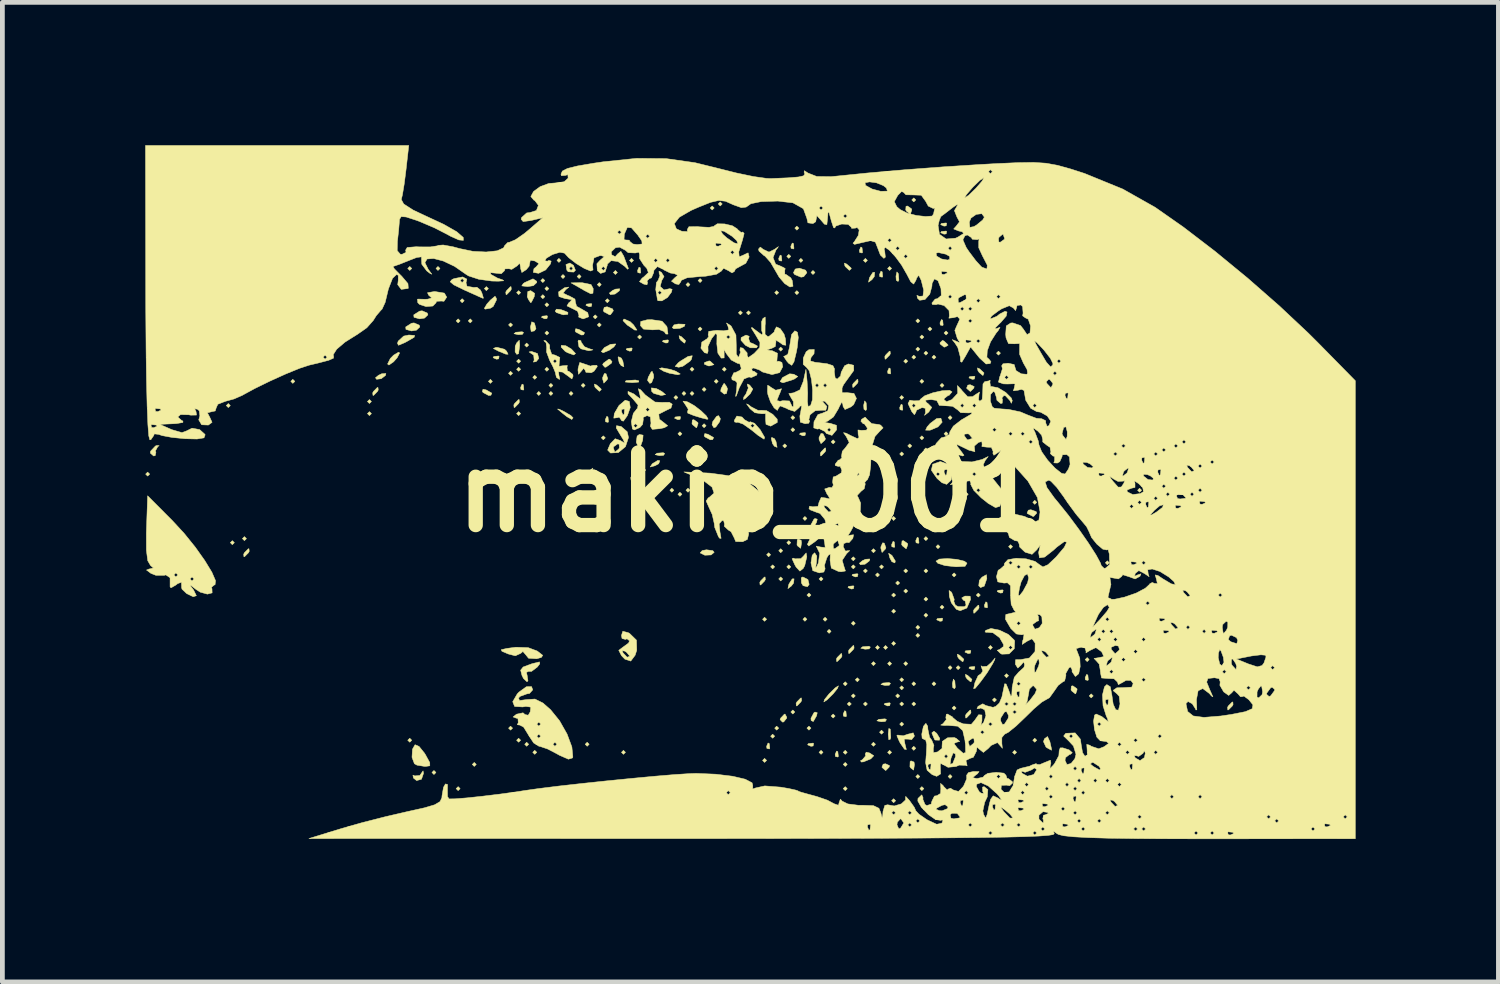
<source format=kicad_pcb>
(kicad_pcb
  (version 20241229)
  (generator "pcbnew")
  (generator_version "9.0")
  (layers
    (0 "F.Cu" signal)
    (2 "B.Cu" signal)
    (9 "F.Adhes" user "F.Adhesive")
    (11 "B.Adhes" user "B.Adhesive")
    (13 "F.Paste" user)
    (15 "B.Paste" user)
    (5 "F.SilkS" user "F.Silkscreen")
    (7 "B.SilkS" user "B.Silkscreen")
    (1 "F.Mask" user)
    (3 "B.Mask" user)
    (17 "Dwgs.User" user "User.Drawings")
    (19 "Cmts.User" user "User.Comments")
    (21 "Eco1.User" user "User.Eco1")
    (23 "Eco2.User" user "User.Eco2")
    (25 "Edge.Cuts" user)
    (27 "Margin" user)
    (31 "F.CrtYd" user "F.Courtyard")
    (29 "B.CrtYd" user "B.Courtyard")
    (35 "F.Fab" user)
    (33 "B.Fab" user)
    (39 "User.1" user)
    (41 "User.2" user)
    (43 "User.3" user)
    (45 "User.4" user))
  (footprint "makio_001"
    (layer "F.Cu")
    (at 12.708 7.286)
    (property "Reference" "makio_001" (at 0 0 0) (layer "F.SilkS") (effects (font (size 1.524 1.524) (thickness 0.3))))
    (attr through_hole)
    (fp_poly (pts (xy -12.615 -0.381) (xy -12.658 -0.339) (xy -12.7 -0.381) (xy -12.658 -0.423) (xy -12.615 -0.381)) (stroke (width 0.01) (type solid)) (fill yes) (layer "F.SilkS"))
    (fp_poly (pts (xy -10.922 -1.82) (xy -10.964 -1.778) (xy -11.007 -1.82) (xy -10.964 -1.863) (xy -10.922 -1.82)) (stroke (width 0.01) (type solid)) (fill yes) (layer "F.SilkS"))
    (fp_poly (pts (xy -10.837 1.058) (xy -10.88 1.101) (xy -10.922 1.058) (xy -10.88 1.016) (xy -10.837 1.058)) (stroke (width 0.01) (type solid)) (fill yes) (layer "F.SilkS"))
    (fp_poly (pts (xy -10.583 0.974) (xy -10.626 1.016) (xy -10.668 0.974) (xy -10.626 0.931) (xy -10.583 0.974)) (stroke (width 0.01) (type solid)) (fill yes) (layer "F.SilkS"))
    (fp_poly (pts (xy -9.567 -2.328) (xy -9.61 -2.286) (xy -9.652 -2.328) (xy -9.61 -2.371) (xy -9.567 -2.328)) (stroke (width 0.01) (type solid)) (fill yes) (layer "F.SilkS"))
    (fp_poly (pts (xy -7.959 -1.905) (xy -8.001 -1.863) (xy -8.043 -1.905) (xy -8.001 -1.947) (xy -7.959 -1.905)) (stroke (width 0.01) (type solid)) (fill yes) (layer "F.SilkS"))
    (fp_poly (pts (xy -7.959 -1.651) (xy -8.001 -1.609) (xy -8.043 -1.651) (xy -8.001 -1.693) (xy -7.959 -1.651)) (stroke (width 0.01) (type solid)) (fill yes) (layer "F.SilkS"))
    (fp_poly (pts (xy -7.112 -4.699) (xy -7.154 -4.657) (xy -7.197 -4.699) (xy -7.154 -4.741) (xy -7.112 -4.699)) (stroke (width 0.01) (type solid)) (fill yes) (layer "F.SilkS"))
    (fp_poly (pts (xy -7.112 5.207) (xy -7.154 5.249) (xy -7.197 5.207) (xy -7.154 5.165) (xy -7.112 5.207)) (stroke (width 0.01) (type solid)) (fill yes) (layer "F.SilkS"))
    (fp_poly (pts (xy -6.604 5.884) (xy -6.646 5.927) (xy -6.689 5.884) (xy -6.646 5.842) (xy -6.604 5.884)) (stroke (width 0.01) (type solid)) (fill yes) (layer "F.SilkS"))
    (fp_poly (pts (xy -6.519 -4.699) (xy -6.562 -4.657) (xy -6.604 -4.699) (xy -6.562 -4.741) (xy -6.519 -4.699)) (stroke (width 0.01) (type solid)) (fill yes) (layer "F.SilkS"))
    (fp_poly (pts (xy -6.096 -3.598) (xy -6.138 -3.556) (xy -6.181 -3.598) (xy -6.138 -3.641) (xy -6.096 -3.598)) (stroke (width 0.01) (type solid)) (fill yes) (layer "F.SilkS"))
    (fp_poly (pts (xy -6.096 6.223) (xy -6.138 6.265) (xy -6.181 6.223) (xy -6.138 6.181) (xy -6.096 6.223)) (stroke (width 0.01) (type solid)) (fill yes) (layer "F.SilkS"))
    (fp_poly (pts (xy -6.011 -4.022) (xy -6.054 -3.979) (xy -6.096 -4.022) (xy -6.054 -4.064) (xy -6.011 -4.022)) (stroke (width 0.01) (type solid)) (fill yes) (layer "F.SilkS"))
    (fp_poly (pts (xy -5.842 -3.598) (xy -5.884 -3.556) (xy -5.927 -3.598) (xy -5.884 -3.641) (xy -5.842 -3.598)) (stroke (width 0.01) (type solid)) (fill yes) (layer "F.SilkS"))
    (fp_poly (pts (xy -5.757 5.715) (xy -5.8 5.757) (xy -5.842 5.715) (xy -5.8 5.673) (xy -5.757 5.715)) (stroke (width 0.01) (type solid)) (fill yes) (layer "F.SilkS"))
    (fp_poly (pts (xy -5.503 -4.276) (xy -5.546 -4.233) (xy -5.588 -4.276) (xy -5.546 -4.318) (xy -5.503 -4.276)) (stroke (width 0.01) (type solid)) (fill yes) (layer "F.SilkS"))
    (fp_poly (pts (xy -5.419 -2.328) (xy -5.461 -2.286) (xy -5.503 -2.328) (xy -5.461 -2.371) (xy -5.419 -2.328)) (stroke (width 0.01) (type solid)) (fill yes) (layer "F.SilkS"))
    (fp_poly (pts (xy -4.995 -3.514) (xy -5.038 -3.471) (xy -5.08 -3.514) (xy -5.038 -3.556) (xy -4.995 -3.514)) (stroke (width 0.01) (type solid)) (fill yes) (layer "F.SilkS"))
    (fp_poly (pts (xy -4.995 -2.498) (xy -5.038 -2.455) (xy -5.08 -2.498) (xy -5.038 -2.54) (xy -4.995 -2.498)) (stroke (width 0.01) (type solid)) (fill yes) (layer "F.SilkS"))
    (fp_poly (pts (xy -4.995 4.953) (xy -5.038 4.995) (xy -5.08 4.953) (xy -5.038 4.911) (xy -4.995 4.953)) (stroke (width 0.01) (type solid)) (fill yes) (layer "F.SilkS"))
    (fp_poly (pts (xy -4.826 -4.191) (xy -4.868 -4.149) (xy -4.911 -4.191) (xy -4.868 -4.233) (xy -4.826 -4.191)) (stroke (width 0.01) (type solid)) (fill yes) (layer "F.SilkS"))
    (fp_poly (pts (xy -4.826 -2.752) (xy -4.868 -2.709) (xy -4.911 -2.752) (xy -4.868 -2.794) (xy -4.826 -2.752)) (stroke (width 0.01) (type solid)) (fill yes) (layer "F.SilkS"))
    (fp_poly (pts (xy -4.826 -2.582) (xy -4.868 -2.54) (xy -4.911 -2.582) (xy -4.868 -2.625) (xy -4.826 -2.582)) (stroke (width 0.01) (type solid)) (fill yes) (layer "F.SilkS"))
    (fp_poly (pts (xy -4.826 -1.651) (xy -4.868 -1.609) (xy -4.911 -1.651) (xy -4.868 -1.693) (xy -4.826 -1.651)) (stroke (width 0.01) (type solid)) (fill yes) (layer "F.SilkS"))
    (fp_poly (pts (xy -4.826 5.207) (xy -4.868 5.249) (xy -4.911 5.207) (xy -4.868 5.165) (xy -4.826 5.207)) (stroke (width 0.01) (type solid)) (fill yes) (layer "F.SilkS"))
    (fp_poly (pts (xy -4.657 -3.09) (xy -4.699 -3.048) (xy -4.741 -3.09) (xy -4.699 -3.133) (xy -4.657 -3.09)) (stroke (width 0.01) (type solid)) (fill yes) (layer "F.SilkS"))
    (fp_poly (pts (xy -4.657 5.292) (xy -4.699 5.334) (xy -4.741 5.292) (xy -4.699 5.249) (xy -4.657 5.292)) (stroke (width 0.01) (type solid)) (fill yes) (layer "F.SilkS"))
    (fp_poly (pts (xy -4.487 -2.413) (xy -4.53 -2.371) (xy -4.572 -2.413) (xy -4.53 -2.455) (xy -4.487 -2.413)) (stroke (width 0.01) (type solid)) (fill yes) (layer "F.SilkS"))
    (fp_poly (pts (xy -4.487 5.461) (xy -4.53 5.503) (xy -4.572 5.461) (xy -4.53 5.419) (xy -4.487 5.461)) (stroke (width 0.01) (type solid)) (fill yes) (layer "F.SilkS"))
    (fp_poly (pts (xy -4.403 -2.074) (xy -4.445 -2.032) (xy -4.487 -2.074) (xy -4.445 -2.117) (xy -4.403 -2.074)) (stroke (width 0.01) (type solid)) (fill yes) (layer "F.SilkS"))
    (fp_poly (pts (xy -4.318 -4.445) (xy -4.36 -4.403) (xy -4.403 -4.445) (xy -4.36 -4.487) (xy -4.318 -4.445)) (stroke (width 0.01) (type solid)) (fill yes) (layer "F.SilkS"))
    (fp_poly (pts (xy -4.318 -4.106) (xy -4.36 -4.064) (xy -4.403 -4.106) (xy -4.36 -4.149) (xy -4.318 -4.106)) (stroke (width 0.01) (type solid)) (fill yes) (layer "F.SilkS"))
    (fp_poly (pts (xy -4.233 -4.276) (xy -4.276 -4.233) (xy -4.318 -4.276) (xy -4.276 -4.318) (xy -4.233 -4.276)) (stroke (width 0.01) (type solid)) (fill yes) (layer "F.SilkS"))
    (fp_poly (pts (xy -4.233 -3.937) (xy -4.276 -3.895) (xy -4.318 -3.937) (xy -4.276 -3.979) (xy -4.233 -3.937)) (stroke (width 0.01) (type solid)) (fill yes) (layer "F.SilkS"))
    (fp_poly (pts (xy -4.233 -3.344) (xy -4.276 -3.302) (xy -4.318 -3.344) (xy -4.276 -3.387) (xy -4.233 -3.344)) (stroke (width 0.01) (type solid)) (fill yes) (layer "F.SilkS"))
    (fp_poly (pts (xy -4.233 -2.582) (xy -4.276 -2.54) (xy -4.318 -2.582) (xy -4.276 -2.625) (xy -4.233 -2.582)) (stroke (width 0.01) (type solid)) (fill yes) (layer "F.SilkS"))
    (fp_poly (pts (xy -4.149 -2.244) (xy -4.191 -2.201) (xy -4.233 -2.244) (xy -4.191 -2.286) (xy -4.149 -2.244)) (stroke (width 0.01) (type solid)) (fill yes) (layer "F.SilkS"))
    (fp_poly (pts (xy -4.149 -2.074) (xy -4.191 -2.032) (xy -4.233 -2.074) (xy -4.191 -2.117) (xy -4.149 -2.074)) (stroke (width 0.01) (type solid)) (fill yes) (layer "F.SilkS"))
    (fp_poly (pts (xy -3.979 -4.868) (xy -4.022 -4.826) (xy -4.064 -4.868) (xy -4.022 -4.911) (xy -3.979 -4.868)) (stroke (width 0.01) (type solid)) (fill yes) (layer "F.SilkS"))
    (fp_poly (pts (xy -3.895 -4.53) (xy -3.937 -4.487) (xy -3.979 -4.53) (xy -3.937 -4.572) (xy -3.895 -4.53)) (stroke (width 0.01) (type solid)) (fill yes) (layer "F.SilkS"))
    (fp_poly (pts (xy -3.725 -2.074) (xy -3.768 -2.032) (xy -3.81 -2.074) (xy -3.768 -2.117) (xy -3.725 -2.074)) (stroke (width 0.01) (type solid)) (fill yes) (layer "F.SilkS"))
    (fp_poly (pts (xy -3.556 -4.53) (xy -3.598 -4.487) (xy -3.641 -4.53) (xy -3.598 -4.572) (xy -3.556 -4.53)) (stroke (width 0.01) (type solid)) (fill yes) (layer "F.SilkS"))
    (fp_poly (pts (xy -3.471 -2.244) (xy -3.514 -2.201) (xy -3.556 -2.244) (xy -3.514 -2.286) (xy -3.471 -2.244)) (stroke (width 0.01) (type solid)) (fill yes) (layer "F.SilkS"))
    (fp_poly (pts (xy -3.387 5.292) (xy -3.429 5.334) (xy -3.471 5.292) (xy -3.429 5.249) (xy -3.387 5.292)) (stroke (width 0.01) (type solid)) (fill yes) (layer "F.SilkS"))
    (fp_poly (pts (xy -3.217 -3.683) (xy -3.26 -3.641) (xy -3.302 -3.683) (xy -3.26 -3.725) (xy -3.217 -3.683)) (stroke (width 0.01) (type solid)) (fill yes) (layer "F.SilkS"))
    (fp_poly (pts (xy -3.133 -4.36) (xy -3.175 -4.318) (xy -3.217 -4.36) (xy -3.175 -4.403) (xy -3.133 -4.36)) (stroke (width 0.01) (type solid)) (fill yes) (layer "F.SilkS"))
    (fp_poly (pts (xy -3.133 -3.514) (xy -3.175 -3.471) (xy -3.217 -3.514) (xy -3.175 -3.556) (xy -3.133 -3.514)) (stroke (width 0.01) (type solid)) (fill yes) (layer "F.SilkS"))
    (fp_poly (pts (xy -3.048 -1.143) (xy -3.09 -1.101) (xy -3.133 -1.143) (xy -3.09 -1.185) (xy -3.048 -1.143)) (stroke (width 0.01) (type solid)) (fill yes) (layer "F.SilkS"))
    (fp_poly (pts (xy -2.963 -4.022) (xy -3.006 -3.979) (xy -3.048 -4.022) (xy -3.006 -4.064) (xy -2.963 -4.022)) (stroke (width 0.01) (type solid)) (fill yes) (layer "F.SilkS"))
    (fp_poly (pts (xy -2.794 -4.614) (xy -2.836 -4.572) (xy -2.879 -4.614) (xy -2.836 -4.657) (xy -2.794 -4.614)) (stroke (width 0.01) (type solid)) (fill yes) (layer "F.SilkS"))
    (fp_poly (pts (xy -2.625 5.461) (xy -2.667 5.503) (xy -2.709 5.461) (xy -2.667 5.419) (xy -2.625 5.461)) (stroke (width 0.01) (type solid)) (fill yes) (layer "F.SilkS"))
    (fp_poly (pts (xy -2.455 -4.868) (xy -2.498 -4.826) (xy -2.54 -4.868) (xy -2.498 -4.911) (xy -2.455 -4.868)) (stroke (width 0.01) (type solid)) (fill yes) (layer "F.SilkS"))
    (fp_poly (pts (xy -2.286 -3.26) (xy -2.328 -3.217) (xy -2.371 -3.26) (xy -2.328 -3.302) (xy -2.286 -3.26)) (stroke (width 0.01) (type solid)) (fill yes) (layer "F.SilkS"))
    (fp_poly (pts (xy -2.201 -0.466) (xy -2.244 -0.423) (xy -2.286 -0.466) (xy -2.244 -0.508) (xy -2.201 -0.466)) (stroke (width 0.01) (type solid)) (fill yes) (layer "F.SilkS"))
    (fp_poly (pts (xy -1.609 -0.042) (xy -1.651 0) (xy -1.693 -0.042) (xy -1.651 -0.085) (xy -1.609 -0.042)) (stroke (width 0.01) (type solid)) (fill yes) (layer "F.SilkS"))
    (fp_poly (pts (xy -1.524 -1.99) (xy -1.566 -1.947) (xy -1.609 -1.99) (xy -1.566 -2.032) (xy -1.524 -1.99)) (stroke (width 0.01) (type solid)) (fill yes) (layer "F.SilkS"))
    (fp_poly (pts (xy -1.439 -1.228) (xy -1.482 -1.185) (xy -1.524 -1.228) (xy -1.482 -1.27) (xy -1.439 -1.228)) (stroke (width 0.01) (type solid)) (fill yes) (layer "F.SilkS"))
    (fp_poly (pts (xy -1.439 0.042) (xy -1.482 0.085) (xy -1.524 0.042) (xy -1.482 0) (xy -1.439 0.042)) (stroke (width 0.01) (type solid)) (fill yes) (layer "F.SilkS"))
    (fp_poly (pts (xy -1.355 -2.074) (xy -1.397 -2.032) (xy -1.439 -2.074) (xy -1.397 -2.117) (xy -1.355 -2.074)) (stroke (width 0.01) (type solid)) (fill yes) (layer "F.SilkS"))
    (fp_poly (pts (xy -1.27 -4.36) (xy -1.312 -4.318) (xy -1.355 -4.36) (xy -1.312 -4.403) (xy -1.27 -4.36)) (stroke (width 0.01) (type solid)) (fill yes) (layer "F.SilkS"))
    (fp_poly (pts (xy -1.27 -0.042) (xy -1.312 0) (xy -1.355 -0.042) (xy -1.312 -0.085) (xy -1.27 -0.042)) (stroke (width 0.01) (type solid)) (fill yes) (layer "F.SilkS"))
    (fp_poly (pts (xy -1.185 -2.582) (xy -1.228 -2.54) (xy -1.27 -2.582) (xy -1.228 -2.625) (xy -1.185 -2.582)) (stroke (width 0.01) (type solid)) (fill yes) (layer "F.SilkS"))
    (fp_poly (pts (xy -1.185 -2.074) (xy -1.228 -2.032) (xy -1.27 -2.074) (xy -1.228 -2.117) (xy -1.185 -2.074)) (stroke (width 0.01) (type solid)) (fill yes) (layer "F.SilkS"))
    (fp_poly (pts (xy -1.016 -4.445) (xy -1.058 -4.403) (xy -1.101 -4.445) (xy -1.058 -4.487) (xy -1.016 -4.445)) (stroke (width 0.01) (type solid)) (fill yes) (layer "F.SilkS"))
    (fp_poly (pts (xy -1.016 -3.429) (xy -1.058 -3.387) (xy -1.101 -3.429) (xy -1.058 -3.471) (xy -1.016 -3.429)) (stroke (width 0.01) (type solid)) (fill yes) (layer "F.SilkS"))
    (fp_poly (pts (xy -0.931 -2.159) (xy -0.974 -2.117) (xy -1.016 -2.159) (xy -0.974 -2.201) (xy -0.931 -2.159)) (stroke (width 0.01) (type solid)) (fill yes) (layer "F.SilkS"))
    (fp_poly (pts (xy -0.931 -1.397) (xy -0.974 -1.355) (xy -1.016 -1.397) (xy -0.974 -1.439) (xy -0.931 -1.397)) (stroke (width 0.01) (type solid)) (fill yes) (layer "F.SilkS"))
    (fp_poly (pts (xy -0.762 -5.969) (xy -0.804 -5.927) (xy -0.847 -5.969) (xy -0.804 -6.011) (xy -0.762 -5.969)) (stroke (width 0.01) (type solid)) (fill yes) (layer "F.SilkS"))
    (fp_poly (pts (xy -0.677 -2.328) (xy -0.72 -2.286) (xy -0.762 -2.328) (xy -0.72 -2.371) (xy -0.677 -2.328)) (stroke (width 0.01) (type solid)) (fill yes) (layer "F.SilkS"))
    (fp_poly (pts (xy -0.593 -6.054) (xy -0.635 -6.011) (xy -0.677 -6.054) (xy -0.635 -6.096) (xy -0.593 -6.054)) (stroke (width 0.01) (type solid)) (fill yes) (layer "F.SilkS"))
    (fp_poly (pts (xy -0.508 -2.582) (xy -0.55 -2.54) (xy -0.593 -2.582) (xy -0.55 -2.625) (xy -0.508 -2.582)) (stroke (width 0.01) (type solid)) (fill yes) (layer "F.SilkS"))
    (fp_poly (pts (xy -0.169 -3.768) (xy -0.212 -3.725) (xy -0.254 -3.768) (xy -0.212 -3.81) (xy -0.169 -3.768)) (stroke (width 0.01) (type solid)) (fill yes) (layer "F.SilkS"))
    (fp_poly (pts (xy 0 -3.768) (xy -0.042 -3.725) (xy -0.085 -3.768) (xy -0.042 -3.81) (xy 0 -3.768)) (stroke (width 0.01) (type solid)) (fill yes) (layer "F.SilkS"))
    (fp_poly (pts (xy 0.339 2.667) (xy 0.296 2.709) (xy 0.254 2.667) (xy 0.296 2.625) (xy 0.339 2.667)) (stroke (width 0.01) (type solid)) (fill yes) (layer "F.SilkS"))
    (fp_poly (pts (xy 0.339 5.63) (xy 0.296 5.673) (xy 0.254 5.63) (xy 0.296 5.588) (xy 0.339 5.63)) (stroke (width 0.01) (type solid)) (fill yes) (layer "F.SilkS"))
    (fp_poly (pts (xy 0.423 1.312) (xy 0.381 1.355) (xy 0.339 1.312) (xy 0.381 1.27) (xy 0.423 1.312)) (stroke (width 0.01) (type solid)) (fill yes) (layer "F.SilkS"))
    (fp_poly (pts (xy 0.508 1.566) (xy 0.466 1.609) (xy 0.423 1.566) (xy 0.466 1.524) (xy 0.508 1.566)) (stroke (width 0.01) (type solid)) (fill yes) (layer "F.SilkS"))
    (fp_poly (pts (xy 0.508 5.122) (xy 0.466 5.165) (xy 0.423 5.122) (xy 0.466 5.08) (xy 0.508 5.122)) (stroke (width 0.01) (type solid)) (fill yes) (layer "F.SilkS"))
    (fp_poly (pts (xy 0.593 -4.191) (xy 0.55 -4.149) (xy 0.508 -4.191) (xy 0.55 -4.233) (xy 0.593 -4.191)) (stroke (width 0.01) (type solid)) (fill yes) (layer "F.SilkS"))
    (fp_poly (pts (xy 0.593 4.953) (xy 0.55 4.995) (xy 0.508 4.953) (xy 0.55 4.911) (xy 0.593 4.953)) (stroke (width 0.01) (type solid)) (fill yes) (layer "F.SilkS"))
    (fp_poly (pts (xy 0.677 -3.006) (xy 0.635 -2.963) (xy 0.593 -3.006) (xy 0.635 -3.048) (xy 0.677 -3.006)) (stroke (width 0.01) (type solid)) (fill yes) (layer "F.SilkS"))
    (fp_poly (pts (xy 0.677 1.228) (xy 0.635 1.27) (xy 0.593 1.228) (xy 0.635 1.185) (xy 0.677 1.228)) (stroke (width 0.01) (type solid)) (fill yes) (layer "F.SilkS"))
    (fp_poly (pts (xy 0.677 1.82) (xy 0.635 1.863) (xy 0.593 1.82) (xy 0.635 1.778) (xy 0.677 1.82)) (stroke (width 0.01) (type solid)) (fill yes) (layer "F.SilkS"))
    (fp_poly (pts (xy 0.762 -0.974) (xy 0.72 -0.931) (xy 0.677 -0.974) (xy 0.72 -1.016) (xy 0.762 -0.974)) (stroke (width 0.01) (type solid)) (fill yes) (layer "F.SilkS"))
    (fp_poly (pts (xy 0.847 -4.953) (xy 0.804 -4.911) (xy 0.762 -4.953) (xy 0.804 -4.995) (xy 0.847 -4.953)) (stroke (width 0.01) (type solid)) (fill yes) (layer "F.SilkS"))
    (fp_poly (pts (xy 0.847 0.804) (xy 0.804 0.847) (xy 0.762 0.804) (xy 0.804 0.762) (xy 0.847 0.804)) (stroke (width 0.01) (type solid)) (fill yes) (layer "F.SilkS"))
    (fp_poly (pts (xy 0.847 1.058) (xy 0.804 1.101) (xy 0.762 1.058) (xy 0.804 1.016) (xy 0.847 1.058)) (stroke (width 0.01) (type solid)) (fill yes) (layer "F.SilkS"))
    (fp_poly (pts (xy 0.847 1.566) (xy 0.804 1.609) (xy 0.762 1.566) (xy 0.804 1.524) (xy 0.847 1.566)) (stroke (width 0.01) (type solid)) (fill yes) (layer "F.SilkS"))
    (fp_poly (pts (xy 0.931 -1.566) (xy 0.889 -1.524) (xy 0.847 -1.566) (xy 0.889 -1.609) (xy 0.931 -1.566)) (stroke (width 0.01) (type solid)) (fill yes) (layer "F.SilkS"))
    (fp_poly (pts (xy 0.931 -1.312) (xy 0.889 -1.27) (xy 0.847 -1.312) (xy 0.889 -1.355) (xy 0.931 -1.312)) (stroke (width 0.01) (type solid)) (fill yes) (layer "F.SilkS"))
    (fp_poly (pts (xy 0.931 4.614) (xy 0.889 4.657) (xy 0.847 4.614) (xy 0.889 4.572) (xy 0.931 4.614)) (stroke (width 0.01) (type solid)) (fill yes) (layer "F.SilkS"))
    (fp_poly (pts (xy 1.016 -5.546) (xy 0.974 -5.503) (xy 0.931 -5.546) (xy 0.974 -5.588) (xy 1.016 -5.546)) (stroke (width 0.01) (type solid)) (fill yes) (layer "F.SilkS"))
    (fp_poly (pts (xy 1.016 -4.191) (xy 0.974 -4.149) (xy 0.931 -4.191) (xy 0.974 -4.233) (xy 1.016 -4.191)) (stroke (width 0.01) (type solid)) (fill yes) (layer "F.SilkS"))
    (fp_poly (pts (xy 1.101 -4.868) (xy 1.058 -4.826) (xy 1.016 -4.868) (xy 1.058 -4.911) (xy 1.101 -4.868)) (stroke (width 0.01) (type solid)) (fill yes) (layer "F.SilkS"))
    (fp_poly (pts (xy 1.185 0.55) (xy 1.143 0.593) (xy 1.101 0.55) (xy 1.143 0.508) (xy 1.185 0.55)) (stroke (width 0.01) (type solid)) (fill yes) (layer "F.SilkS"))
    (fp_poly (pts (xy 1.185 2.667) (xy 1.143 2.709) (xy 1.101 2.667) (xy 1.143 2.625) (xy 1.185 2.667)) (stroke (width 0.01) (type solid)) (fill yes) (layer "F.SilkS"))
    (fp_poly (pts (xy 1.27 2.159) (xy 1.228 2.201) (xy 1.185 2.159) (xy 1.228 2.117) (xy 1.27 2.159)) (stroke (width 0.01) (type solid)) (fill yes) (layer "F.SilkS"))
    (fp_poly (pts (xy 1.27 4.953) (xy 1.228 4.995) (xy 1.185 4.953) (xy 1.228 4.911) (xy 1.27 4.953)) (stroke (width 0.01) (type solid)) (fill yes) (layer "F.SilkS"))
    (fp_poly (pts (xy 1.355 -4.614) (xy 1.312 -4.572) (xy 1.27 -4.614) (xy 1.312 -4.657) (xy 1.355 -4.614)) (stroke (width 0.01) (type solid)) (fill yes) (layer "F.SilkS"))
    (fp_poly (pts (xy 1.524 1.82) (xy 1.482 1.863) (xy 1.439 1.82) (xy 1.482 1.778) (xy 1.524 1.82)) (stroke (width 0.01) (type solid)) (fill yes) (layer "F.SilkS"))
    (fp_poly (pts (xy 1.524 5.461) (xy 1.482 5.503) (xy 1.439 5.461) (xy 1.482 5.419) (xy 1.524 5.461)) (stroke (width 0.01) (type solid)) (fill yes) (layer "F.SilkS"))
    (fp_poly (pts (xy 1.609 2.667) (xy 1.566 2.709) (xy 1.524 2.667) (xy 1.566 2.625) (xy 1.609 2.667)) (stroke (width 0.01) (type solid)) (fill yes) (layer "F.SilkS"))
    (fp_poly (pts (xy 1.693 2.921) (xy 1.651 2.963) (xy 1.609 2.921) (xy 1.651 2.879) (xy 1.693 2.921)) (stroke (width 0.01) (type solid)) (fill yes) (layer "F.SilkS"))
    (fp_poly (pts (xy 1.778 -1.058) (xy 1.736 -1.016) (xy 1.693 -1.058) (xy 1.736 -1.101) (xy 1.778 -1.058)) (stroke (width 0.01) (type solid)) (fill yes) (layer "F.SilkS"))
    (fp_poly (pts (xy 1.778 4.699) (xy 1.736 4.741) (xy 1.693 4.699) (xy 1.736 4.657) (xy 1.778 4.699)) (stroke (width 0.01) (type solid)) (fill yes) (layer "F.SilkS"))
    (fp_poly (pts (xy 2.032 4.022) (xy 1.99 4.064) (xy 1.947 4.022) (xy 1.99 3.979) (xy 2.032 4.022)) (stroke (width 0.01) (type solid)) (fill yes) (layer "F.SilkS"))
    (fp_poly (pts (xy 2.032 5.461) (xy 1.99 5.503) (xy 1.947 5.461) (xy 1.99 5.419) (xy 2.032 5.461)) (stroke (width 0.01) (type solid)) (fill yes) (layer "F.SilkS"))
    (fp_poly (pts (xy 2.032 5.715) (xy 1.99 5.757) (xy 1.947 5.715) (xy 1.99 5.673) (xy 2.032 5.715)) (stroke (width 0.01) (type solid)) (fill yes) (layer "F.SilkS"))
    (fp_poly (pts (xy 2.032 6.223) (xy 1.99 6.265) (xy 1.947 6.223) (xy 1.99 6.181) (xy 2.032 6.223)) (stroke (width 0.01) (type solid)) (fill yes) (layer "F.SilkS"))
    (fp_poly (pts (xy 2.117 4.445) (xy 2.074 4.487) (xy 2.032 4.445) (xy 2.074 4.403) (xy 2.117 4.445)) (stroke (width 0.01) (type solid)) (fill yes) (layer "F.SilkS"))
    (fp_poly (pts (xy 2.201 1.397) (xy 2.159 1.439) (xy 2.117 1.397) (xy 2.159 1.355) (xy 2.201 1.397)) (stroke (width 0.01) (type solid)) (fill yes) (layer "F.SilkS"))
    (fp_poly (pts (xy 2.201 1.566) (xy 2.159 1.609) (xy 2.117 1.566) (xy 2.159 1.524) (xy 2.201 1.566)) (stroke (width 0.01) (type solid)) (fill yes) (layer "F.SilkS"))
    (fp_poly (pts (xy 2.201 2.752) (xy 2.159 2.794) (xy 2.117 2.752) (xy 2.159 2.709) (xy 2.201 2.752)) (stroke (width 0.01) (type solid)) (fill yes) (layer "F.SilkS"))
    (fp_poly (pts (xy 2.201 4.276) (xy 2.159 4.318) (xy 2.117 4.276) (xy 2.159 4.233) (xy 2.201 4.276)) (stroke (width 0.01) (type solid)) (fill yes) (layer "F.SilkS"))
    (fp_poly (pts (xy 2.286 3.937) (xy 2.244 3.979) (xy 2.201 3.937) (xy 2.244 3.895) (xy 2.286 3.937)) (stroke (width 0.01) (type solid)) (fill yes) (layer "F.SilkS"))
    (fp_poly (pts (xy 2.455 -4.868) (xy 2.413 -4.826) (xy 2.371 -4.868) (xy 2.413 -4.911) (xy 2.455 -4.868)) (stroke (width 0.01) (type solid)) (fill yes) (layer "F.SilkS"))
    (fp_poly (pts (xy 2.455 1.651) (xy 2.413 1.693) (xy 2.371 1.651) (xy 2.413 1.609) (xy 2.455 1.651)) (stroke (width 0.01) (type solid)) (fill yes) (layer "F.SilkS"))
    (fp_poly (pts (xy 2.455 4.445) (xy 2.413 4.487) (xy 2.371 4.445) (xy 2.413 4.403) (xy 2.455 4.445)) (stroke (width 0.01) (type solid)) (fill yes) (layer "F.SilkS"))
    (fp_poly (pts (xy 2.625 1.228) (xy 2.582 1.27) (xy 2.54 1.228) (xy 2.582 1.185) (xy 2.625 1.228)) (stroke (width 0.01) (type solid)) (fill yes) (layer "F.SilkS"))
    (fp_poly (pts (xy 2.625 3.598) (xy 2.582 3.641) (xy 2.54 3.598) (xy 2.582 3.556) (xy 2.625 3.598)) (stroke (width 0.01) (type solid)) (fill yes) (layer "F.SilkS"))
    (fp_poly (pts (xy 2.625 5.292) (xy 2.582 5.334) (xy 2.54 5.292) (xy 2.582 5.249) (xy 2.625 5.292)) (stroke (width 0.01) (type solid)) (fill yes) (layer "F.SilkS"))
    (fp_poly (pts (xy 2.709 1.736) (xy 2.667 1.778) (xy 2.625 1.736) (xy 2.667 1.693) (xy 2.709 1.736)) (stroke (width 0.01) (type solid)) (fill yes) (layer "F.SilkS"))
    (fp_poly (pts (xy 2.709 3.26) (xy 2.667 3.302) (xy 2.625 3.26) (xy 2.667 3.217) (xy 2.709 3.26)) (stroke (width 0.01) (type solid)) (fill yes) (layer "F.SilkS"))
    (fp_poly (pts (xy 2.794 1.566) (xy 2.752 1.609) (xy 2.709 1.566) (xy 2.752 1.524) (xy 2.794 1.566)) (stroke (width 0.01) (type solid)) (fill yes) (layer "F.SilkS"))
    (fp_poly (pts (xy 2.794 5.038) (xy 2.752 5.08) (xy 2.709 5.038) (xy 2.752 4.995) (xy 2.794 5.038)) (stroke (width 0.01) (type solid)) (fill yes) (layer "F.SilkS"))
    (fp_poly (pts (xy 2.879 3.26) (xy 2.836 3.302) (xy 2.794 3.26) (xy 2.836 3.217) (xy 2.879 3.26)) (stroke (width 0.01) (type solid)) (fill yes) (layer "F.SilkS"))
    (fp_poly (pts (xy 2.963 -4.699) (xy 2.921 -4.657) (xy 2.879 -4.699) (xy 2.921 -4.741) (xy 2.963 -4.699)) (stroke (width 0.01) (type solid)) (fill yes) (layer "F.SilkS"))
    (fp_poly (pts (xy 2.963 3.598) (xy 2.921 3.641) (xy 2.879 3.598) (xy 2.921 3.556) (xy 2.963 3.598)) (stroke (width 0.01) (type solid)) (fill yes) (layer "F.SilkS"))
    (fp_poly (pts (xy 2.963 5.461) (xy 2.921 5.503) (xy 2.879 5.461) (xy 2.921 5.419) (xy 2.963 5.461)) (stroke (width 0.01) (type solid)) (fill yes) (layer "F.SilkS"))
    (fp_poly (pts (xy 3.048 0.55) (xy 3.006 0.593) (xy 2.963 0.55) (xy 3.006 0.508) (xy 3.048 0.55)) (stroke (width 0.01) (type solid)) (fill yes) (layer "F.SilkS"))
    (fp_poly (pts (xy 3.048 2.159) (xy 3.006 2.201) (xy 2.963 2.159) (xy 3.006 2.117) (xy 3.048 2.159)) (stroke (width 0.01) (type solid)) (fill yes) (layer "F.SilkS"))
    (fp_poly (pts (xy 3.048 2.498) (xy 3.006 2.54) (xy 2.963 2.498) (xy 3.006 2.455) (xy 3.048 2.498)) (stroke (width 0.01) (type solid)) (fill yes) (layer "F.SilkS"))
    (fp_poly (pts (xy 3.048 3.175) (xy 3.006 3.217) (xy 2.963 3.175) (xy 3.006 3.133) (xy 3.048 3.175)) (stroke (width 0.01) (type solid)) (fill yes) (layer "F.SilkS"))
    (fp_poly (pts (xy 3.048 6.477) (xy 3.006 6.519) (xy 2.963 6.477) (xy 3.006 6.435) (xy 3.048 6.477)) (stroke (width 0.01) (type solid)) (fill yes) (layer "F.SilkS"))
    (fp_poly (pts (xy 3.133 1.905) (xy 3.09 1.947) (xy 3.048 1.905) (xy 3.09 1.863) (xy 3.133 1.905)) (stroke (width 0.01) (type solid)) (fill yes) (layer "F.SilkS"))
    (fp_poly (pts (xy 3.133 4.276) (xy 3.09 4.318) (xy 3.048 4.276) (xy 3.09 4.233) (xy 3.133 4.276)) (stroke (width 0.01) (type solid)) (fill yes) (layer "F.SilkS"))
    (fp_poly (pts (xy 3.217 -1.99) (xy 3.175 -1.947) (xy 3.133 -1.99) (xy 3.175 -2.032) (xy 3.217 -1.99)) (stroke (width 0.01) (type solid)) (fill yes) (layer "F.SilkS"))
    (fp_poly (pts (xy 3.217 -0.804) (xy 3.175 -0.762) (xy 3.133 -0.804) (xy 3.175 -0.847) (xy 3.217 -0.804)) (stroke (width 0.01) (type solid)) (fill yes) (layer "F.SilkS"))
    (fp_poly (pts (xy 3.217 3.937) (xy 3.175 3.979) (xy 3.133 3.937) (xy 3.175 3.895) (xy 3.217 3.937)) (stroke (width 0.01) (type solid)) (fill yes) (layer "F.SilkS"))
    (fp_poly (pts (xy 3.217 4.106) (xy 3.175 4.149) (xy 3.133 4.106) (xy 3.175 4.064) (xy 3.217 4.106)) (stroke (width 0.01) (type solid)) (fill yes) (layer "F.SilkS"))
    (fp_poly (pts (xy 3.217 4.445) (xy 3.175 4.487) (xy 3.133 4.445) (xy 3.175 4.403) (xy 3.217 4.445)) (stroke (width 0.01) (type solid)) (fill yes) (layer "F.SilkS"))
    (fp_poly (pts (xy 3.217 4.868) (xy 3.175 4.911) (xy 3.133 4.868) (xy 3.175 4.826) (xy 3.217 4.868)) (stroke (width 0.01) (type solid)) (fill yes) (layer "F.SilkS"))
    (fp_poly (pts (xy 3.302 -2.752) (xy 3.26 -2.709) (xy 3.217 -2.752) (xy 3.26 -2.794) (xy 3.302 -2.752)) (stroke (width 0.01) (type solid)) (fill yes) (layer "F.SilkS"))
    (fp_poly (pts (xy 3.302 1.651) (xy 3.26 1.693) (xy 3.217 1.651) (xy 3.26 1.609) (xy 3.302 1.651)) (stroke (width 0.01) (type solid)) (fill yes) (layer "F.SilkS"))
    (fp_poly (pts (xy 3.302 2.074) (xy 3.26 2.117) (xy 3.217 2.074) (xy 3.26 2.032) (xy 3.302 2.074)) (stroke (width 0.01) (type solid)) (fill yes) (layer "F.SilkS"))
    (fp_poly (pts (xy 3.302 3.598) (xy 3.26 3.641) (xy 3.217 3.598) (xy 3.26 3.556) (xy 3.302 3.598)) (stroke (width 0.01) (type solid)) (fill yes) (layer "F.SilkS"))
    (fp_poly (pts (xy 3.387 -0.974) (xy 3.344 -0.931) (xy 3.302 -0.974) (xy 3.344 -1.016) (xy 3.387 -0.974)) (stroke (width 0.01) (type solid)) (fill yes) (layer "F.SilkS"))
    (fp_poly (pts (xy 3.471 -6.138) (xy 3.429 -6.096) (xy 3.387 -6.138) (xy 3.429 -6.181) (xy 3.471 -6.138)) (stroke (width 0.01) (type solid)) (fill yes) (layer "F.SilkS"))
    (fp_poly (pts (xy 3.471 -2.836) (xy 3.429 -2.794) (xy 3.387 -2.836) (xy 3.429 -2.879) (xy 3.471 -2.836)) (stroke (width 0.01) (type solid)) (fill yes) (layer "F.SilkS"))
    (fp_poly (pts (xy 3.471 4.022) (xy 3.429 4.064) (xy 3.387 4.022) (xy 3.429 3.979) (xy 3.471 4.022)) (stroke (width 0.01) (type solid)) (fill yes) (layer "F.SilkS"))
    (fp_poly (pts (xy 3.471 4.445) (xy 3.429 4.487) (xy 3.387 4.445) (xy 3.429 4.403) (xy 3.471 4.445)) (stroke (width 0.01) (type solid)) (fill yes) (layer "F.SilkS"))
    (fp_poly (pts (xy 3.471 5.376) (xy 3.429 5.419) (xy 3.387 5.376) (xy 3.429 5.334) (xy 3.471 5.376)) (stroke (width 0.01) (type solid)) (fill yes) (layer "F.SilkS"))
    (fp_poly (pts (xy 3.556 -3.598) (xy 3.514 -3.556) (xy 3.471 -3.598) (xy 3.514 -3.641) (xy 3.556 -3.598)) (stroke (width 0.01) (type solid)) (fill yes) (layer "F.SilkS"))
    (fp_poly (pts (xy 3.556 -3.006) (xy 3.514 -2.963) (xy 3.471 -3.006) (xy 3.514 -3.048) (xy 3.556 -3.006)) (stroke (width 0.01) (type solid)) (fill yes) (layer "F.SilkS"))
    (fp_poly (pts (xy 3.556 2.836) (xy 3.514 2.879) (xy 3.471 2.836) (xy 3.514 2.794) (xy 3.556 2.836)) (stroke (width 0.01) (type solid)) (fill yes) (layer "F.SilkS"))
    (fp_poly (pts (xy 3.556 3.006) (xy 3.514 3.048) (xy 3.471 3.006) (xy 3.514 2.963) (xy 3.556 3.006)) (stroke (width 0.01) (type solid)) (fill yes) (layer "F.SilkS"))
    (fp_poly (pts (xy 3.556 5.969) (xy 3.514 6.011) (xy 3.471 5.969) (xy 3.514 5.927) (xy 3.556 5.969)) (stroke (width 0.01) (type solid)) (fill yes) (layer "F.SilkS"))
    (fp_poly (pts (xy 3.641 -3.26) (xy 3.598 -3.217) (xy 3.556 -3.26) (xy 3.598 -3.302) (xy 3.641 -3.26)) (stroke (width 0.01) (type solid)) (fill yes) (layer "F.SilkS"))
    (fp_poly (pts (xy 3.641 -2.328) (xy 3.598 -2.286) (xy 3.556 -2.328) (xy 3.598 -2.371) (xy 3.641 -2.328)) (stroke (width 0.01) (type solid)) (fill yes) (layer "F.SilkS"))
    (fp_poly (pts (xy 3.641 -1.143) (xy 3.598 -1.101) (xy 3.556 -1.143) (xy 3.598 -1.185) (xy 3.641 -1.143)) (stroke (width 0.01) (type solid)) (fill yes) (layer "F.SilkS"))
    (fp_poly (pts (xy 3.641 6.223) (xy 3.598 6.265) (xy 3.556 6.223) (xy 3.598 6.181) (xy 3.641 6.223)) (stroke (width 0.01) (type solid)) (fill yes) (layer "F.SilkS"))
    (fp_poly (pts (xy 3.725 -2.921) (xy 3.683 -2.879) (xy 3.641 -2.921) (xy 3.683 -2.963) (xy 3.725 -2.921)) (stroke (width 0.01) (type solid)) (fill yes) (layer "F.SilkS"))
    (fp_poly (pts (xy 3.725 -0.889) (xy 3.683 -0.847) (xy 3.641 -0.889) (xy 3.683 -0.931) (xy 3.725 -0.889)) (stroke (width 0.01) (type solid)) (fill yes) (layer "F.SilkS"))
    (fp_poly (pts (xy 3.725 0.974) (xy 3.683 1.016) (xy 3.641 0.974) (xy 3.683 0.931) (xy 3.725 0.974)) (stroke (width 0.01) (type solid)) (fill yes) (layer "F.SilkS"))
    (fp_poly (pts (xy 3.725 1.651) (xy 3.683 1.693) (xy 3.641 1.651) (xy 3.683 1.609) (xy 3.725 1.651)) (stroke (width 0.01) (type solid)) (fill yes) (layer "F.SilkS"))
    (fp_poly (pts (xy 3.725 2.244) (xy 3.683 2.286) (xy 3.641 2.244) (xy 3.683 2.201) (xy 3.725 2.244)) (stroke (width 0.01) (type solid)) (fill yes) (layer "F.SilkS"))
    (fp_poly (pts (xy 3.725 2.582) (xy 3.683 2.625) (xy 3.641 2.582) (xy 3.683 2.54) (xy 3.725 2.582)) (stroke (width 0.01) (type solid)) (fill yes) (layer "F.SilkS"))
    (fp_poly (pts (xy 3.81 -3.429) (xy 3.768 -3.387) (xy 3.725 -3.429) (xy 3.768 -3.471) (xy 3.81 -3.429)) (stroke (width 0.01) (type solid)) (fill yes) (layer "F.SilkS"))
    (fp_poly (pts (xy 3.895 -2.836) (xy 3.852 -2.794) (xy 3.81 -2.836) (xy 3.852 -2.879) (xy 3.895 -2.836)) (stroke (width 0.01) (type solid)) (fill yes) (layer "F.SilkS"))
    (fp_poly (pts (xy 3.895 4.022) (xy 3.852 4.064) (xy 3.81 4.022) (xy 3.852 3.979) (xy 3.895 4.022)) (stroke (width 0.01) (type solid)) (fill yes) (layer "F.SilkS"))
    (fp_poly (pts (xy 3.979 1.143) (xy 3.937 1.185) (xy 3.895 1.143) (xy 3.937 1.101) (xy 3.979 1.143)) (stroke (width 0.01) (type solid)) (fill yes) (layer "F.SilkS"))
    (fp_poly (pts (xy 4.064 -2.244) (xy 4.022 -2.201) (xy 3.979 -2.244) (xy 4.022 -2.286) (xy 4.064 -2.244)) (stroke (width 0.01) (type solid)) (fill yes) (layer "F.SilkS"))
    (fp_poly (pts (xy 4.064 2.413) (xy 4.022 2.455) (xy 3.979 2.413) (xy 4.022 2.371) (xy 4.064 2.413)) (stroke (width 0.01) (type solid)) (fill yes) (layer "F.SilkS"))
    (fp_poly (pts (xy 4.149 -3.344) (xy 4.106 -3.302) (xy 4.064 -3.344) (xy 4.106 -3.387) (xy 4.149 -3.344)) (stroke (width 0.01) (type solid)) (fill yes) (layer "F.SilkS"))
    (fp_poly (pts (xy 4.149 -1.228) (xy 4.106 -1.185) (xy 4.064 -1.228) (xy 4.106 -1.27) (xy 4.149 -1.228)) (stroke (width 0.01) (type solid)) (fill yes) (layer "F.SilkS"))
    (fp_poly (pts (xy 4.233 -1.566) (xy 4.191 -1.524) (xy 4.149 -1.566) (xy 4.191 -1.609) (xy 4.233 -1.566)) (stroke (width 0.01) (type solid)) (fill yes) (layer "F.SilkS"))
    (fp_poly (pts (xy 4.233 3.683) (xy 4.191 3.725) (xy 4.149 3.683) (xy 4.191 3.641) (xy 4.233 3.683)) (stroke (width 0.01) (type solid)) (fill yes) (layer "F.SilkS"))
    (fp_poly (pts (xy 4.233 5.969) (xy 4.191 6.011) (xy 4.149 5.969) (xy 4.191 5.927) (xy 4.233 5.969)) (stroke (width 0.01) (type solid)) (fill yes) (layer "F.SilkS"))
    (fp_poly (pts (xy 4.318 1.736) (xy 4.276 1.778) (xy 4.233 1.736) (xy 4.276 1.693) (xy 4.318 1.736)) (stroke (width 0.01) (type solid)) (fill yes) (layer "F.SilkS"))
    (fp_poly (pts (xy 4.318 4.53) (xy 4.276 4.572) (xy 4.233 4.53) (xy 4.276 4.487) (xy 4.318 4.53)) (stroke (width 0.01) (type solid)) (fill yes) (layer "F.SilkS"))
    (fp_poly (pts (xy 4.403 0.466) (xy 4.36 0.508) (xy 4.318 0.466) (xy 4.36 0.423) (xy 4.403 0.466)) (stroke (width 0.01) (type solid)) (fill yes) (layer "F.SilkS"))
    (fp_poly (pts (xy 4.403 3.683) (xy 4.36 3.725) (xy 4.318 3.683) (xy 4.36 3.641) (xy 4.403 3.683)) (stroke (width 0.01) (type solid)) (fill yes) (layer "F.SilkS"))
    (fp_poly (pts (xy 4.572 0.042) (xy 4.53 0.085) (xy 4.487 0.042) (xy 4.53 0) (xy 4.572 0.042)) (stroke (width 0.01) (type solid)) (fill yes) (layer "F.SilkS"))
    (fp_poly (pts (xy 4.826 2.159) (xy 4.784 2.201) (xy 4.741 2.159) (xy 4.784 2.117) (xy 4.826 2.159)) (stroke (width 0.01) (type solid)) (fill yes) (layer "F.SilkS"))
    (fp_poly (pts (xy 5.08 3.26) (xy 5.038 3.302) (xy 4.995 3.26) (xy 5.038 3.217) (xy 5.08 3.26)) (stroke (width 0.01) (type solid)) (fill yes) (layer "F.SilkS"))
    (fp_poly (pts (xy 5.165 4.36) (xy 5.122 4.403) (xy 5.08 4.36) (xy 5.122 4.318) (xy 5.165 4.36)) (stroke (width 0.01) (type solid)) (fill yes) (layer "F.SilkS"))
    (fp_poly (pts (xy 5.249 -2.921) (xy 5.207 -2.879) (xy 5.165 -2.921) (xy 5.207 -2.963) (xy 5.249 -2.921)) (stroke (width 0.01) (type solid)) (fill yes) (layer "F.SilkS"))
    (fp_poly (pts (xy 5.419 3.852) (xy 5.376 3.895) (xy 5.334 3.852) (xy 5.376 3.81) (xy 5.419 3.852)) (stroke (width 0.01) (type solid)) (fill yes) (layer "F.SilkS"))
    (fp_poly (pts (xy 5.503 1.143) (xy 5.461 1.185) (xy 5.419 1.143) (xy 5.461 1.101) (xy 5.503 1.143)) (stroke (width 0.01) (type solid)) (fill yes) (layer "F.SilkS"))
    (fp_poly (pts (xy 5.588 5.461) (xy 5.546 5.503) (xy 5.503 5.461) (xy 5.546 5.419) (xy 5.588 5.461)) (stroke (width 0.01) (type solid)) (fill yes) (layer "F.SilkS"))
    (fp_poly (pts (xy 6.011 0.212) (xy 5.969 0.254) (xy 5.927 0.212) (xy 5.969 0.169) (xy 6.011 0.212)) (stroke (width 0.01) (type solid)) (fill yes) (layer "F.SilkS"))
    (fp_poly (pts (xy 6.011 5.207) (xy 5.969 5.249) (xy 5.927 5.207) (xy 5.969 5.165) (xy 6.011 5.207)) (stroke (width 0.01) (type solid)) (fill yes) (layer "F.SilkS"))
    (fp_poly (pts (xy 7.112 3.514) (xy 7.07 3.556) (xy 7.027 3.514) (xy 7.07 3.471) (xy 7.112 3.514)) (stroke (width 0.01) (type solid)) (fill yes) (layer "F.SilkS"))
    (fp_poly (pts (xy 7.197 4.276) (xy 7.154 4.318) (xy 7.112 4.276) (xy 7.154 4.233) (xy 7.197 4.276)) (stroke (width 0.01) (type solid)) (fill yes) (layer "F.SilkS"))
    (fp_poly (pts (xy 7.535 1.482) (xy 7.493 1.524) (xy 7.451 1.482) (xy 7.493 1.439) (xy 7.535 1.482)) (stroke (width 0.01) (type solid)) (fill yes) (layer "F.SilkS"))
    (fp_poly (pts (xy 8.213 -0.042) (xy 8.17 0) (xy 8.128 -0.042) (xy 8.17 -0.085) (xy 8.213 -0.042)) (stroke (width 0.01) (type solid)) (fill yes) (layer "F.SilkS"))
    (fp_poly (pts (xy -5.278 -2.85) (xy -5.289 -2.8) (xy -5.334 -2.794) (xy -5.404 -2.825) (xy -5.39 -2.85) (xy -5.29 -2.861) (xy -5.278 -2.85)) (stroke (width 0.01) (type solid)) (fill yes) (layer "F.SilkS"))
    (fp_poly (pts (xy -4.77 -2.258) (xy -4.759 -2.157) (xy -4.77 -2.145) (xy -4.82 -2.157) (xy -4.826 -2.201) (xy -4.795 -2.271) (xy -4.77 -2.258)) (stroke (width 0.01) (type solid)) (fill yes) (layer "F.SilkS"))
    (fp_poly (pts (xy -4.764 -3.353) (xy -4.79 -3.315) (xy -4.875 -3.309) (xy -4.966 -3.329) (xy -4.927 -3.36) (xy -4.794 -3.37) (xy -4.764 -3.353)) (stroke (width 0.01) (type solid)) (fill yes) (layer "F.SilkS"))
    (fp_poly (pts (xy -4.537 -3.555) (xy -4.504 -3.435) (xy -4.537 -3.388) (xy -4.605 -3.375) (xy -4.62 -3.471) (xy -4.593 -3.579) (xy -4.537 -3.555)) (stroke (width 0.01) (type solid)) (fill yes) (layer "F.SilkS"))
    (fp_poly (pts (xy -4.262 -3.697) (xy -4.273 -3.647) (xy -4.318 -3.641) (xy -4.388 -3.672) (xy -4.374 -3.697) (xy -4.274 -3.707) (xy -4.262 -3.697)) (stroke (width 0.01) (type solid)) (fill yes) (layer "F.SilkS"))
    (fp_poly (pts (xy -3.33 -3.951) (xy -3.342 -3.901) (xy -3.387 -3.895) (xy -3.456 -3.926) (xy -3.443 -3.951) (xy -3.343 -3.961) (xy -3.33 -3.951)) (stroke (width 0.01) (type solid)) (fill yes) (layer "F.SilkS"))
    (fp_poly (pts (xy -2.992 -1.58) (xy -2.981 -1.48) (xy -2.992 -1.468) (xy -3.042 -1.479) (xy -3.048 -1.524) (xy -3.017 -1.594) (xy -2.992 -1.58)) (stroke (width 0.01) (type solid)) (fill yes) (layer "F.SilkS"))
    (fp_poly (pts (xy -2.484 -3.02) (xy -2.495 -2.969) (xy -2.54 -2.963) (xy -2.61 -2.994) (xy -2.596 -3.02) (xy -2.496 -3.03) (xy -2.484 -3.02)) (stroke (width 0.01) (type solid)) (fill yes) (layer "F.SilkS"))
    (fp_poly (pts (xy -2.314 -4.713) (xy -2.304 -4.613) (xy -2.314 -4.6) (xy -2.365 -4.612) (xy -2.371 -4.657) (xy -2.34 -4.726) (xy -2.314 -4.713)) (stroke (width 0.01) (type solid)) (fill yes) (layer "F.SilkS"))
    (fp_poly (pts (xy -1.801 -0.813) (xy -1.826 -0.775) (xy -1.912 -0.769) (xy -2.002 -0.789) (xy -1.963 -0.82) (xy -1.831 -0.83) (xy -1.801 -0.813)) (stroke (width 0.01) (type solid)) (fill yes) (layer "F.SilkS"))
    (fp_poly (pts (xy -1.722 -3.189) (xy -1.733 -3.139) (xy -1.778 -3.133) (xy -1.848 -3.164) (xy -1.834 -3.189) (xy -1.734 -3.199) (xy -1.722 -3.189)) (stroke (width 0.01) (type solid)) (fill yes) (layer "F.SilkS"))
    (fp_poly (pts (xy -1.468 -1.58) (xy -1.479 -1.53) (xy -1.524 -1.524) (xy -1.594 -1.555) (xy -1.58 -1.58) (xy -1.48 -1.591) (xy -1.468 -1.58)) (stroke (width 0.01) (type solid)) (fill yes) (layer "F.SilkS"))
    (fp_poly (pts (xy 0.395 5.278) (xy 0.405 5.378) (xy 0.395 5.39) (xy 0.345 5.379) (xy 0.339 5.334) (xy 0.37 5.264) (xy 0.395 5.278)) (stroke (width 0.01) (type solid)) (fill yes) (layer "F.SilkS"))
    (fp_poly (pts (xy 0.649 -4.967) (xy 0.659 -4.867) (xy 0.649 -4.854) (xy 0.599 -4.866) (xy 0.593 -4.911) (xy 0.624 -4.98) (xy 0.649 -4.967)) (stroke (width 0.01) (type solid)) (fill yes) (layer "F.SilkS"))
    (fp_poly (pts (xy 0.903 -5.221) (xy 0.913 -5.121) (xy 0.903 -5.108) (xy 0.853 -5.12) (xy 0.847 -5.165) (xy 0.878 -5.234) (xy 0.903 -5.221)) (stroke (width 0.01) (type solid)) (fill yes) (layer "F.SilkS"))
    (fp_poly (pts (xy 1.072 0.706) (xy 1.083 0.806) (xy 1.072 0.818) (xy 1.022 0.807) (xy 1.016 0.762) (xy 1.047 0.692) (xy 1.072 0.706)) (stroke (width 0.01) (type solid)) (fill yes) (layer "F.SilkS"))
    (fp_poly (pts (xy 1.157 -1.242) (xy 1.145 -1.191) (xy 1.101 -1.185) (xy 1.031 -1.216) (xy 1.044 -1.242) (xy 1.145 -1.252) (xy 1.157 -1.242)) (stroke (width 0.01) (type solid)) (fill yes) (layer "F.SilkS"))
    (fp_poly (pts (xy 1.326 5.278) (xy 1.315 5.328) (xy 1.27 5.334) (xy 1.2 5.303) (xy 1.214 5.278) (xy 1.314 5.267) (xy 1.326 5.278)) (stroke (width 0.01) (type solid)) (fill yes) (layer "F.SilkS"))
    (fp_poly (pts (xy 1.834 5.447) (xy 1.845 5.547) (xy 1.834 5.56) (xy 1.784 5.548) (xy 1.778 5.503) (xy 1.809 5.434) (xy 1.834 5.447)) (stroke (width 0.01) (type solid)) (fill yes) (layer "F.SilkS"))
    (fp_poly (pts (xy 2.004 4.6) (xy 2.014 4.701) (xy 2.004 4.713) (xy 1.953 4.701) (xy 1.947 4.657) (xy 1.978 4.587) (xy 2.004 4.6)) (stroke (width 0.01) (type solid)) (fill yes) (layer "F.SilkS"))
    (fp_poly (pts (xy 2.173 1.976) (xy 2.161 2.026) (xy 2.117 2.032) (xy 2.047 2.001) (xy 2.06 1.976) (xy 2.161 1.965) (xy 2.173 1.976)) (stroke (width 0.01) (type solid)) (fill yes) (layer "F.SilkS"))
    (fp_poly (pts (xy 2.258 1.722) (xy 2.246 1.772) (xy 2.201 1.778) (xy 2.132 1.747) (xy 2.145 1.722) (xy 2.245 1.711) (xy 2.258 1.722)) (stroke (width 0.01) (type solid)) (fill yes) (layer "F.SilkS"))
    (fp_poly (pts (xy 2.342 -5.136) (xy 2.353 -5.036) (xy 2.342 -5.024) (xy 2.292 -5.035) (xy 2.286 -5.08) (xy 2.317 -5.15) (xy 2.342 -5.136)) (stroke (width 0.01) (type solid)) (fill yes) (layer "F.SilkS"))
    (fp_poly (pts (xy 2.429 -1.879) (xy 2.439 -1.746) (xy 2.422 -1.716) (xy 2.383 -1.742) (xy 2.377 -1.827) (xy 2.398 -1.918) (xy 2.429 -1.879)) (stroke (width 0.01) (type solid)) (fill yes) (layer "F.SilkS"))
    (fp_poly (pts (xy 2.517 3.251) (xy 2.492 3.289) (xy 2.406 3.295) (xy 2.316 3.275) (xy 2.355 3.244) (xy 2.487 3.234) (xy 2.517 3.251)) (stroke (width 0.01) (type solid)) (fill yes) (layer "F.SilkS"))
    (fp_poly (pts (xy 2.766 -4.628) (xy 2.776 -4.528) (xy 2.766 -4.516) (xy 2.715 -4.527) (xy 2.709 -4.572) (xy 2.74 -4.642) (xy 2.766 -4.628)) (stroke (width 0.01) (type solid)) (fill yes) (layer "F.SilkS"))
    (fp_poly (pts (xy 2.856 4.775) (xy 2.83 4.813) (xy 2.745 4.819) (xy 2.654 4.799) (xy 2.693 4.768) (xy 2.826 4.758) (xy 2.856 4.775)) (stroke (width 0.01) (type solid)) (fill yes) (layer "F.SilkS"))
    (fp_poly (pts (xy 2.935 4.974) (xy 2.946 5.148) (xy 2.935 5.186) (xy 2.904 5.196) (xy 2.892 5.08) (xy 2.905 4.96) (xy 2.935 4.974)) (stroke (width 0.01) (type solid)) (fill yes) (layer "F.SilkS"))
    (fp_poly (pts (xy 2.935 -2.596) (xy 2.945 -2.496) (xy 2.935 -2.484) (xy 2.885 -2.495) (xy 2.879 -2.54) (xy 2.91 -2.61) (xy 2.935 -2.596)) (stroke (width 0.01) (type solid)) (fill yes) (layer "F.SilkS"))
    (fp_poly (pts (xy 2.935 4.431) (xy 2.923 4.481) (xy 2.879 4.487) (xy 2.809 4.456) (xy 2.822 4.431) (xy 2.923 4.421) (xy 2.935 4.431)) (stroke (width 0.01) (type solid)) (fill yes) (layer "F.SilkS"))
    (fp_poly (pts (xy 2.94 4.013) (xy 2.915 4.051) (xy 2.829 4.057) (xy 2.739 4.037) (xy 2.778 4.006) (xy 2.91 3.996) (xy 2.94 4.013)) (stroke (width 0.01) (type solid)) (fill yes) (layer "F.SilkS"))
    (fp_poly (pts (xy 3.02 1.044) (xy 3.03 1.145) (xy 3.02 1.157) (xy 2.969 1.145) (xy 2.963 1.101) (xy 2.994 1.031) (xy 3.02 1.044)) (stroke (width 0.01) (type solid)) (fill yes) (layer "F.SilkS"))
    (fp_poly (pts (xy 3.106 -4.588) (xy 3.116 -4.456) (xy 3.099 -4.426) (xy 3.061 -4.451) (xy 3.055 -4.537) (xy 3.075 -4.627) (xy 3.106 -4.588)) (stroke (width 0.01) (type solid)) (fill yes) (layer "F.SilkS"))
    (fp_poly (pts (xy 3.189 -1.834) (xy 3.199 -1.734) (xy 3.189 -1.722) (xy 3.139 -1.733) (xy 3.133 -1.778) (xy 3.164 -1.848) (xy 3.189 -1.834)) (stroke (width 0.01) (type solid)) (fill yes) (layer "F.SilkS"))
    (fp_poly (pts (xy 3.528 0.96) (xy 3.538 1.06) (xy 3.528 1.072) (xy 3.477 1.061) (xy 3.471 1.016) (xy 3.502 0.946) (xy 3.528 0.96)) (stroke (width 0.01) (type solid)) (fill yes) (layer "F.SilkS"))
    (fp_poly (pts (xy 4.036 -3.612) (xy 4.046 -3.512) (xy 4.036 -3.5) (xy 3.985 -3.511) (xy 3.979 -3.556) (xy 4.01 -3.626) (xy 4.036 -3.612)) (stroke (width 0.01) (type solid)) (fill yes) (layer "F.SilkS"))
    (fp_poly (pts (xy 4.036 2.653) (xy 4.024 2.703) (xy 3.979 2.709) (xy 3.91 2.678) (xy 3.923 2.653) (xy 4.023 2.643) (xy 4.036 2.653)) (stroke (width 0.01) (type solid)) (fill yes) (layer "F.SilkS"))
    (fp_poly (pts (xy 4.12 -5.644) (xy 4.109 -5.594) (xy 4.064 -5.588) (xy 3.994 -5.619) (xy 4.008 -5.644) (xy 4.108 -5.655) (xy 4.12 -5.644)) (stroke (width 0.01) (type solid)) (fill yes) (layer "F.SilkS"))
    (fp_poly (pts (xy 4.12 -5.475) (xy 4.109 -5.425) (xy 4.064 -5.419) (xy 3.994 -5.45) (xy 4.008 -5.475) (xy 4.108 -5.485) (xy 4.12 -5.475)) (stroke (width 0.01) (type solid)) (fill yes) (layer "F.SilkS"))
    (fp_poly (pts (xy 4.291 3.963) (xy 4.301 4.096) (xy 4.284 4.126) (xy 4.246 4.1) (xy 4.24 4.015) (xy 4.261 3.924) (xy 4.291 3.963)) (stroke (width 0.01) (type solid)) (fill yes) (layer "F.SilkS"))
    (fp_poly (pts (xy 4.628 3.33) (xy 4.617 3.381) (xy 4.572 3.387) (xy 4.502 3.356) (xy 4.516 3.33) (xy 4.616 3.32) (xy 4.628 3.33)) (stroke (width 0.01) (type solid)) (fill yes) (layer "F.SilkS"))
    (fp_poly (pts (xy 4.713 -2.427) (xy 4.701 -2.377) (xy 4.657 -2.371) (xy 4.587 -2.402) (xy 4.6 -2.427) (xy 4.701 -2.437) (xy 4.713 -2.427)) (stroke (width 0.01) (type solid)) (fill yes) (layer "F.SilkS"))
    (fp_poly (pts (xy 4.713 3.669) (xy 4.701 3.719) (xy 4.657 3.725) (xy 4.587 3.694) (xy 4.6 3.669) (xy 4.701 3.659) (xy 4.713 3.669)) (stroke (width 0.01) (type solid)) (fill yes) (layer "F.SilkS"))
    (fp_poly (pts (xy 4.967 2.314) (xy 4.977 2.415) (xy 4.967 2.427) (xy 4.917 2.415) (xy 4.911 2.371) (xy 4.942 2.301) (xy 4.967 2.314)) (stroke (width 0.01) (type solid)) (fill yes) (layer "F.SilkS"))
    (fp_poly (pts (xy 5.306 2.06) (xy 5.294 2.111) (xy 5.249 2.117) (xy 5.18 2.086) (xy 5.193 2.06) (xy 5.293 2.05) (xy 5.306 2.06)) (stroke (width 0.01) (type solid)) (fill yes) (layer "F.SilkS"))
    (fp_poly (pts (xy 7.084 3.838) (xy 7.094 3.939) (xy 7.084 3.951) (xy 7.033 3.939) (xy 7.027 3.895) (xy 7.058 3.825) (xy 7.084 3.838)) (stroke (width 0.01) (type solid)) (fill yes) (layer "F.SilkS"))
    (fp_poly (pts (xy -7.663 -2.454) (xy -7.753 -2.384) (xy -7.851 -2.372) (xy -7.874 -2.404) (xy -7.808 -2.458) (xy -7.743 -2.488) (xy -7.655 -2.494) (xy -7.663 -2.454)) (stroke (width 0.01) (type solid)) (fill yes) (layer "F.SilkS"))
    (fp_poly (pts (xy -5.55 -2.149) (xy -5.431 -2.081) (xy -5.451 -2.036) (xy -5.498 -2.032) (xy -5.613 -2.093) (xy -5.63 -2.116) (xy -5.616 -2.164) (xy -5.55 -2.149)) (stroke (width 0.01) (type solid)) (fill yes) (layer "F.SilkS"))
    (fp_poly (pts (xy -3.979 -3.835) (xy -3.833 -3.778) (xy -3.835 -3.736) (xy -3.932 -3.725) (xy -4.073 -3.772) (xy -4.101 -3.802) (xy -4.074 -3.845) (xy -3.979 -3.835)) (stroke (width 0.01) (type solid)) (fill yes) (layer "F.SilkS"))
    (fp_poly (pts (xy -3.603 -3.419) (xy -3.484 -3.351) (xy -3.504 -3.306) (xy -3.551 -3.302) (xy -3.666 -3.363) (xy -3.682 -3.386) (xy -3.669 -3.434) (xy -3.603 -3.419)) (stroke (width 0.01) (type solid)) (fill yes) (layer "F.SilkS"))
    (fp_poly (pts (xy -3.23 -2.252) (xy -3.14 -2.173) (xy -3.133 -2.154) (xy -3.173 -2.119) (xy -3.257 -2.197) (xy -3.268 -2.214) (xy -3.278 -2.272) (xy -3.23 -2.252)) (stroke (width 0.01) (type solid)) (fill yes) (layer "F.SilkS"))
    (fp_poly (pts (xy -3.033 -2.488) (xy -2.998 -2.39) (xy -3.009 -2.365) (xy -3.079 -2.291) (xy -3.104 -2.378) (xy -3.104 -2.409) (xy -3.067 -2.494) (xy -3.033 -2.488)) (stroke (width 0.01) (type solid)) (fill yes) (layer "F.SilkS"))
    (fp_poly (pts (xy -2.752 -4.232) (xy -2.843 -4.162) (xy -2.94 -4.15) (xy -2.963 -4.182) (xy -2.897 -4.236) (xy -2.832 -4.266) (xy -2.745 -4.272) (xy -2.752 -4.232)) (stroke (width 0.01) (type solid)) (fill yes) (layer "F.SilkS"))
    (fp_poly (pts (xy -2.712 -2.817) (xy -2.68 -2.755) (xy -2.658 -2.636) (xy -2.715 -2.659) (xy -2.755 -2.715) (xy -2.781 -2.826) (xy -2.771 -2.846) (xy -2.712 -2.817)) (stroke (width 0.01) (type solid)) (fill yes) (layer "F.SilkS"))
    (fp_poly (pts (xy -2.527 -3.582) (xy -2.455 -3.514) (xy -2.383 -3.405) (xy -2.432 -3.406) (xy -2.587 -3.511) (xy -2.677 -3.604) (xy -2.656 -3.638) (xy -2.527 -3.582)) (stroke (width 0.01) (type solid)) (fill yes) (layer "F.SilkS"))
    (fp_poly (pts (xy -2.255 -1.199) (xy -2.263 -1.094) (xy -2.314 -0.951) (xy -2.362 -0.969) (xy -2.399 -1.051) (xy -2.38 -1.18) (xy -2.333 -1.214) (xy -2.255 -1.199)) (stroke (width 0.01) (type solid)) (fill yes) (layer "F.SilkS"))
    (fp_poly (pts (xy -1.903 -0.661) (xy -1.928 -0.598) (xy -2.007 -0.556) (xy -2.106 -0.53) (xy -2.066 -0.592) (xy -2.055 -0.603) (xy -1.944 -0.67) (xy -1.903 -0.661)) (stroke (width 0.01) (type solid)) (fill yes) (layer "F.SilkS"))
    (fp_poly (pts (xy -1.452 -3.268) (xy -1.362 -3.183) (xy -1.38 -3.133) (xy -1.392 -3.133) (xy -1.464 -3.193) (xy -1.49 -3.23) (xy -1.5 -3.288) (xy -1.452 -3.268)) (stroke (width 0.01) (type solid)) (fill yes) (layer "F.SilkS"))
    (fp_poly (pts (xy -1.373 -3.527) (xy -1.389 -3.483) (xy -1.479 -3.442) (xy -1.609 -3.433) (xy -1.642 -3.457) (xy -1.606 -3.514) (xy -1.518 -3.533) (xy -1.373 -3.527)) (stroke (width 0.01) (type solid)) (fill yes) (layer "F.SilkS"))
    (fp_poly (pts (xy -0.893 -1.218) (xy -0.774 -1.149) (xy -0.794 -1.105) (xy -0.842 -1.101) (xy -0.956 -1.162) (xy -0.973 -1.184) (xy -0.959 -1.232) (xy -0.893 -1.218)) (stroke (width 0.01) (type solid)) (fill yes) (layer "F.SilkS"))
    (fp_poly (pts (xy -0.841 -2.748) (xy -0.767 -2.679) (xy -0.854 -2.653) (xy -0.885 -2.653) (xy -0.97 -2.69) (xy -0.964 -2.725) (xy -0.866 -2.759) (xy -0.841 -2.748)) (stroke (width 0.01) (type solid)) (fill yes) (layer "F.SilkS"))
    (fp_poly (pts (xy 0.505 -1.124) (xy 0.537 -1.062) (xy 0.559 -0.943) (xy 0.502 -0.966) (xy 0.462 -1.022) (xy 0.436 -1.132) (xy 0.447 -1.152) (xy 0.505 -1.124)) (stroke (width 0.01) (type solid)) (fill yes) (layer "F.SilkS"))
    (fp_poly (pts (xy 0.905 1.908) (xy 0.857 1.97) (xy 0.786 2.023) (xy 0.804 1.939) (xy 0.81 1.923) (xy 0.877 1.819) (xy 0.915 1.818) (xy 0.905 1.908)) (stroke (width 0.01) (type solid)) (fill yes) (layer "F.SilkS"))
    (fp_poly (pts (xy 1.064 1.008) (xy 1.072 1.062) (xy 1.054 1.177) (xy 0.993 1.13) (xy 0.977 1.107) (xy 0.982 1) (xy 1.001 0.983) (xy 1.064 1.008)) (stroke (width 0.01) (type solid)) (fill yes) (layer "F.SilkS"))
    (fp_poly (pts (xy 1.206 1.832) (xy 1.232 1.935) (xy 1.196 1.983) (xy 1.105 1.962) (xy 1.07 1.905) (xy 1.066 1.796) (xy 1.098 1.778) (xy 1.206 1.832)) (stroke (width 0.01) (type solid)) (fill yes) (layer "F.SilkS"))
    (fp_poly (pts (xy 1.402 0.565) (xy 1.387 0.631) (xy 1.319 0.75) (xy 1.274 0.73) (xy 1.27 0.682) (xy 1.331 0.568) (xy 1.354 0.551) (xy 1.402 0.565)) (stroke (width 0.01) (type solid)) (fill yes) (layer "F.SilkS"))
    (fp_poly (pts (xy 1.402 4.629) (xy 1.387 4.695) (xy 1.319 4.814) (xy 1.274 4.794) (xy 1.27 4.746) (xy 1.331 4.632) (xy 1.354 4.615) (xy 1.402 4.629)) (stroke (width 0.01) (type solid)) (fill yes) (layer "F.SilkS"))
    (fp_poly (pts (xy 1.525 -1.227) (xy 1.574 -1.125) (xy 1.563 -1.095) (xy 1.481 -1.02) (xy 1.441 -1.105) (xy 1.439 -1.148) (xy 1.481 -1.235) (xy 1.525 -1.227)) (stroke (width 0.01) (type solid)) (fill yes) (layer "F.SilkS"))
    (fp_poly (pts (xy 2.019 -4.792) (xy 2.109 -4.713) (xy 2.117 -4.694) (xy 2.076 -4.659) (xy 1.993 -4.737) (xy 1.982 -4.754) (xy 1.972 -4.812) (xy 2.019 -4.792)) (stroke (width 0.01) (type solid)) (fill yes) (layer "F.SilkS"))
    (fp_poly (pts (xy 2.497 1.44) (xy 2.407 1.51) (xy 2.309 1.522) (xy 2.286 1.491) (xy 2.352 1.436) (xy 2.417 1.407) (xy 2.505 1.401) (xy 2.497 1.44)) (stroke (width 0.01) (type solid)) (fill yes) (layer "F.SilkS"))
    (fp_poly (pts (xy 2.599 -4.527) (xy 2.551 -4.465) (xy 2.479 -4.411) (xy 2.497 -4.496) (xy 2.503 -4.512) (xy 2.57 -4.616) (xy 2.608 -4.617) (xy 2.599 -4.527)) (stroke (width 0.01) (type solid)) (fill yes) (layer "F.SilkS"))
    (fp_poly (pts (xy 2.809 1.068) (xy 2.844 1.166) (xy 2.833 1.191) (xy 2.763 1.265) (xy 2.738 1.178) (xy 2.738 1.147) (xy 2.775 1.062) (xy 2.809 1.068)) (stroke (width 0.01) (type solid)) (fill yes) (layer "F.SilkS"))
    (fp_poly (pts (xy 2.963 1.321) (xy 2.974 1.332) (xy 3.041 1.443) (xy 3.032 1.484) (xy 2.969 1.458) (xy 2.926 1.379) (xy 2.901 1.281) (xy 2.963 1.321)) (stroke (width 0.01) (type solid)) (fill yes) (layer "F.SilkS"))
    (fp_poly (pts (xy 3.434 5.665) (xy 3.443 5.719) (xy 3.425 5.834) (xy 3.363 5.787) (xy 3.348 5.763) (xy 3.352 5.656) (xy 3.371 5.64) (xy 3.434 5.665)) (stroke (width 0.01) (type solid)) (fill yes) (layer "F.SilkS"))
    (fp_poly (pts (xy 4.39 3.421) (xy 4.48 3.506) (xy 4.462 3.555) (xy 4.45 3.556) (xy 4.378 3.496) (xy 4.352 3.458) (xy 4.342 3.4) (xy 4.39 3.421)) (stroke (width 0.01) (type solid)) (fill yes) (layer "F.SilkS"))
    (fp_poly (pts (xy 4.559 3.844) (xy 4.65 3.929) (xy 4.631 3.979) (xy 4.619 3.979) (xy 4.548 3.919) (xy 4.522 3.882) (xy 4.512 3.824) (xy 4.559 3.844)) (stroke (width 0.01) (type solid)) (fill yes) (layer "F.SilkS"))
    (fp_poly (pts (xy 4.813 -2.59) (xy 4.904 -2.505) (xy 4.885 -2.456) (xy 4.873 -2.455) (xy 4.802 -2.515) (xy 4.776 -2.553) (xy 4.766 -2.611) (xy 4.813 -2.59)) (stroke (width 0.01) (type solid)) (fill yes) (layer "F.SilkS"))
    (fp_poly (pts (xy 4.963 1.813) (xy 4.909 1.971) (xy 4.83 2.001) (xy 4.793 1.963) (xy 4.806 1.849) (xy 4.862 1.783) (xy 4.954 1.731) (xy 4.963 1.813)) (stroke (width 0.01) (type solid)) (fill yes) (layer "F.SilkS"))
    (fp_poly (pts (xy -10.525 1.24) (xy -10.541 1.27) (xy -10.621 1.351) (xy -10.636 1.355) (xy -10.641 1.3) (xy -10.626 1.27) (xy -10.546 1.189) (xy -10.531 1.185) (xy -10.525 1.24)) (stroke (width 0.01) (type solid)) (fill yes) (layer "F.SilkS"))
    (fp_poly (pts (xy -7.816 -2.147) (xy -7.832 -2.117) (xy -7.911 -2.036) (xy -7.926 -2.032) (xy -7.932 -2.087) (xy -7.916 -2.117) (xy -7.837 -2.198) (xy -7.822 -2.201) (xy -7.816 -2.147)) (stroke (width 0.01) (type solid)) (fill yes) (layer "F.SilkS"))
    (fp_poly (pts (xy -7.366 -2.925) (xy -7.419 -2.824) (xy -7.493 -2.74) (xy -7.592 -2.671) (xy -7.62 -2.693) (xy -7.562 -2.809) (xy -7.493 -2.879) (xy -7.39 -2.94) (xy -7.366 -2.925)) (stroke (width 0.01) (type solid)) (fill yes) (layer "F.SilkS"))
    (fp_poly (pts (xy -6.955 -3.509) (xy -6.943 -3.471) (xy -7.014 -3.403) (xy -7.117 -3.387) (xy -7.234 -3.419) (xy -7.239 -3.471) (xy -7.116 -3.549) (xy -7.065 -3.556) (xy -6.955 -3.509)) (stroke (width 0.01) (type solid)) (fill yes) (layer "F.SilkS"))
    (fp_poly (pts (xy -6.786 -3.763) (xy -6.773 -3.725) (xy -6.844 -3.657) (xy -6.948 -3.641) (xy -7.065 -3.673) (xy -7.07 -3.725) (xy -6.947 -3.803) (xy -6.895 -3.81) (xy -6.786 -3.763)) (stroke (width 0.01) (type solid)) (fill yes) (layer "F.SilkS"))
    (fp_poly (pts (xy -5.165 -3.003) (xy -5.122 -2.963) (xy -5.089 -2.898) (xy -5.138 -2.9) (xy -5.292 -2.963) (xy -5.398 -3.019) (xy -5.35 -3.04) (xy -5.318 -3.042) (xy -5.165 -3.003)) (stroke (width 0.01) (type solid)) (fill yes) (layer "F.SilkS"))
    (fp_poly (pts (xy -5.022 -4.263) (xy -5.038 -4.233) (xy -5.117 -4.152) (xy -5.132 -4.149) (xy -5.138 -4.203) (xy -5.122 -4.233) (xy -5.043 -4.314) (xy -5.028 -4.318) (xy -5.022 -4.263)) (stroke (width 0.01) (type solid)) (fill yes) (layer "F.SilkS"))
    (fp_poly (pts (xy -4.853 -1.893) (xy -4.868 -1.863) (xy -4.948 -1.782) (xy -4.963 -1.778) (xy -4.969 -1.833) (xy -4.953 -1.863) (xy -4.873 -1.944) (xy -4.858 -1.947) (xy -4.853 -1.893)) (stroke (width 0.01) (type solid)) (fill yes) (layer "F.SilkS"))
    (fp_poly (pts (xy -4.846 -3.094) (xy -4.848 -3.068) (xy -4.869 -2.909) (xy -4.907 -2.896) (xy -4.942 -2.946) (xy -4.94 -3.067) (xy -4.909 -3.136) (xy -4.855 -3.192) (xy -4.846 -3.094)) (stroke (width 0.01) (type solid)) (fill yes) (layer "F.SilkS"))
    (fp_poly (pts (xy -4.531 -4.176) (xy -4.541 -4.106) (xy -4.597 -3.995) (xy -4.614 -3.979) (xy -4.661 -4.045) (xy -4.687 -4.106) (xy -4.675 -4.216) (xy -4.614 -4.233) (xy -4.531 -4.176)) (stroke (width 0.01) (type solid)) (fill yes) (layer "F.SilkS"))
    (fp_poly (pts (xy -4.49 -4.431) (xy -4.487 -4.403) (xy -4.559 -4.337) (xy -4.678 -4.319) (xy -4.802 -4.333) (xy -4.771 -4.382) (xy -4.741 -4.403) (xy -4.566 -4.481) (xy -4.49 -4.431)) (stroke (width 0.01) (type solid)) (fill yes) (layer "F.SilkS"))
    (fp_poly (pts (xy -4.02 -1.745) (xy -3.916 -1.695) (xy -3.772 -1.611) (xy -3.725 -1.563) (xy -3.752 -1.528) (xy -3.854 -1.587) (xy -3.942 -1.656) (xy -4.051 -1.747) (xy -4.02 -1.745)) (stroke (width 0.01) (type solid)) (fill yes) (layer "F.SilkS"))
    (fp_poly (pts (xy -3.877 -3.076) (xy -3.761 -3.007) (xy -3.673 -2.913) (xy -3.711 -2.883) (xy -3.844 -2.932) (xy -3.892 -2.96) (xy -3.976 -3.048) (xy -3.971 -3.085) (xy -3.877 -3.076)) (stroke (width 0.01) (type solid)) (fill yes) (layer "F.SilkS"))
    (fp_poly (pts (xy -3.348 -4.362) (xy -3.302 -4.276) (xy -3.307 -4.18) (xy -3.352 -4.167) (xy -3.484 -4.234) (xy -3.556 -4.276) (xy -3.768 -4.397) (xy -3.535 -4.4) (xy -3.348 -4.362)) (stroke (width 0.01) (type solid)) (fill yes) (layer "F.SilkS"))
    (fp_poly (pts (xy -3.329 -0.464) (xy -3.376 -0.402) (xy -3.499 -0.271) (xy -3.555 -0.271) (xy -3.556 -0.286) (xy -3.498 -0.357) (xy -3.408 -0.434) (xy -3.308 -0.507) (xy -3.329 -0.464)) (stroke (width 0.01) (type solid)) (fill yes) (layer "F.SilkS"))
    (fp_poly (pts (xy -2.907 -2.742) (xy -2.921 -2.709) (xy -3.033 -2.628) (xy -3.058 -2.625) (xy -3.104 -2.677) (xy -3.09 -2.709) (xy -2.978 -2.791) (xy -2.953 -2.794) (xy -2.907 -2.742)) (stroke (width 0.01) (type solid)) (fill yes) (layer "F.SilkS"))
    (fp_poly (pts (xy -2.895 -3.85) (xy -2.879 -3.81) (xy -2.939 -3.728) (xy -2.958 -3.725) (xy -3.073 -3.787) (xy -3.09 -3.81) (xy -3.071 -3.882) (xy -3.011 -3.895) (xy -2.895 -3.85)) (stroke (width 0.01) (type solid)) (fill yes) (layer "F.SilkS"))
    (fp_poly (pts (xy -2.828 -3.11) (xy -2.868 -3.052) (xy -2.967 -2.981) (xy -3.093 -2.929) (xy -3.133 -2.954) (xy -3.069 -3.036) (xy -2.939 -3.106) (xy -2.834 -3.115) (xy -2.828 -3.11)) (stroke (width 0.01) (type solid)) (fill yes) (layer "F.SilkS"))
    (fp_poly (pts (xy -2.397 -0.369) (xy -2.413 -0.339) (xy -2.493 -0.258) (xy -2.508 -0.254) (xy -2.513 -0.309) (xy -2.498 -0.339) (xy -2.418 -0.42) (xy -2.403 -0.423) (xy -2.397 -0.369)) (stroke (width 0.01) (type solid)) (fill yes) (layer "F.SilkS"))
    (fp_poly (pts (xy -2.348 -2.342) (xy -2.345 -2.314) (xy -2.478 -2.302) (xy -2.498 -2.303) (xy -2.629 -2.315) (xy -2.616 -2.34) (xy -2.602 -2.345) (xy -2.417 -2.357) (xy -2.348 -2.342)) (stroke (width 0.01) (type solid)) (fill yes) (layer "F.SilkS"))
    (fp_poly (pts (xy -2.036 -2.471) (xy -2.032 -2.413) (xy -2.076 -2.3) (xy -2.114 -2.286) (xy -2.161 -2.348) (xy -2.147 -2.413) (xy -2.087 -2.524) (xy -2.065 -2.54) (xy -2.036 -2.471)) (stroke (width 0.01) (type solid)) (fill yes) (layer "F.SilkS"))
    (fp_poly (pts (xy -1.98 -2.179) (xy -1.863 -2.117) (xy -1.783 -2.051) (xy -1.86 -2.034) (xy -1.879 -2.033) (xy -2.032 -2.076) (xy -2.074 -2.117) (xy -2.081 -2.191) (xy -1.98 -2.179)) (stroke (width 0.01) (type solid)) (fill yes) (layer "F.SilkS"))
    (fp_poly (pts (xy -1.681 -2.58) (xy -1.566 -2.54) (xy -1.474 -2.484) (xy -1.524 -2.467) (xy -1.705 -2.5) (xy -1.82 -2.54) (xy -1.913 -2.596) (xy -1.863 -2.613) (xy -1.681 -2.58)) (stroke (width 0.01) (type solid)) (fill yes) (layer "F.SilkS"))
    (fp_poly (pts (xy -1.104 -1.463) (xy -1.101 -1.439) (xy -1.13 -1.357) (xy -1.138 -1.355) (xy -1.21 -1.414) (xy -1.228 -1.439) (xy -1.221 -1.517) (xy -1.19 -1.524) (xy -1.104 -1.463)) (stroke (width 0.01) (type solid)) (fill yes) (layer "F.SilkS"))
    (fp_poly (pts (xy -0.791 1.226) (xy -0.762 1.261) (xy -0.827 1.316) (xy -0.958 1.322) (xy -1.056 1.274) (xy -1.056 1.273) (xy -1.014 1.225) (xy -0.925 1.208) (xy -0.791 1.226)) (stroke (width 0.01) (type solid)) (fill yes) (layer "F.SilkS"))
    (fp_poly (pts (xy -0.632 -1.546) (xy -0.647 -1.482) (xy -0.728 -1.37) (xy -0.768 -1.355) (xy -0.807 -1.417) (xy -0.793 -1.482) (xy -0.711 -1.594) (xy -0.671 -1.609) (xy -0.632 -1.546)) (stroke (width 0.01) (type solid)) (fill yes) (layer "F.SilkS"))
    (fp_poly (pts (xy -0.503 -2.221) (xy -0.483 -2.173) (xy -0.503 -2.074) (xy -0.55 -2.06) (xy -0.625 -2.12) (xy -0.618 -2.173) (xy -0.565 -2.275) (xy -0.55 -2.286) (xy -0.503 -2.221)) (stroke (width 0.01) (type solid)) (fill yes) (layer "F.SilkS"))
    (fp_poly (pts (xy 0.312 1.833) (xy 0.296 1.863) (xy 0.217 1.944) (xy 0.202 1.947) (xy 0.196 1.893) (xy 0.212 1.863) (xy 0.291 1.782) (xy 0.306 1.778) (xy 0.312 1.833)) (stroke (width 0.01) (type solid)) (fill yes) (layer "F.SilkS"))
    (fp_poly (pts (xy 0.761 4.722) (xy 0.762 4.741) (xy 0.697 4.823) (xy 0.672 4.826) (xy 0.622 4.774) (xy 0.635 4.741) (xy 0.711 4.661) (xy 0.725 4.657) (xy 0.761 4.722)) (stroke (width 0.01) (type solid)) (fill yes) (layer "F.SilkS"))
    (fp_poly (pts (xy 0.91 -2.478) (xy 0.993 -2.429) (xy 0.924 -2.379) (xy 0.883 -2.362) (xy 0.682 -2.298) (xy 0.622 -2.323) (xy 0.673 -2.408) (xy 0.822 -2.487) (xy 0.91 -2.478)) (stroke (width 0.01) (type solid)) (fill yes) (layer "F.SilkS"))
    (fp_poly (pts (xy 1.074 4.373) (xy 1.058 4.403) (xy 0.979 4.484) (xy 0.964 4.487) (xy 0.958 4.433) (xy 0.974 4.403) (xy 1.053 4.322) (xy 1.068 4.318) (xy 1.074 4.373)) (stroke (width 0.01) (type solid)) (fill yes) (layer "F.SilkS"))
    (fp_poly (pts (xy 1.158 -4.663) (xy 1.185 -4.61) (xy 1.117 -4.526) (xy 1.062 -4.516) (xy 0.928 -4.571) (xy 0.902 -4.61) (xy 0.94 -4.687) (xy 1.026 -4.705) (xy 1.158 -4.663)) (stroke (width 0.01) (type solid)) (fill yes) (layer "F.SilkS"))
    (fp_poly (pts (xy 1.582 -0.877) (xy 1.566 -0.847) (xy 1.487 -0.766) (xy 1.472 -0.762) (xy 1.466 -0.817) (xy 1.482 -0.847) (xy 1.561 -0.928) (xy 1.576 -0.931) (xy 1.582 -0.877)) (stroke (width 0.01) (type solid)) (fill yes) (layer "F.SilkS"))
    (fp_poly (pts (xy 1.829 4.117) (xy 1.736 4.233) (xy 1.608 4.359) (xy 1.54 4.403) (xy 1.557 4.35) (xy 1.651 4.233) (xy 1.778 4.108) (xy 1.847 4.064) (xy 1.829 4.117)) (stroke (width 0.01) (type solid)) (fill yes) (layer "F.SilkS"))
    (fp_poly (pts (xy 1.921 3.441) (xy 1.905 3.471) (xy 1.825 3.552) (xy 1.81 3.556) (xy 1.805 3.501) (xy 1.82 3.471) (xy 1.9 3.39) (xy 1.915 3.387) (xy 1.921 3.441)) (stroke (width 0.01) (type solid)) (fill yes) (layer "F.SilkS"))
    (fp_poly (pts (xy 2.175 3.272) (xy 2.159 3.302) (xy 2.079 3.383) (xy 2.064 3.387) (xy 2.059 3.332) (xy 2.074 3.302) (xy 2.154 3.221) (xy 2.169 3.217) (xy 2.175 3.272)) (stroke (width 0.01) (type solid)) (fill yes) (layer "F.SilkS"))
    (fp_poly (pts (xy 2.259 -2.316) (xy 2.244 -2.286) (xy 2.164 -2.205) (xy 2.149 -2.201) (xy 2.143 -2.256) (xy 2.159 -2.286) (xy 2.239 -2.367) (xy 2.254 -2.371) (xy 2.259 -2.316)) (stroke (width 0.01) (type solid)) (fill yes) (layer "F.SilkS"))
    (fp_poly (pts (xy 2.919 5.739) (xy 2.912 5.771) (xy 2.843 5.841) (xy 2.836 5.842) (xy 2.769 5.784) (xy 2.76 5.771) (xy 2.786 5.709) (xy 2.836 5.701) (xy 2.919 5.739)) (stroke (width 0.01) (type solid)) (fill yes) (layer "F.SilkS"))
    (fp_poly (pts (xy 2.937 -2.909) (xy 2.921 -2.879) (xy 2.841 -2.798) (xy 2.826 -2.794) (xy 2.821 -2.849) (xy 2.836 -2.879) (xy 2.916 -2.96) (xy 2.931 -2.963) (xy 2.937 -2.909)) (stroke (width 0.01) (type solid)) (fill yes) (layer "F.SilkS"))
    (fp_poly (pts (xy 3.299 1.077) (xy 3.302 1.101) (xy 3.273 1.183) (xy 3.265 1.185) (xy 3.192 1.126) (xy 3.175 1.101) (xy 3.182 1.023) (xy 3.212 1.016) (xy 3.299 1.077)) (stroke (width 0.01) (type solid)) (fill yes) (layer "F.SilkS"))
    (fp_poly (pts (xy 3.383 -5.95) (xy 3.387 -5.927) (xy 3.358 -5.844) (xy 3.349 -5.842) (xy 3.277 -5.901) (xy 3.26 -5.927) (xy 3.266 -6.005) (xy 3.297 -6.011) (xy 3.383 -5.95)) (stroke (width 0.01) (type solid)) (fill yes) (layer "F.SilkS"))
    (fp_poly (pts (xy 3.91 5.062) (xy 3.975 5.169) (xy 3.967 5.206) (xy 3.878 5.203) (xy 3.866 5.193) (xy 3.811 5.063) (xy 3.81 5.049) (xy 3.853 5.017) (xy 3.91 5.062)) (stroke (width 0.01) (type solid)) (fill yes) (layer "F.SilkS"))
    (fp_poly (pts (xy 4.064 -3.175) (xy 4.145 -3.099) (xy 4.149 -3.085) (xy 4.083 -3.049) (xy 4.064 -3.048) (xy 3.983 -3.113) (xy 3.979 -3.138) (xy 4.031 -3.188) (xy 4.064 -3.175)) (stroke (width 0.01) (type solid)) (fill yes) (layer "F.SilkS"))
    (fp_poly (pts (xy 4.63 4.627) (xy 4.614 4.657) (xy 4.535 4.738) (xy 4.52 4.741) (xy 4.514 4.687) (xy 4.53 4.657) (xy 4.609 4.576) (xy 4.624 4.572) (xy 4.63 4.627)) (stroke (width 0.01) (type solid)) (fill yes) (layer "F.SilkS"))
    (fp_poly (pts (xy 4.697 -2.22) (xy 4.69 -2.187) (xy 4.621 -2.118) (xy 4.614 -2.117) (xy 4.547 -2.175) (xy 4.538 -2.187) (xy 4.564 -2.25) (xy 4.614 -2.258) (xy 4.697 -2.22)) (stroke (width 0.01) (type solid)) (fill yes) (layer "F.SilkS"))
    (fp_poly (pts (xy 4.799 2.425) (xy 4.784 2.455) (xy 4.704 2.536) (xy 4.689 2.54) (xy 4.683 2.485) (xy 4.699 2.455) (xy 4.779 2.374) (xy 4.794 2.371) (xy 4.799 2.425)) (stroke (width 0.01) (type solid)) (fill yes) (layer "F.SilkS"))
    (fp_poly (pts (xy 5.998 0.406) (xy 6.011 0.437) (xy 5.947 0.507) (xy 5.932 0.508) (xy 5.815 0.447) (xy 5.808 0.437) (xy 5.834 0.376) (xy 5.888 0.367) (xy 5.998 0.406)) (stroke (width 0.01) (type solid)) (fill yes) (layer "F.SilkS"))
    (fp_poly (pts (xy 6.855 4.125) (xy 6.858 4.149) (xy 6.829 4.231) (xy 6.821 4.233) (xy 6.748 4.174) (xy 6.731 4.149) (xy 6.738 4.071) (xy 6.768 4.064) (xy 6.855 4.125)) (stroke (width 0.01) (type solid)) (fill yes) (layer "F.SilkS"))
    (fp_poly (pts (xy 10.133 4.457) (xy 10.118 4.487) (xy 10.038 4.568) (xy 10.023 4.572) (xy 10.017 4.517) (xy 10.033 4.487) (xy 10.113 4.406) (xy 10.128 4.403) (xy 10.133 4.457)) (stroke (width 0.01) (type solid)) (fill yes) (layer "F.SilkS"))
    (fp_poly (pts (xy -7.052 -3.293) (xy -7.062 -3.254) (xy -7.214 -3.166) (xy -7.258 -3.142) (xy -7.391 -3.086) (xy -7.412 -3.128) (xy -7.397 -3.173) (xy -7.282 -3.279) (xy -7.173 -3.302) (xy -7.052 -3.293)) (stroke (width 0.01) (type solid)) (fill yes) (layer "F.SilkS"))
    (fp_poly (pts (xy -6.865 5.901) (xy -6.908 6.026) (xy -7.011 6.054) (xy -7.077 6) (xy -7.088 5.94) (xy -7.048 5.956) (xy -6.942 5.946) (xy -6.914 5.906) (xy -6.875 5.85) (xy -6.865 5.901)) (stroke (width 0.01) (type solid)) (fill yes) (layer "F.SilkS"))
    (fp_poly (pts (xy -5.335 -4.07) (xy -5.334 -4.037) (xy -5.402 -3.901) (xy -5.461 -3.864) (xy -5.571 -3.845) (xy -5.588 -3.861) (xy -5.535 -3.951) (xy -5.461 -4.034) (xy -5.363 -4.116) (xy -5.335 -4.07)) (stroke (width 0.01) (type solid)) (fill yes) (layer "F.SilkS"))
    (fp_poly (pts (xy -4.472 -2.913) (xy -4.445 -2.81) (xy -4.499 -2.744) (xy -4.559 -2.733) (xy -4.542 -2.774) (xy -4.552 -2.88) (xy -4.593 -2.907) (xy -4.649 -2.946) (xy -4.598 -2.957) (xy -4.472 -2.913)) (stroke (width 0.01) (type solid)) (fill yes) (layer "F.SilkS"))
    (fp_poly (pts (xy -1.24 -2.791) (xy -1.27 -2.752) (xy -1.423 -2.644) (xy -1.508 -2.625) (xy -1.582 -2.643) (xy -1.519 -2.716) (xy -1.477 -2.749) (xy -1.31 -2.852) (xy -1.222 -2.867) (xy -1.24 -2.791)) (stroke (width 0.01) (type solid)) (fill yes) (layer "F.SilkS"))
    (fp_poly (pts (xy 4.025 -1.471) (xy 3.937 -1.373) (xy 3.78 -1.306) (xy 3.761 -1.303) (xy 3.677 -1.304) (xy 3.709 -1.372) (xy 3.772 -1.444) (xy 3.908 -1.547) (xy 3.998 -1.555) (xy 4.025 -1.471)) (stroke (width 0.01) (type solid)) (fill yes) (layer "F.SilkS"))
    (fp_poly (pts (xy 6.288 5.24) (xy 6.288 5.242) (xy 6.319 5.381) (xy 6.321 5.417) (xy 6.25 5.379) (xy 6.206 5.352) (xy 6.152 5.236) (xy 6.173 5.176) (xy 6.237 5.129) (xy 6.288 5.24)) (stroke (width 0.01) (type solid)) (fill yes) (layer "F.SilkS"))
    (fp_poly (pts (xy -12.416 -0.977) (xy -12.444 -0.96) (xy -12.495 -0.868) (xy -12.484 -0.839) (xy -12.5 -0.768) (xy -12.533 -0.762) (xy -12.601 -0.822) (xy -12.596 -0.863) (xy -12.493 -0.972) (xy -12.46 -0.983) (xy -12.416 -0.977)) (stroke (width 0.01) (type solid)) (fill yes) (layer "F.SilkS"))
    (fp_poly (pts (xy -0.017 -2.25) (xy 0.049 -2.166) (xy -0.006 -2.067) (xy -0.11 -1.966) (xy -0.148 -1.947) (xy -0.14 -2) (xy -0.096 -2.061) (xy -0.045 -2.191) (xy -0.064 -2.244) (xy -0.065 -2.273) (xy -0.017 -2.25)) (stroke (width 0.01) (type solid)) (fill yes) (layer "F.SilkS"))
    (fp_poly (pts (xy 2.5 5.474) (xy 2.589 5.532) (xy 2.526 5.598) (xy 2.375 5.66) (xy 2.328 5.665) (xy 2.31 5.637) (xy 2.35 5.616) (xy 2.419 5.534) (xy 2.409 5.497) (xy 2.43 5.457) (xy 2.5 5.474)) (stroke (width 0.01) (type solid)) (fill yes) (layer "F.SilkS"))
    (fp_poly (pts (xy 4.333 1.409) (xy 4.493 1.448) (xy 4.546 1.49) (xy 4.506 1.555) (xy 4.317 1.565) (xy 4.085 1.54) (xy 3.936 1.493) (xy 3.895 1.446) (xy 3.966 1.403) (xy 4.135 1.392) (xy 4.333 1.409)) (stroke (width 0.01) (type solid)) (fill yes) (layer "F.SilkS"))
    (fp_poly (pts (xy -3.559 -3.182) (xy -3.556 -3.153) (xy -3.486 -3.056) (xy -3.408 -3.022) (xy -3.308 -2.99) (xy -3.371 -2.975) (xy -3.403 -2.973) (xy -3.557 -3.011) (xy -3.602 -3.054) (xy -3.621 -3.171) (xy -3.607 -3.195) (xy -3.559 -3.182)) (stroke (width 0.01) (type solid)) (fill yes) (layer "F.SilkS"))
    (fp_poly (pts (xy -0.027 -3.275) (xy -0.038 -3.224) (xy -0.012 -3.146) (xy 0.062 -3.116) (xy 0.148 -3.069) (xy 0.126 -3.032) (xy -0.003 -3.033) (xy -0.105 -3.085) (xy -0.199 -3.191) (xy -0.196 -3.247) (xy -0.094 -3.3) (xy -0.027 -3.275)) (stroke (width 0.01) (type solid)) (fill yes) (layer "F.SilkS"))
    (fp_poly (pts (xy -6.959 5.337) (xy -6.844 5.479) (xy -6.826 5.508) (xy -6.734 5.676) (xy -6.733 5.744) (xy -6.825 5.757) (xy -6.839 5.757) (xy -7.002 5.73) (xy -7.056 5.701) (xy -7.107 5.565) (xy -7.097 5.395) (xy -7.043 5.301) (xy -6.959 5.337)) (stroke (width 0.01) (type solid)) (fill yes) (layer "F.SilkS"))
    (fp_poly (pts (xy 1.183 1.355) (xy 1.139 1.54) (xy 1.108 1.599) (xy 1.037 1.656) (xy 0.958 1.571) (xy 0.932 1.525) (xy 0.873 1.395) (xy 0.907 1.383) (xy 0.932 1.398) (xy 1.058 1.394) (xy 1.109 1.344) (xy 1.169 1.274) (xy 1.183 1.355)) (stroke (width 0.01) (type solid)) (fill yes) (layer "F.SilkS"))
    (fp_poly (pts (xy -1.857 -3.592) (xy -1.757 -3.482) (xy -1.751 -3.463) (xy -1.732 -3.322) (xy -1.775 -3.322) (xy -1.813 -3.375) (xy -1.921 -3.418) (xy -2.06 -3.41) (xy -2.247 -3.426) (xy -2.31 -3.498) (xy -2.304 -3.586) (xy -2.171 -3.621) (xy -2.076 -3.624) (xy -1.857 -3.592)) (stroke (width 0.01) (type solid)) (fill yes) (layer "F.SilkS"))
    (fp_poly (pts (xy -3.717 -4.766) (xy -3.675 -4.66) (xy -3.712 -4.623) (xy -3.827 -4.63) (xy -3.855 -4.661) (xy -3.861 -4.699) (xy -3.81 -4.699) (xy -3.768 -4.657) (xy -3.725 -4.699) (xy -3.768 -4.741) (xy -3.81 -4.699) (xy -3.861 -4.699) (xy -3.875 -4.781) (xy -3.793 -4.813) (xy -3.717 -4.766)) (stroke (width 0.01) (type solid)) (fill yes) (layer "F.SilkS"))
    (fp_poly (pts (xy -1.344 -1.905) (xy -1.31 -1.892) (xy -1.18 -1.819) (xy -1.038 -1.71) (xy -0.927 -1.603) (xy -0.89 -1.538) (xy -0.91 -1.532) (xy -1.032 -1.562) (xy -1.185 -1.609) (xy -1.315 -1.66) (xy -1.323 -1.685) (xy -1.307 -1.744) (xy -1.356 -1.822) (xy -1.417 -1.913) (xy -1.344 -1.905)) (stroke (width 0.01) (type solid)) (fill yes) (layer "F.SilkS"))
    (fp_poly (pts (xy 3.443 5.119) (xy 3.384 5.195) (xy 3.316 5.184) (xy 3.227 5.182) (xy 3.242 5.277) (xy 3.273 5.402) (xy 3.234 5.396) (xy 3.146 5.269) (xy 3.124 5.228) (xy 3.073 5.109) (xy 3.09 5.098) (xy 3.209 5.114) (xy 3.299 5.082) (xy 3.417 5.052) (xy 3.443 5.119)) (stroke (width 0.01) (type solid)) (fill yes) (layer "F.SilkS"))
    (fp_poly (pts (xy -4.667 3.263) (xy -4.477 3.334) (xy -4.362 3.424) (xy -4.391 3.468) (xy -4.489 3.496) (xy -4.66 3.485) (xy -4.716 3.415) (xy -4.779 3.342) (xy -4.823 3.382) (xy -4.938 3.434) (xy -5.087 3.395) (xy -5.218 3.339) (xy -5.234 3.306) (xy -5.115 3.279) (xy -4.925 3.254) (xy -4.667 3.263)) (stroke (width 0.01) (type solid)) (fill yes) (layer "F.SilkS"))
    (fp_poly (pts (xy -4.425 3.603) (xy -4.476 3.67) (xy -4.598 3.762) (xy -4.665 3.762) (xy -4.704 3.783) (xy -4.689 3.848) (xy -4.672 3.96) (xy -4.693 3.979) (xy -4.765 3.912) (xy -4.797 3.849) (xy -4.826 3.736) (xy -4.773 3.669) (xy -4.598 3.604) (xy -4.573 3.597) (xy -4.43 3.562) (xy -4.425 3.603)) (stroke (width 0.01) (type solid)) (fill yes) (layer "F.SilkS"))
    (fp_poly (pts (xy 0.986 -3.36) (xy 1.004 -3.251) (xy 0.982 -3.042) (xy 0.965 -2.951) (xy 0.913 -2.737) (xy 0.866 -2.665) (xy 0.799 -2.71) (xy 0.762 -2.754) (xy 0.696 -2.854) (xy 0.72 -2.861) (xy 0.784 -2.897) (xy 0.822 -3.057) (xy 0.823 -3.068) (xy 0.862 -3.31) (xy 0.931 -3.39) (xy 0.986 -3.36)) (stroke (width 0.01) (type solid)) (fill yes) (layer "F.SilkS"))
    (fp_poly (pts (xy -3.501 -2.699) (xy -3.5 -2.698) (xy -3.36 -2.649) (xy -3.306 -2.665) (xy -3.225 -2.666) (xy -3.217 -2.639) (xy -3.285 -2.542) (xy -3.344 -2.509) (xy -3.454 -2.518) (xy -3.473 -2.564) (xy -3.503 -2.603) (xy -3.554 -2.541) (xy -3.611 -2.477) (xy -3.622 -2.564) (xy -3.619 -2.6) (xy -3.585 -2.725) (xy -3.501 -2.699)) (stroke (width 0.01) (type solid)) (fill yes) (layer "F.SilkS"))
    (fp_poly (pts (xy -0.044 -1.839) (xy 0.017 -1.792) (xy 0.16 -1.718) (xy 0.23 -1.721) (xy 0.337 -1.714) (xy 0.468 -1.636) (xy 0.561 -1.535) (xy 0.563 -1.466) (xy 0.424 -1.388) (xy 0.326 -1.426) (xy 0.317 -1.534) (xy 0.318 -1.651) (xy 0.235 -1.648) (xy 0.092 -1.67) (xy -0.008 -1.753) (xy -0.083 -1.856) (xy -0.044 -1.839)) (stroke (width 0.01) (type solid)) (fill yes) (layer "F.SilkS"))
    (fp_poly (pts (xy 5.124 3.525) (xy 5.087 3.598) (xy 4.97 3.79) (xy 4.832 3.979) (xy 4.719 4.116) (xy 4.686 4.124) (xy 4.711 4.006) (xy 4.712 4) (xy 4.78 3.852) (xy 4.841 3.81) (xy 4.879 3.754) (xy 4.86 3.704) (xy 4.841 3.644) (xy 4.868 3.661) (xy 4.966 3.654) (xy 5.055 3.576) (xy 5.137 3.481) (xy 5.124 3.525)) (stroke (width 0.01) (type solid)) (fill yes) (layer "F.SilkS"))
    (fp_poly (pts (xy -6.428 -4.182) (xy -6.378 -4.097) (xy -6.436 -4.01) (xy -6.491 -4.015) (xy -6.591 -4.01) (xy -6.604 -3.977) (xy -6.67 -3.91) (xy -6.812 -3.899) (xy -6.949 -3.944) (xy -6.986 -3.981) (xy -6.993 -4.054) (xy -6.97 -4.056) (xy -6.829 -4.052) (xy -6.773 -4.055) (xy -6.694 -4.081) (xy -6.757 -4.137) (xy -6.782 -4.19) (xy -6.641 -4.214) (xy -6.623 -4.214) (xy -6.428 -4.182)) (stroke (width 0.01) (type solid)) (fill yes) (layer "F.SilkS"))
    (fp_poly (pts (xy 4.214 2.092) (xy 4.228 2.113) (xy 4.278 2.248) (xy 4.271 2.294) (xy 4.302 2.37) (xy 4.358 2.4) (xy 4.492 2.403) (xy 4.527 2.374) (xy 4.508 2.286) (xy 4.471 2.266) (xy 4.435 2.219) (xy 4.504 2.18) (xy 4.612 2.182) (xy 4.622 2.25) (xy 4.543 2.431) (xy 4.404 2.487) (xy 4.324 2.459) (xy 4.217 2.321) (xy 4.176 2.187) (xy 4.17 2.063) (xy 4.214 2.092)) (stroke (width 0.01) (type solid)) (fill yes) (layer "F.SilkS"))
    (fp_poly (pts (xy -2.544 -1.907) (xy -2.524 -1.779) (xy -2.585 -1.609) (xy -2.668 -1.493) (xy -2.706 -1.503) (xy -2.706 -1.508) (xy -2.756 -1.578) (xy -2.794 -1.566) (xy -2.87 -1.556) (xy -2.859 -1.651) (xy -2.835 -1.693) (xy -2.709 -1.693) (xy -2.678 -1.624) (xy -2.653 -1.637) (xy -2.643 -1.737) (xy -2.653 -1.75) (xy -2.703 -1.738) (xy -2.709 -1.693) (xy -2.835 -1.693) (xy -2.766 -1.813) (xy -2.757 -1.825) (xy -2.63 -1.933) (xy -2.544 -1.907)) (stroke (width 0.01) (type solid)) (fill yes) (layer "F.SilkS"))
    (fp_poly (pts (xy -5.956 -4.476) (xy -5.973 -4.397) (xy -5.952 -4.325) (xy -5.811 -4.3) (xy -5.744 -4.305) (xy -5.67 -4.246) (xy -5.641 -4.188) (xy -5.609 -4.083) (xy -5.612 -4.07) (xy -5.693 -4.105) (xy -5.878 -4.188) (xy -6.011 -4.248) (xy -6.228 -4.354) (xy -6.306 -4.42) (xy -6.285 -4.445) (xy -6.096 -4.445) (xy -6.054 -4.403) (xy -6.011 -4.445) (xy -6.054 -4.487) (xy -6.096 -4.445) (xy -6.285 -4.445) (xy -6.265 -4.468) (xy -6.223 -4.486) (xy -6.044 -4.521) (xy -5.956 -4.476)) (stroke (width 0.01) (type solid)) (fill yes) (layer "F.SilkS"))
    (fp_poly (pts (xy -0.178 -1.58) (xy -0.126 -1.523) (xy -0.031 -1.47) (xy -0.003 -1.48) (xy 0.086 -1.448) (xy 0.204 -1.313) (xy 0.204 -1.312) (xy 0.297 -1.153) (xy 0.285 -1.114) (xy 0.162 -1.193) (xy 0.018 -1.31) (xy -0.105 -1.397) (xy 0 -1.397) (xy 0.042 -1.355) (xy 0.085 -1.397) (xy 0.042 -1.439) (xy 0 -1.397) (xy -0.105 -1.397) (xy -0.153 -1.431) (xy -0.269 -1.472) (xy -0.285 -1.465) (xy -0.334 -1.476) (xy -0.339 -1.51) (xy -0.286 -1.6) (xy -0.178 -1.58)) (stroke (width 0.01) (type solid)) (fill yes) (layer "F.SilkS"))
    (fp_poly (pts (xy 4.152 -0.587) (xy 4.241 -0.436) (xy 4.215 -0.262) (xy 4.202 -0.243) (xy 4.119 -0.166) (xy 4.021 -0.2) (xy 3.919 -0.289) (xy 3.854 -0.381) (xy 3.895 -0.381) (xy 3.937 -0.339) (xy 3.979 -0.381) (xy 3.937 -0.423) (xy 4.064 -0.423) (xy 4.095 -0.354) (xy 4.12 -0.367) (xy 4.131 -0.467) (xy 4.12 -0.48) (xy 4.07 -0.468) (xy 4.064 -0.423) (xy 3.937 -0.423) (xy 3.895 -0.381) (xy 3.854 -0.381) (xy 3.798 -0.462) (xy 3.826 -0.589) (xy 3.987 -0.645) (xy 4.152 -0.587)) (stroke (width 0.01) (type solid)) (fill yes) (layer "F.SilkS"))
    (fp_poly (pts (xy -1.872 -4.62) (xy -1.815 -4.529) (xy -1.863 -4.445) (xy -1.896 -4.321) (xy -1.816 -4.249) (xy -1.694 -4.275) (xy -1.645 -4.262) (xy -1.659 -4.202) (xy -1.742 -4.09) (xy -1.859 -4.019) (xy -1.944 -4.021) (xy -1.954 -4.045) (xy -1.974 -4.174) (xy -1.977 -4.191) (xy -1.947 -4.191) (xy -1.905 -4.149) (xy -1.863 -4.191) (xy -1.905 -4.233) (xy -1.947 -4.191) (xy -1.977 -4.191) (xy -1.989 -4.254) (xy -1.975 -4.404) (xy -1.938 -4.451) (xy -1.901 -4.552) (xy -1.917 -4.591) (xy -1.921 -4.642) (xy -1.872 -4.62)) (stroke (width 0.01) (type solid)) (fill yes) (layer "F.SilkS"))
    (fp_poly (pts (xy 0.552 -5.106) (xy 0.536 -5.087) (xy 0.474 -4.928) (xy 0.528 -4.79) (xy 0.649 -4.741) (xy 0.729 -4.698) (xy 0.72 -4.657) (xy 0.721 -4.578) (xy 0.748 -4.572) (xy 0.845 -4.504) (xy 0.877 -4.445) (xy 0.893 -4.325) (xy 0.829 -4.31) (xy 0.72 -4.38) (xy 0.601 -4.518) (xy 0.541 -4.622) (xy 0.421 -4.828) (xy 0.306 -4.957) (xy 0.283 -4.97) (xy 0.179 -5.064) (xy 0.169 -5.106) (xy 0.206 -5.148) (xy 0.269 -5.099) (xy 0.389 -5.043) (xy 0.502 -5.099) (xy 0.588 -5.158) (xy 0.552 -5.106)) (stroke (width 0.01) (type solid)) (fill yes) (layer "F.SilkS"))
    (fp_poly (pts (xy 5.231 2.897) (xy 5.415 2.986) (xy 5.537 3.103) (xy 5.547 3.123) (xy 5.54 3.284) (xy 5.43 3.394) (xy 5.278 3.4) (xy 5.249 3.385) (xy 5.181 3.318) (xy 5.228 3.303) (xy 5.285 3.26) (xy 5.419 3.26) (xy 5.461 3.302) (xy 5.503 3.26) (xy 5.461 3.217) (xy 5.419 3.26) (xy 5.285 3.26) (xy 5.312 3.239) (xy 5.313 3.196) (xy 5.231 3.054) (xy 5.092 2.951) (xy 4.966 2.939) (xy 4.962 2.942) (xy 4.924 2.934) (xy 4.94 2.899) (xy 5.05 2.86) (xy 5.231 2.897)) (stroke (width 0.01) (type solid)) (fill yes) (layer "F.SilkS"))
    (fp_poly (pts (xy -3.881 -4.252) (xy -3.933 -4.182) (xy -3.832 -4.13) (xy -3.809 -4.124) (xy -3.685 -4.056) (xy -3.676 -3.991) (xy -3.651 -3.904) (xy -3.557 -3.853) (xy -3.417 -3.771) (xy -3.398 -3.684) (xy -3.51 -3.641) (xy -3.519 -3.641) (xy -3.608 -3.679) (xy -3.602 -3.719) (xy -3.631 -3.801) (xy -3.735 -3.855) (xy -3.853 -3.913) (xy -3.817 -3.976) (xy -3.8 -3.987) (xy -3.751 -4.043) (xy -3.858 -4.062) (xy -3.881 -4.063) (xy -4.021 -4.109) (xy -4.03 -4.206) (xy -3.907 -4.293) (xy -3.889 -4.298) (xy -3.814 -4.308) (xy -3.881 -4.252)) (stroke (width 0.01) (type solid)) (fill yes) (layer "F.SilkS"))
    (fp_poly (pts (xy -2.716 -1.381) (xy -2.588 -1.27) (xy -2.561 -1.15) (xy -2.625 -0.957) (xy -2.775 -0.833) (xy -2.939 -0.824) (xy -2.999 -0.886) (xy -2.98 -0.931) (xy -2.879 -0.931) (xy -2.85 -0.849) (xy -2.841 -0.847) (xy -2.769 -0.906) (xy -2.752 -0.931) (xy -2.758 -1.009) (xy -2.789 -1.016) (xy -2.875 -0.955) (xy -2.879 -0.931) (xy -2.98 -0.931) (xy -2.943 -1.018) (xy -2.841 -1.124) (xy -2.726 -1.084) (xy -2.714 -1.075) (xy -2.643 -1.031) (xy -2.667 -1.098) (xy -2.728 -1.198) (xy -2.819 -1.35) (xy -2.813 -1.398) (xy -2.716 -1.381)) (stroke (width 0.01) (type solid)) (fill yes) (layer "F.SilkS"))
    (fp_poly (pts (xy -2.569 2.948) (xy -2.54 2.963) (xy -2.394 3.105) (xy -2.388 3.316) (xy -2.422 3.422) (xy -2.514 3.545) (xy -2.638 3.504) (xy -2.709 3.43) (xy -2.762 3.326) (xy -2.696 3.326) (xy -2.675 3.374) (xy -2.59 3.464) (xy -2.541 3.446) (xy -2.54 3.434) (xy -2.6 3.362) (xy -2.638 3.336) (xy -2.696 3.326) (xy -2.762 3.326) (xy -2.766 3.319) (xy -2.677 3.252) (xy -2.677 3.252) (xy -2.559 3.166) (xy -2.54 3.119) (xy -2.592 3.077) (xy -2.625 3.09) (xy -2.697 3.071) (xy -2.709 3.008) (xy -2.681 2.919) (xy -2.569 2.948)) (stroke (width 0.01) (type solid)) (fill yes) (layer "F.SilkS"))
    (fp_poly (pts (xy -4.299 -3.181) (xy -4.218 -3.092) (xy -4.216 -3.018) (xy -4.174 -2.898) (xy -4.101 -2.879) (xy -4.002 -2.83) (xy -4.014 -2.742) (xy -4.02 -2.645) (xy -3.934 -2.657) (xy -3.845 -2.663) (xy -3.853 -2.624) (xy -3.845 -2.546) (xy -3.815 -2.54) (xy -3.731 -2.474) (xy -3.725 -2.438) (xy -3.75 -2.379) (xy -3.827 -2.438) (xy -3.948 -2.524) (xy -4.031 -2.531) (xy -4.022 -2.456) (xy -4.022 -2.455) (xy -4.003 -2.376) (xy -4.017 -2.371) (xy -4.075 -2.413) (xy -4.099 -2.519) (xy -4.147 -2.635) (xy -4.207 -2.752) (xy -4.149 -2.752) (xy -4.106 -2.709) (xy -4.064 -2.752) (xy -4.106 -2.794) (xy -4.149 -2.752) (xy -4.207 -2.752) (xy -4.219 -2.775) (xy -4.283 -2.946) (xy -4.279 -3.043) (xy -4.293 -3.143) (xy -4.32 -3.161) (xy -4.339 -3.187) (xy -4.299 -3.181)) (stroke (width 0.01) (type solid)) (fill yes) (layer "F.SilkS"))
    (fp_poly (pts (xy -0.843 -0.401) (xy -0.397 -0.339) (xy -0.051 -0.209) (xy 0.173 -0.021) (xy 0.254 0.212) (xy 0.254 0.213) (xy 0.225 0.424) (xy 0.155 0.627) (xy 0.067 0.769) (xy -0.011 0.797) (xy -0.05 0.818) (xy -0.037 0.873) (xy -0.065 0.99) (xy -0.165 1.039) (xy -0.31 1.035) (xy -0.339 0.963) (xy -0.407 0.829) (xy -0.465 0.793) (xy -0.551 0.713) (xy -0.545 0.668) (xy -0.563 0.598) (xy -0.597 0.593) (xy -0.658 0.663) (xy -0.642 0.826) (xy -0.617 0.969) (xy -0.65 0.964) (xy -0.673 0.931) (xy -0.751 0.737) (xy -0.761 0.655) (xy -0.804 0.465) (xy -0.868 0.326) (xy -0.931 0.183) (xy -0.885 0.116) (xy -0.868 0.109) (xy -0.765 0.018) (xy -0.807 -0.107) (xy -0.98 -0.24) (xy -1.079 -0.289) (xy -1.397 -0.427) (xy -0.843 -0.401)) (stroke (width 0.01) (type solid)) (fill yes) (layer "F.SilkS"))
    (fp_poly (pts (xy 4.943 -0.685) (xy 4.932 -0.673) (xy 4.887 -0.577) (xy 4.942 -0.454) (xy 5.088 -0.288) (xy 5.261 -0.073) (xy 5.307 0.097) (xy 5.294 0.161) (xy 5.233 0.296) (xy 5.145 0.322) (xy 4.995 0.236) (xy 4.844 0.116) (xy 4.689 -0.041) (xy 4.688 -0.042) (xy 4.741 -0.042) (xy 4.784 0) (xy 4.826 -0.042) (xy 4.784 -0.085) (xy 4.741 -0.042) (xy 4.688 -0.042) (xy 4.624 -0.166) (xy 4.629 -0.193) (xy 4.605 -0.241) (xy 4.439 -0.218) (xy 4.196 -0.157) (xy 4.36 -0.339) (xy 4.392 -0.381) (xy 4.657 -0.381) (xy 4.699 -0.339) (xy 4.741 -0.381) (xy 4.699 -0.423) (xy 4.657 -0.381) (xy 4.392 -0.381) (xy 4.454 -0.466) (xy 4.415 -0.495) (xy 4.405 -0.493) (xy 4.296 -0.54) (xy 4.255 -0.635) (xy 4.255 -0.736) (xy 4.292 -0.714) (xy 4.433 -0.646) (xy 4.652 -0.637) (xy 4.867 -0.689) (xy 4.911 -0.712) (xy 4.992 -0.751) (xy 4.943 -0.685)) (stroke (width 0.01) (type solid)) (fill yes) (layer "F.SilkS"))
    (fp_poly (pts (xy -2.309 -2.153) (xy -2.208 -2.043) (xy -2.005 -1.894) (xy -1.862 -1.887) (xy -1.704 -1.889) (xy -1.643 -1.849) (xy -1.67 -1.767) (xy -1.769 -1.72) (xy -1.925 -1.64) (xy -1.914 -1.535) (xy -1.81 -1.455) (xy -1.738 -1.396) (xy -1.81 -1.355) (xy -1.902 -1.335) (xy -2.062 -1.321) (xy -2.102 -1.386) (xy -2.089 -1.45) (xy -2.102 -1.583) (xy -2.172 -1.609) (xy -2.256 -1.57) (xy -2.25 -1.534) (xy -2.265 -1.425) (xy -2.322 -1.36) (xy -2.438 -1.309) (xy -2.479 -1.329) (xy -2.489 -1.397) (xy -2.455 -1.397) (xy -2.413 -1.355) (xy -2.371 -1.397) (xy -2.413 -1.439) (xy -2.455 -1.397) (xy -2.489 -1.397) (xy -2.502 -1.483) (xy -2.459 -1.658) (xy -2.396 -1.736) (xy -2.201 -1.736) (xy -2.159 -1.693) (xy -2.117 -1.736) (xy -2.159 -1.778) (xy -2.201 -1.736) (xy -2.396 -1.736) (xy -2.374 -1.763) (xy -2.372 -1.764) (xy -2.36 -1.831) (xy -2.462 -1.953) (xy -2.465 -1.956) (xy -2.571 -2.068) (xy -2.572 -2.117) (xy -2.57 -2.117) (xy -2.446 -2.063) (xy -2.383 -2.011) (xy -2.31 -1.958) (xy -2.321 -2.043) (xy -2.33 -2.074) (xy -2.354 -2.174) (xy -2.309 -2.153)) (stroke (width 0.01) (type solid)) (fill yes) (layer "F.SilkS"))
    (fp_poly (pts (xy -12.137 0.597) (xy -11.889 0.866) (xy -11.656 1.155) (xy -11.457 1.436) (xy -11.309 1.679) (xy -11.232 1.858) (xy -11.243 1.944) (xy -11.26 1.947) (xy -11.318 1.996) (xy -11.307 2.025) (xy -11.304 2.113) (xy -11.403 2.139) (xy -11.552 2.098) (xy -11.64 2.042) (xy -11.754 1.953) (xy -11.753 1.975) (xy -11.693 2.053) (xy -11.635 2.172) (xy -11.701 2.194) (xy -11.839 2.127) (xy -11.936 2.035) (xy -11.945 2.001) (xy -11.948 1.889) (xy -12.027 1.918) (xy -12.07 1.951) (xy -12.168 2.007) (xy -12.187 1.983) (xy -12.187 1.82) (xy -11.769 1.82) (xy -11.726 1.863) (xy -11.684 1.82) (xy -11.726 1.778) (xy -11.769 1.82) (xy -12.187 1.82) (xy -12.187 1.796) (xy -12.272 1.736) (xy -12.107 1.736) (xy -12.065 1.778) (xy -12.023 1.736) (xy -12.065 1.693) (xy -12.107 1.736) (xy -12.272 1.736) (xy -12.272 1.735) (xy -12.314 1.745) (xy -12.482 1.745) (xy -12.589 1.703) (xy -12.682 1.633) (xy -12.625 1.61) (xy -12.615 1.61) (xy -12.537 1.59) (xy -12.598 1.537) (xy -12.656 1.437) (xy -12.684 1.217) (xy -12.685 0.856) (xy -12.682 0.77) (xy -12.658 0.074) (xy -12.137 0.597)) (stroke (width 0.01) (type solid)) (fill yes) (layer "F.SilkS"))
    (fp_poly (pts (xy -4.572 4.149) (xy -4.64 4.225) (xy -4.694 4.233) (xy -4.84 4.287) (xy -4.87 4.321) (xy -4.85 4.373) (xy -4.7 4.353) (xy -4.526 4.342) (xy -4.358 4.425) (xy -4.197 4.566) (xy -4.009 4.798) (xy -3.851 5.077) (xy -3.75 5.348) (xy -3.73 5.555) (xy -3.736 5.578) (xy -3.823 5.605) (xy -4.018 5.519) (xy -4.045 5.503) (xy -4.256 5.392) (xy -4.42 5.336) (xy -4.44 5.334) (xy -4.508 5.292) (xy -4.149 5.292) (xy -4.106 5.334) (xy -4.064 5.292) (xy -4.106 5.249) (xy -4.149 5.292) (xy -4.508 5.292) (xy -4.553 5.264) (xy -4.646 5.122) (xy -4.487 5.122) (xy -4.445 5.165) (xy -4.403 5.122) (xy -4.445 5.08) (xy -4.487 5.122) (xy -4.646 5.122) (xy -4.664 5.095) (xy -4.668 5.086) (xy -4.764 4.93) (xy -4.851 4.885) (xy -4.857 4.888) (xy -4.896 4.88) (xy -4.89 4.868) (xy -4.487 4.868) (xy -4.445 4.911) (xy -4.403 4.868) (xy -4.445 4.826) (xy -4.487 4.868) (xy -4.89 4.868) (xy -4.876 4.839) (xy -4.882 4.752) (xy -4.927 4.74) (xy -4.984 4.718) (xy -4.913 4.66) (xy -4.776 4.631) (xy -4.734 4.668) (xy -4.667 4.682) (xy -4.625 4.611) (xy -4.613 4.511) (xy -4.717 4.497) (xy -4.782 4.508) (xy -4.952 4.498) (xy -4.992 4.398) (xy -4.897 4.234) (xy -4.862 4.197) (xy -4.705 4.083) (xy -4.597 4.081) (xy -4.572 4.149)) (stroke (width 0.01) (type solid)) (fill yes) (layer "F.SilkS"))
    (fp_poly (pts (xy 0.312 -3.55) (xy 0.307 -3.5) (xy 0.306 -3.316) (xy 0.364 -3.268) (xy 0.393 -3.276) (xy 0.497 -3.364) (xy 0.508 -3.403) (xy 0.545 -3.473) (xy 0.625 -3.435) (xy 0.704 -3.322) (xy 0.734 -3.223) (xy 0.743 -3.087) (xy 0.682 -3.095) (xy 0.62 -3.142) (xy 0.532 -3.197) (xy 0.535 -3.16) (xy 0.521 -3.06) (xy 0.446 -3.022) (xy 0.346 -2.99) (xy 0.411 -2.976) (xy 0.454 -2.973) (xy 0.567 -2.919) (xy 0.56 -2.832) (xy 0.554 -2.745) (xy 0.594 -2.752) (xy 0.66 -2.727) (xy 0.677 -2.635) (xy 0.611 -2.511) (xy 0.452 -2.471) (xy 0.257 -2.524) (xy 0.188 -2.567) (xy 0.066 -2.61) (xy 0.026 -2.594) (xy 0.038 -2.545) (xy 0.076 -2.54) (xy 0.141 -2.492) (xy 0.129 -2.459) (xy 0.019 -2.41) (xy -0.032 -2.421) (xy -0.137 -2.379) (xy -0.236 -2.193) (xy -0.239 -2.184) (xy -0.298 -2.021) (xy -0.313 -2.013) (xy -0.291 -2.145) (xy -0.282 -2.3) (xy -0.32 -2.34) (xy -0.321 -2.339) (xy -0.387 -2.362) (xy -0.395 -2.412) (xy -0.35 -2.509) (xy -0.314 -2.514) (xy -0.215 -2.564) (xy -0.194 -2.603) (xy -0.224 -2.697) (xy -0.276 -2.709) (xy -0.404 -2.777) (xy -0.498 -2.9) (xy -0.557 -2.995) (xy -0.555 -2.941) (xy -0.553 -2.935) (xy -0.553 -2.82) (xy -0.614 -2.817) (xy -0.684 -2.92) (xy -0.707 -3.12) (xy -0.706 -3.128) (xy -0.704 -3.26) (xy -0.508 -3.26) (xy -0.466 -3.217) (xy -0.423 -3.26) (xy -0.466 -3.302) (xy -0.508 -3.26) (xy -0.704 -3.26) (xy -0.703 -3.307) (xy -0.731 -3.335) (xy -0.813 -3.231) (xy -0.817 -3.225) (xy -0.893 -3.062) (xy -0.89 -2.964) (xy -0.903 -2.916) (xy -0.964 -2.929) (xy -1.041 -3.025) (xy -1.022 -3.152) (xy -0.921 -3.217) (xy -0.917 -3.217) (xy -0.875 -3.27) (xy -0.889 -3.302) (xy -0.876 -3.379) (xy -0.704 -3.4) (xy -0.562 -3.39) (xy -0.454 -3.409) (xy -0.473 -3.486) (xy -0.504 -3.555) (xy -0.431 -3.509) (xy -0.406 -3.489) (xy -0.305 -3.301) (xy -0.299 -3.086) (xy -0.298 -2.901) (xy -0.257 -2.837) (xy -0.246 -2.841) (xy -0.207 -2.944) (xy -0.222 -2.98) (xy -0.215 -3.037) (xy -0.16 -3.027) (xy -0.07 -2.926) (xy -0.07 -2.87) (xy -0.044 -2.828) (xy 0.077 -2.914) (xy 0.079 -2.916) (xy 0.195 -3.039) (xy 0.199 -3.146) (xy 0.113 -3.295) (xy 0.022 -3.44) (xy 0.027 -3.464) (xy 0.128 -3.387) (xy 0.24 -3.305) (xy 0.255 -3.338) (xy 0.235 -3.394) (xy 0.232 -3.579) (xy 0.261 -3.648) (xy 0.309 -3.679) (xy 0.312 -3.55)) (stroke (width 0.01) (type solid)) (fill yes) (layer "F.SilkS"))
    (fp_poly (pts (xy 1.335 -2.91) (xy 1.271 -2.829) (xy 1.259 -2.756) (xy 1.356 -2.729) (xy 1.608 -2.699) (xy 1.731 -2.659) (xy 1.765 -2.59) (xy 1.76 -2.53) (xy 1.778 -2.402) (xy 1.82 -2.375) (xy 1.892 -2.442) (xy 1.905 -2.519) (xy 1.976 -2.656) (xy 2.056 -2.694) (xy 2.166 -2.667) (xy 2.169 -2.557) (xy 2.065 -2.413) (xy 1.954 -2.259) (xy 1.923 -2.19) (xy 1.923 -2.089) (xy 2.027 -2.091) (xy 2.173 -2.075) (xy 2.225 -1.97) (xy 2.165 -1.838) (xy 2.108 -1.792) (xy 1.984 -1.737) (xy 1.943 -1.805) (xy 1.941 -1.841) (xy 1.917 -1.895) (xy 1.86 -1.787) (xy 1.851 -1.762) (xy 1.743 -1.582) (xy 1.625 -1.497) (xy 1.557 -1.466) (xy 1.654 -1.45) (xy 1.67 -1.449) (xy 1.806 -1.405) (xy 1.809 -1.312) (xy 1.711 -1.194) (xy 1.594 -1.234) (xy 1.563 -1.276) (xy 1.49 -1.312) (xy 1.609 -1.312) (xy 1.651 -1.27) (xy 1.693 -1.312) (xy 1.651 -1.355) (xy 1.609 -1.312) (xy 1.49 -1.312) (xy 1.446 -1.334) (xy 1.402 -1.326) (xy 1.329 -1.352) (xy 1.333 -1.479) (xy 1.416 -1.631) (xy 1.511 -1.661) (xy 1.624 -1.71) (xy 1.645 -1.82) (xy 1.563 -1.908) (xy 1.543 -1.913) (xy 1.494 -1.909) (xy 1.522 -1.892) (xy 1.604 -1.802) (xy 1.582 -1.723) (xy 1.488 -1.722) (xy 1.359 -1.712) (xy 1.251 -1.627) (xy 1.225 -1.522) (xy 1.243 -1.495) (xy 1.223 -1.449) (xy 1.148 -1.439) (xy 1.046 -1.472) (xy 1.037 -1.6) (xy 1.052 -1.672) (xy 1.076 -1.816) (xy 1.043 -1.809) (xy 1.021 -1.778) (xy 0.929 -1.697) (xy 0.798 -1.738) (xy 0.765 -1.758) (xy 0.627 -1.813) (xy 0.593 -1.775) (xy 0.564 -1.718) (xy 0.496 -1.773) (xy 0.42 -1.898) (xy 0.366 -2.051) (xy 0.357 -2.11) (xy 0.36 -2.246) (xy 0.406 -2.225) (xy 0.415 -2.212) (xy 0.53 -2.142) (xy 0.592 -2.158) (xy 0.652 -2.174) (xy 0.614 -2.073) (xy 0.603 -2.051) (xy 0.553 -1.927) (xy 0.619 -1.909) (xy 0.679 -1.923) (xy 0.818 -1.917) (xy 0.847 -1.858) (xy 0.878 -1.791) (xy 0.901 -1.804) (xy 0.901 -1.904) (xy 0.856 -1.979) (xy 0.805 -2.072) (xy 0.899 -2.087) (xy 0.904 -2.087) (xy 1.037 -2.149) (xy 1.109 -2.328) (xy 1.165 -2.582) (xy 1.189 -2.328) (xy 1.201 -2.083) (xy 1.196 -1.907) (xy 1.21 -1.799) (xy 1.263 -1.822) (xy 1.301 -1.943) (xy 1.304 -2.147) (xy 1.294 -2.244) (xy 1.355 -2.244) (xy 1.397 -2.201) (xy 1.439 -2.244) (xy 1.524 -2.244) (xy 1.566 -2.201) (xy 1.609 -2.244) (xy 1.566 -2.286) (xy 1.524 -2.244) (xy 1.439 -2.244) (xy 1.397 -2.286) (xy 1.355 -2.244) (xy 1.294 -2.244) (xy 1.28 -2.37) (xy 1.234 -2.551) (xy 1.174 -2.625) (xy 1.174 -2.625) (xy 1.107 -2.686) (xy 1.109 -2.82) (xy 1.17 -2.951) (xy 1.228 -2.994) (xy 1.339 -2.998) (xy 1.335 -2.91)) (stroke (width 0.01) (type solid)) (fill yes) (layer "F.SilkS"))
    (fp_poly (pts (xy 2.454 -1.526) (xy 2.545 -1.442) (xy 2.573 -1.438) (xy 2.694 -1.423) (xy 2.733 -1.41) (xy 2.785 -1.352) (xy 2.715 -1.283) (xy 2.614 -1.171) (xy 2.556 -0.983) (xy 2.528 -0.678) (xy 2.525 -0.572) (xy 2.501 -0.367) (xy 2.453 -0.259) (xy 2.439 -0.254) (xy 2.398 -0.202) (xy 2.41 -0.175) (xy 2.389 -0.075) (xy 2.319 -0.017) (xy 2.239 0.069) (xy 2.264 0.113) (xy 2.313 0.226) (xy 2.307 0.378) (xy 2.249 0.518) (xy 2.179 0.536) (xy 2.131 0.536) (xy 2.153 0.583) (xy 2.157 0.723) (xy 2.103 0.824) (xy 2.042 0.917) (xy 2.095 0.901) (xy 2.165 0.892) (xy 2.149 0.969) (xy 2.07 1.058) (xy 2.023 1.053) (xy 1.959 1.078) (xy 1.947 1.143) (xy 1.994 1.236) (xy 2.053 1.226) (xy 2.084 1.226) (xy 2.019 1.288) (xy 1.926 1.429) (xy 1.96 1.549) (xy 1.994 1.653) (xy 1.903 1.67) (xy 1.846 1.662) (xy 1.697 1.593) (xy 1.671 1.429) (xy 1.677 1.296) (xy 1.639 1.318) (xy 1.603 1.377) (xy 1.553 1.535) (xy 1.567 1.609) (xy 1.54 1.675) (xy 1.444 1.693) (xy 1.308 1.646) (xy 1.27 1.482) (xy 1.296 1.323) (xy 1.347 1.27) (xy 1.393 1.34) (xy 1.387 1.46) (xy 1.367 1.589) (xy 1.393 1.557) (xy 1.427 1.482) (xy 1.454 1.281) (xy 1.417 1.205) (xy 1.381 1.131) (xy 1.471 1.15) (xy 1.569 1.161) (xy 1.562 1.101) (xy 1.736 1.101) (xy 1.742 1.179) (xy 1.773 1.185) (xy 1.859 1.124) (xy 1.863 1.101) (xy 1.834 1.018) (xy 1.825 1.016) (xy 1.753 1.075) (xy 1.736 1.101) (xy 1.562 1.101) (xy 1.556 1.054) (xy 1.554 1.047) (xy 1.536 0.946) (xy 1.566 0.951) (xy 1.662 0.944) (xy 1.746 0.867) (xy 1.847 0.705) (xy 1.838 0.649) (xy 1.726 0.713) (xy 1.693 0.741) (xy 1.488 0.921) (xy 1.355 1.037) (xy 1.224 1.129) (xy 1.195 1.094) (xy 1.268 0.939) (xy 1.34 0.825) (xy 1.46 0.684) (xy 1.549 0.648) (xy 1.556 0.653) (xy 1.583 0.643) (xy 1.562 0.569) (xy 1.461 0.445) (xy 1.393 0.423) (xy 1.253 0.369) (xy 1.228 0.34) (xy 1.242 0.292) (xy 1.308 0.306) (xy 1.418 0.296) (xy 1.423 0.278) (xy 1.538 0.278) (xy 1.558 0.326) (xy 1.643 0.416) (xy 1.693 0.398) (xy 1.693 0.386) (xy 1.633 0.314) (xy 1.596 0.288) (xy 1.538 0.278) (xy 1.423 0.278) (xy 1.439 0.212) (xy 1.485 0.109) (xy 1.578 0.12) (xy 1.67 0.142) (xy 1.631 0.069) (xy 1.61 0.044) (xy 1.558 -0.069) (xy 1.655 -0.102) (xy 1.711 -0.096) (xy 1.74 -0.15) (xy 1.724 -0.213) (xy 1.737 -0.321) (xy 1.797 -0.339) (xy 1.865 -0.381) (xy 2.201 -0.381) (xy 2.244 -0.339) (xy 2.286 -0.381) (xy 2.244 -0.423) (xy 2.201 -0.381) (xy 1.865 -0.381) (xy 1.906 -0.406) (xy 1.919 -0.462) (xy 1.882 -0.547) (xy 1.849 -0.542) (xy 1.782 -0.56) (xy 1.778 -0.588) (xy 1.843 -0.674) (xy 1.868 -0.677) (xy 1.921 -0.727) (xy 1.911 -0.752) (xy 1.928 -0.86) (xy 1.992 -0.933) (xy 2.073 -1.045) (xy 2.012 -1.168) (xy 1.953 -1.251) (xy 2.007 -1.241) (xy 2.108 -1.189) (xy 2.249 -1.124) (xy 2.28 -1.154) (xy 2.261 -1.214) (xy 2.257 -1.308) (xy 2.333 -1.299) (xy 2.439 -1.305) (xy 2.455 -1.346) (xy 2.393 -1.435) (xy 2.366 -1.439) (xy 2.318 -1.492) (xy 2.334 -1.533) (xy 2.408 -1.577) (xy 2.454 -1.526)) (stroke (width 0.01) (type solid)) (fill yes) (layer "F.SilkS"))
    (fp_poly (pts (xy -7.233 -6.768) (xy -7.27 -6.476) (xy -7.308 -6.246) (xy -7.332 -6.147) (xy -7.281 -6.053) (xy -7.082 -5.925) (xy -6.84 -5.811) (xy -6.442 -5.626) (xy -6.168 -5.47) (xy -6.031 -5.351) (xy -6.028 -5.289) (xy -6.123 -5.298) (xy -6.302 -5.378) (xy -6.362 -5.412) (xy -6.637 -5.553) (xy -6.949 -5.686) (xy -7.008 -5.708) (xy -7.229 -5.78) (xy -7.334 -5.788) (xy -7.369 -5.731) (xy -7.372 -5.69) (xy -7.387 -5.505) (xy -7.413 -5.271) (xy -7.418 -5.073) (xy -7.353 -4.999) (xy -7.318 -4.995) (xy -7.232 -5.038) (xy -7.241 -5.084) (xy -7.208 -5.14) (xy -7.02 -5.155) (xy -6.952 -5.152) (xy -6.724 -5.151) (xy -6.575 -5.174) (xy -6.556 -5.184) (xy -6.452 -5.192) (xy -6.244 -5.154) (xy -6.109 -5.117) (xy -5.829 -5.059) (xy -5.55 -5.045) (xy -5.318 -5.07) (xy -5.182 -5.133) (xy -5.165 -5.174) (xy -5.098 -5.244) (xy -5.059 -5.25) (xy -4.936 -5.302) (xy -4.932 -5.304) (xy -2.655 -5.304) (xy -2.617 -5.297) (xy -2.544 -5.293) (xy -2.54 -5.272) (xy -2.469 -5.213) (xy -2.38 -5.201) (xy -2.275 -5.213) (xy -2.276 -5.221) (xy -0.734 -5.221) (xy -0.722 -5.171) (xy -0.677 -5.165) (xy -0.608 -5.196) (xy -0.621 -5.221) (xy -0.721 -5.231) (xy -0.734 -5.221) (xy -2.276 -5.221) (xy -2.282 -5.279) (xy -2.349 -5.376) (xy -2.201 -5.376) (xy -2.159 -5.334) (xy -2.117 -5.376) (xy -2.159 -5.419) (xy -2.201 -5.376) (xy -2.349 -5.376) (xy -2.359 -5.392) (xy -2.498 -5.552) (xy -2.586 -5.561) (xy -2.648 -5.422) (xy -2.649 -5.419) (xy -2.655 -5.304) (xy -4.932 -5.304) (xy -4.747 -5.433) (xy -4.713 -5.461) (xy -2.794 -5.461) (xy -2.752 -5.419) (xy -2.709 -5.461) (xy -2.752 -5.503) (xy -2.794 -5.461) (xy -4.713 -5.461) (xy -4.657 -5.508) (xy -4.36 -5.765) (xy -4.604 -5.707) (xy -4.773 -5.683) (xy -4.815 -5.732) (xy -4.807 -5.767) (xy -4.699 -5.865) (xy -4.632 -5.873) (xy -4.495 -5.916) (xy -4.453 -6.024) (xy -4.528 -6.125) (xy -4.548 -6.134) (xy -4.612 -6.21) (xy -4.555 -6.315) (xy -4.416 -6.417) (xy -4.235 -6.484) (xy -4.102 -6.494) (xy -4.072 -6.498) (xy 2.405 -6.498) (xy 2.417 -6.443) (xy 2.555 -6.367) (xy 2.736 -6.319) (xy 2.867 -6.323) (xy 2.876 -6.328) (xy 2.852 -6.391) (xy 2.792 -6.438) (xy 2.647 -6.497) (xy 2.499 -6.517) (xy 2.405 -6.498) (xy -4.072 -6.498) (xy -3.912 -6.52) (xy -3.829 -6.595) (xy -3.835 -6.67) (xy -3.884 -6.653) (xy -3.97 -6.647) (xy -3.979 -6.678) (xy -3.95 -6.744) (xy -3.843 -6.799) (xy -3.633 -6.851) (xy -3.293 -6.909) (xy -3.09 -6.939) (xy -2.392 -7.011) (xy -1.774 -7.006) (xy -1.165 -6.92) (xy -0.677 -6.8) (xy -0.295 -6.704) (xy 0.059 -6.63) (xy 0.333 -6.591) (xy 0.423 -6.587) (xy 0.785 -6.602) (xy 1.005 -6.62) (xy 1.115 -6.644) (xy 1.141 -6.682) (xy 1.126 -6.72) (xy 1.132 -6.752) (xy 1.209 -6.702) (xy 1.39 -6.631) (xy 1.691 -6.627) (xy 1.797 -6.637) (xy 2.462 -6.704) (xy 2.772 -6.731) (xy 4.995 -6.731) (xy 5.038 -6.689) (xy 5.08 -6.731) (xy 5.038 -6.773) (xy 4.995 -6.731) (xy 2.772 -6.731) (xy 3.231 -6.771) (xy 4.039 -6.832) (xy 4.821 -6.882) (xy 5.165 -6.901) (xy 5.614 -6.921) (xy 5.944 -6.926) (xy 6.205 -6.909) (xy 6.447 -6.865) (xy 6.721 -6.789) (xy 7.015 -6.694) (xy 7.818 -6.366) (xy 8.497 -5.983) (xy 9.09 -5.568) (xy 9.752 -5.061) (xy 10.438 -4.497) (xy 11.106 -3.912) (xy 11.713 -3.342) (xy 11.906 -3.15) (xy 12.7 -2.342) (xy 12.7 7.275) (xy 9.638 7.277) (xy 8.778 7.276) (xy 8.074 7.272) (xy 7.515 7.264) (xy 7.087 7.251) (xy 6.777 7.234) (xy 6.574 7.212) (xy 6.465 7.185) (xy 6.447 7.174) (xy 6.417 7.154) (xy 9.313 7.154) (xy 9.356 7.197) (xy 9.398 7.154) (xy 9.652 7.154) (xy 9.694 7.197) (xy 9.737 7.154) (xy 9.723 7.14) (xy 10.019 7.14) (xy 10.031 7.191) (xy 10.075 7.197) (xy 10.145 7.166) (xy 10.132 7.14) (xy 10.031 7.13) (xy 10.019 7.14) (xy 9.723 7.14) (xy 9.694 7.112) (xy 9.652 7.154) (xy 9.398 7.154) (xy 9.356 7.112) (xy 9.313 7.154) (xy 6.417 7.154) (xy 6.36 7.116) (xy 6.378 7.171) (xy 6.352 7.189) (xy 6.247 7.205) (xy 6.054 7.219) (xy 5.766 7.231) (xy 5.374 7.241) (xy 4.871 7.249) (xy 4.249 7.256) (xy 3.499 7.262) (xy 2.615 7.266) (xy 1.588 7.269) (xy 0.41 7.271) (xy -0.927 7.272) (xy -1.416 7.272) (xy -9.271 7.271) (xy -8.891 7.154) (xy 4.995 7.154) (xy 5.038 7.197) (xy 5.08 7.154) (xy 5.927 7.154) (xy 5.969 7.197) (xy 6.011 7.154) (xy 5.969 7.112) (xy 5.927 7.154) (xy 5.08 7.154) (xy 5.038 7.112) (xy 4.995 7.154) (xy -8.891 7.154) (xy -8.594 7.063) (xy -8.469 7.027) (xy 2.455 7.027) (xy 2.486 7.097) (xy 2.512 7.084) (xy 2.513 7.07) (xy 6.096 7.07) (xy 6.138 7.112) (xy 6.181 7.07) (xy 6.943 7.07) (xy 6.985 7.112) (xy 7.027 7.07) (xy 8.043 7.07) (xy 8.086 7.112) (xy 8.128 7.07) (xy 8.213 7.07) (xy 8.255 7.112) (xy 8.297 7.07) (xy 11.769 7.07) (xy 11.811 7.112) (xy 11.853 7.07) (xy 11.811 7.027) (xy 11.769 7.07) (xy 8.297 7.07) (xy 8.255 7.027) (xy 8.213 7.07) (xy 8.128 7.07) (xy 8.086 7.027) (xy 8.043 7.07) (xy 7.027 7.07) (xy 6.985 7.027) (xy 6.943 7.07) (xy 6.181 7.07) (xy 6.138 7.027) (xy 6.096 7.07) (xy 2.513 7.07) (xy 2.522 6.983) (xy 2.52 6.981) (xy 3.076 6.981) (xy 3.113 7.067) (xy 3.147 7.061) (xy 3.194 6.985) (xy 3.302 6.985) (xy 3.344 7.027) (xy 3.387 6.985) (xy 4.572 6.985) (xy 4.614 7.027) (xy 4.657 6.985) (xy 5.249 6.985) (xy 5.292 7.027) (xy 5.334 6.985) (xy 5.588 6.985) (xy 5.63 7.027) (xy 5.673 6.985) (xy 5.659 6.971) (xy 6.548 6.971) (xy 6.559 7.021) (xy 6.604 7.027) (xy 6.674 6.996) (xy 6.66 6.971) (xy 12.051 6.971) (xy 12.063 7.021) (xy 12.107 7.027) (xy 12.177 6.996) (xy 12.164 6.971) (xy 12.063 6.961) (xy 12.051 6.971) (xy 6.66 6.971) (xy 6.56 6.961) (xy 6.548 6.971) (xy 5.659 6.971) (xy 5.63 6.943) (xy 5.588 6.985) (xy 5.334 6.985) (xy 5.292 6.943) (xy 5.249 6.985) (xy 4.657 6.985) (xy 4.614 6.943) (xy 4.572 6.985) (xy 3.387 6.985) (xy 3.344 6.943) (xy 3.302 6.985) (xy 3.194 6.985) (xy 3.217 6.949) (xy 3.217 6.938) (xy 3.19 6.9) (xy 3.471 6.9) (xy 3.514 6.943) (xy 3.556 6.9) (xy 3.514 6.858) (xy 3.471 6.9) (xy 3.19 6.9) (xy 3.161 6.86) (xy 3.147 6.858) (xy 3.084 6.927) (xy 3.076 6.981) (xy 2.52 6.981) (xy 2.512 6.971) (xy 2.461 6.983) (xy 2.455 7.027) (xy -8.469 7.027) (xy -8.16 6.939) (xy -7.664 6.812) (xy -7.211 6.707) (xy -7.197 6.704) (xy -6.846 6.626) (xy -6.631 6.562) (xy -6.519 6.496) (xy -6.48 6.415) (xy -6.477 6.374) (xy -6.446 6.196) (xy -6.405 6.124) (xy -6.361 6.136) (xy -6.363 6.24) (xy -6.361 6.391) (xy -6.328 6.439) (xy -6.201 6.437) (xy -5.951 6.417) (xy -5.623 6.382) (xy -5.261 6.338) (xy -5.042 6.308) (xy -0.508 6.308) (xy -0.466 6.35) (xy -0.423 6.308) (xy -0.466 6.265) (xy -0.508 6.308) (xy -5.042 6.308) (xy -4.911 6.29) (xy -4.741 6.263) (xy -4.442 6.221) (xy -4.033 6.17) (xy -3.549 6.116) (xy -3.028 6.061) (xy -2.504 6.009) (xy -2.014 5.963) (xy -1.595 5.928) (xy -1.282 5.908) (xy -1.143 5.903) (xy -0.729 5.92) (xy -0.375 5.963) (xy -0.111 6.025) (xy 0.033 6.1) (xy 0.048 6.154) (xy 0.047 6.231) (xy 0.107 6.209) (xy 0.3 6.166) (xy 0.635 6.192) (xy 0.804 6.221) (xy 0.952 6.254) (xy 0.995 6.269) (xy 1.016 6.282) (xy 1.073 6.301) (xy 1.213 6.34) (xy 1.397 6.39) (xy 1.614 6.465) (xy 1.757 6.541) (xy 1.847 6.572) (xy 1.864 6.509) (xy 1.888 6.444) (xy 1.927 6.487) (xy 2.044 6.544) (xy 2.261 6.572) (xy 2.346 6.572) (xy 2.581 6.58) (xy 2.697 6.635) (xy 2.737 6.731) (xy 2.763 6.834) (xy 2.778 6.778) (xy 2.781 6.731) (xy 2.963 6.731) (xy 3.006 6.773) (xy 3.048 6.731) (xy 3.302 6.731) (xy 3.344 6.773) (xy 3.387 6.731) (xy 3.344 6.689) (xy 3.302 6.731) (xy 3.048 6.731) (xy 3.006 6.689) (xy 2.963 6.731) (xy 2.781 6.731) (xy 2.782 6.705) (xy 2.821 6.575) (xy 2.879 6.562) (xy 3.019 6.587) (xy 3.168 6.543) (xy 3.257 6.46) (xy 3.255 6.407) (xy 3.26 6.386) (xy 3.338 6.472) (xy 3.44 6.616) (xy 3.471 6.687) (xy 3.537 6.759) (xy 3.696 6.869) (xy 3.72 6.883) (xy 3.911 6.972) (xy 4.015 6.949) (xy 4.029 6.931) (xy 4.04 6.871) (xy 3.998 6.889) (xy 3.886 6.873) (xy 3.741 6.772) (xy 4.192 6.772) (xy 4.21 6.846) (xy 4.271 6.858) (xy 4.387 6.838) (xy 4.403 6.821) (xy 4.341 6.742) (xy 4.229 6.74) (xy 4.192 6.772) (xy 3.741 6.772) (xy 3.734 6.767) (xy 3.626 6.655) (xy 3.895 6.655) (xy 3.964 6.685) (xy 4.022 6.689) (xy 4.134 6.644) (xy 4.149 6.607) (xy 4.087 6.56) (xy 4.022 6.573) (xy 3.91 6.633) (xy 3.895 6.655) (xy 3.626 6.655) (xy 3.592 6.621) (xy 3.514 6.484) (xy 3.517 6.429) (xy 3.597 6.353) (xy 3.624 6.416) (xy 3.619 6.445) (xy 3.665 6.557) (xy 3.704 6.579) (xy 3.795 6.547) (xy 3.802 6.519) (xy 4.403 6.519) (xy 4.434 6.589) (xy 4.459 6.576) (xy 4.469 6.475) (xy 4.459 6.463) (xy 4.409 6.475) (xy 4.403 6.519) (xy 3.802 6.519) (xy 3.81 6.484) (xy 3.863 6.379) (xy 3.916 6.371) (xy 3.993 6.322) (xy 3.993 6.308) (xy 4.487 6.308) (xy 4.53 6.35) (xy 4.572 6.308) (xy 4.53 6.265) (xy 4.487 6.308) (xy 3.993 6.308) (xy 3.997 6.223) (xy 3.991 6.113) (xy 4.042 6.156) (xy 4.059 6.181) (xy 4.131 6.253) (xy 4.147 6.234) (xy 4.199 6.214) (xy 4.258 6.251) (xy 4.369 6.283) (xy 4.47 6.176) (xy 4.741 6.176) (xy 4.803 6.288) (xy 4.839 6.316) (xy 4.897 6.326) (xy 4.876 6.278) (xy 4.872 6.191) (xy 4.906 6.181) (xy 4.985 6.243) (xy 4.973 6.394) (xy 4.917 6.512) (xy 4.879 6.69) (xy 4.895 6.766) (xy 4.94 6.843) (xy 4.971 6.762) (xy 4.977 6.731) (xy 5.004 6.604) (xy 5.08 6.604) (xy 5.111 6.674) (xy 5.136 6.66) (xy 5.142 6.605) (xy 5.255 6.605) (xy 5.276 6.648) (xy 5.323 6.71) (xy 5.447 6.841) (xy 5.502 6.841) (xy 5.503 6.826) (xy 5.467 6.781) (xy 6.057 6.781) (xy 6.057 6.864) (xy 6.136 6.94) (xy 6.148 6.943) (xy 6.153 6.9) (xy 6.858 6.9) (xy 6.9 6.943) (xy 6.943 6.9) (xy 7.281 6.9) (xy 7.324 6.943) (xy 7.366 6.9) (xy 11.007 6.9) (xy 11.049 6.943) (xy 11.091 6.9) (xy 11.049 6.858) (xy 11.007 6.9) (xy 7.366 6.9) (xy 7.324 6.858) (xy 7.281 6.9) (xy 6.943 6.9) (xy 6.9 6.858) (xy 6.858 6.9) (xy 6.153 6.9) (xy 6.154 6.888) (xy 6.138 6.858) (xy 6.146 6.816) (xy 8.128 6.816) (xy 8.17 6.858) (xy 8.213 6.816) (xy 10.837 6.816) (xy 10.88 6.858) (xy 10.922 6.816) (xy 12.446 6.816) (xy 12.488 6.858) (xy 12.531 6.816) (xy 12.488 6.773) (xy 12.446 6.816) (xy 10.922 6.816) (xy 10.88 6.773) (xy 10.837 6.816) (xy 8.213 6.816) (xy 8.17 6.773) (xy 8.128 6.816) (xy 6.146 6.816) (xy 6.152 6.781) (xy 6.19 6.773) (xy 6.254 6.743) (xy 6.248 6.731) (xy 6.773 6.731) (xy 6.816 6.773) (xy 6.858 6.731) (xy 7.451 6.731) (xy 7.493 6.773) (xy 7.535 6.731) (xy 7.493 6.689) (xy 7.451 6.731) (xy 6.858 6.731) (xy 6.816 6.689) (xy 6.773 6.731) (xy 6.248 6.731) (xy 6.243 6.723) (xy 6.142 6.707) (xy 6.057 6.781) (xy 5.467 6.781) (xy 5.445 6.755) (xy 5.355 6.678) (xy 5.293 6.632) (xy 5.616 6.632) (xy 5.628 6.683) (xy 5.673 6.689) (xy 5.742 6.658) (xy 5.736 6.646) (xy 6.519 6.646) (xy 6.562 6.689) (xy 6.604 6.646) (xy 6.562 6.604) (xy 6.519 6.646) (xy 5.736 6.646) (xy 5.729 6.632) (xy 5.629 6.622) (xy 5.616 6.632) (xy 5.293 6.632) (xy 5.255 6.605) (xy 5.142 6.605) (xy 5.147 6.56) (xy 5.136 6.548) (xy 6.124 6.548) (xy 6.136 6.598) (xy 6.181 6.604) (xy 6.25 6.573) (xy 6.237 6.548) (xy 6.137 6.537) (xy 6.124 6.548) (xy 5.136 6.548) (xy 5.086 6.559) (xy 5.08 6.604) (xy 5.004 6.604) (xy 5.02 6.53) (xy 5.044 6.446) (xy 5.096 6.374) (xy 5.203 6.424) (xy 5.229 6.444) (xy 5.276 6.464) (xy 5.275 6.463) (xy 5.616 6.463) (xy 5.628 6.513) (xy 5.673 6.519) (xy 5.742 6.488) (xy 5.729 6.463) (xy 5.629 6.453) (xy 5.616 6.463) (xy 5.275 6.463) (xy 5.226 6.392) (xy 6.265 6.392) (xy 6.308 6.435) (xy 6.773 6.435) (xy 6.804 6.504) (xy 6.83 6.491) (xy 6.833 6.459) (xy 7.549 6.459) (xy 7.57 6.506) (xy 7.655 6.597) (xy 7.704 6.578) (xy 7.705 6.567) (xy 7.645 6.495) (xy 7.607 6.469) (xy 7.549 6.459) (xy 6.833 6.459) (xy 6.84 6.392) (xy 8.805 6.392) (xy 8.848 6.435) (xy 8.89 6.392) (xy 9.398 6.392) (xy 9.44 6.435) (xy 9.483 6.392) (xy 9.44 6.35) (xy 9.398 6.392) (xy 8.89 6.392) (xy 8.848 6.35) (xy 8.805 6.392) (xy 6.84 6.392) (xy 6.84 6.391) (xy 6.83 6.378) (xy 6.779 6.39) (xy 6.773 6.435) (xy 6.308 6.435) (xy 6.35 6.392) (xy 6.308 6.35) (xy 6.265 6.392) (xy 5.226 6.392) (xy 5.217 6.379) (xy 5.171 6.326) (xy 5.15 6.308) (xy 5.673 6.308) (xy 5.715 6.35) (xy 5.757 6.308) (xy 6.943 6.308) (xy 6.985 6.35) (xy 7.027 6.308) (xy 6.985 6.265) (xy 6.943 6.308) (xy 5.757 6.308) (xy 5.715 6.265) (xy 5.673 6.308) (xy 5.15 6.308) (xy 4.993 6.167) (xy 4.84 6.097) (xy 4.751 6.13) (xy 4.741 6.176) (xy 4.47 6.176) (xy 4.473 6.173) (xy 4.54 6.018) (xy 4.538 5.941) (xy 4.577 5.886) (xy 4.683 5.863) (xy 4.8 5.866) (xy 4.764 5.914) (xy 4.74 5.929) (xy 4.664 5.993) (xy 4.747 6.01) (xy 4.763 6.01) (xy 4.888 5.981) (xy 4.896 5.969) (xy 5.165 5.969) (xy 5.207 6.011) (xy 5.249 5.969) (xy 5.207 5.927) (xy 5.165 5.969) (xy 4.896 5.969) (xy 4.911 5.948) (xy 4.984 5.902) (xy 5.159 5.881) (xy 5.32 5.898) (xy 5.366 5.943) (xy 5.365 5.944) (xy 5.387 6.008) (xy 5.414 6.011) (xy 5.499 6.077) (xy 5.503 6.105) (xy 5.442 6.162) (xy 5.376 6.15) (xy 5.267 6.154) (xy 5.261 6.237) (xy 5.328 6.304) (xy 5.432 6.292) (xy 5.475 6.223) (xy 6.181 6.223) (xy 6.223 6.265) (xy 6.265 6.223) (xy 6.773 6.223) (xy 6.816 6.265) (xy 6.858 6.223) (xy 6.816 6.181) (xy 6.773 6.223) (xy 6.265 6.223) (xy 6.223 6.181) (xy 6.181 6.223) (xy 5.475 6.223) (xy 5.515 6.159) (xy 5.518 6.138) (xy 5.757 6.138) (xy 5.8 6.181) (xy 5.842 6.138) (xy 6.604 6.138) (xy 6.646 6.181) (xy 6.689 6.138) (xy 7.705 6.138) (xy 7.747 6.181) (xy 7.789 6.138) (xy 7.747 6.096) (xy 7.705 6.138) (xy 6.689 6.138) (xy 6.646 6.096) (xy 6.604 6.138) (xy 5.842 6.138) (xy 5.8 6.096) (xy 5.757 6.138) (xy 5.518 6.138) (xy 5.532 6.054) (xy 6.858 6.054) (xy 6.9 6.096) (xy 6.943 6.054) (xy 7.197 6.054) (xy 7.239 6.096) (xy 7.281 6.054) (xy 7.451 6.054) (xy 7.493 6.096) (xy 7.535 6.054) (xy 7.493 6.011) (xy 7.451 6.054) (xy 7.281 6.054) (xy 7.239 6.011) (xy 7.197 6.054) (xy 6.943 6.054) (xy 6.9 6.011) (xy 6.858 6.054) (xy 5.532 6.054) (xy 5.546 5.969) (xy 6.265 5.969) (xy 6.308 6.011) (xy 6.35 5.969) (xy 6.308 5.927) (xy 6.265 5.969) (xy 5.546 5.969) (xy 5.588 5.86) (xy 5.684 5.86) (xy 5.704 5.902) (xy 5.814 5.962) (xy 5.948 5.927) (xy 6.011 5.823) (xy 5.964 5.788) (xy 5.898 5.831) (xy 5.767 5.881) (xy 5.715 5.862) (xy 5.684 5.86) (xy 5.588 5.86) (xy 5.599 5.831) (xy 5.673 5.797) (xy 5.86 5.752) (xy 5.905 5.729) (xy 5.999 5.697) (xy 6.011 5.713) (xy 6.073 5.719) (xy 6.179 5.674) (xy 6.298 5.626) (xy 6.309 5.689) (xy 6.295 5.734) (xy 6.287 5.804) (xy 6.291 5.8) (xy 6.773 5.8) (xy 6.816 5.842) (xy 6.943 5.842) (xy 6.974 5.912) (xy 6.999 5.898) (xy 7.009 5.798) (xy 6.999 5.786) (xy 6.949 5.797) (xy 6.943 5.842) (xy 6.816 5.842) (xy 6.858 5.8) (xy 6.816 5.757) (xy 6.773 5.8) (xy 6.291 5.8) (xy 6.359 5.73) (xy 6.387 5.694) (xy 6.475 5.53) (xy 6.482 5.426) (xy 6.503 5.368) (xy 6.559 5.367) (xy 6.691 5.41) (xy 6.758 5.469) (xy 6.718 5.503) (xy 6.703 5.503) (xy 6.615 5.571) (xy 6.604 5.628) (xy 6.644 5.717) (xy 6.685 5.707) (xy 7.137 5.707) (xy 7.197 5.757) (xy 7.332 5.833) (xy 7.35 5.805) (xy 7.324 5.757) (xy 7.959 5.757) (xy 7.99 5.827) (xy 8.015 5.814) (xy 8.025 5.713) (xy 8.015 5.701) (xy 7.965 5.713) (xy 7.959 5.757) (xy 7.324 5.757) (xy 7.2 5.677) (xy 7.171 5.674) (xy 7.137 5.707) (xy 6.685 5.707) (xy 6.731 5.696) (xy 6.811 5.595) (xy 6.835 5.502) (xy 6.781 5.327) (xy 6.68 5.219) (xy 6.58 5.122) (xy 6.689 5.122) (xy 6.731 5.165) (xy 6.773 5.122) (xy 6.731 5.08) (xy 6.689 5.122) (xy 6.58 5.122) (xy 6.576 5.118) (xy 6.621 5.061) (xy 6.817 5.053) (xy 6.928 5.185) (xy 6.943 5.294) (xy 6.973 5.469) (xy 7.023 5.543) (xy 7.046 5.53) (xy 8.058 5.53) (xy 8.078 5.576) (xy 8.179 5.635) (xy 8.271 5.571) (xy 8.291 5.477) (xy 8.284 5.461) (xy 8.467 5.461) (xy 8.509 5.503) (xy 8.551 5.461) (xy 8.509 5.419) (xy 8.467 5.461) (xy 8.284 5.461) (xy 8.27 5.427) (xy 8.241 5.483) (xy 8.151 5.547) (xy 8.108 5.533) (xy 8.058 5.53) (xy 7.046 5.53) (xy 7.072 5.516) (xy 7.07 5.461) (xy 7.874 5.461) (xy 7.916 5.503) (xy 7.959 5.461) (xy 7.916 5.419) (xy 7.874 5.461) (xy 7.07 5.461) (xy 7.069 5.413) (xy 7.061 5.293) (xy 7.128 5.313) (xy 7.153 5.333) (xy 7.313 5.387) (xy 7.425 5.343) (xy 7.495 5.292) (xy 7.705 5.292) (xy 7.747 5.334) (xy 7.789 5.292) (xy 7.747 5.249) (xy 7.705 5.292) (xy 7.495 5.292) (xy 7.522 5.272) (xy 7.474 5.235) (xy 7.345 5.218) (xy 7.335 5.207) (xy 8.043 5.207) (xy 8.086 5.249) (xy 8.128 5.207) (xy 8.086 5.165) (xy 8.043 5.207) (xy 7.335 5.207) (xy 7.274 5.144) (xy 7.267 5.122) (xy 8.551 5.122) (xy 8.594 5.165) (xy 8.636 5.122) (xy 8.594 5.08) (xy 8.551 5.122) (xy 7.267 5.122) (xy 7.223 4.983) (xy 7.211 4.868) (xy 7.281 4.868) (xy 7.324 4.911) (xy 7.366 4.868) (xy 7.324 4.826) (xy 7.281 4.868) (xy 7.211 4.868) (xy 7.204 4.805) (xy 7.225 4.679) (xy 7.259 4.657) (xy 7.377 4.709) (xy 7.444 4.763) (xy 7.516 4.818) (xy 7.494 4.746) (xy 7.471 4.699) (xy 7.403 4.483) (xy 7.399 4.403) (xy 7.451 4.403) (xy 7.482 4.472) (xy 7.507 4.459) (xy 7.517 4.359) (xy 7.507 4.346) (xy 7.457 4.358) (xy 7.451 4.403) (xy 7.399 4.403) (xy 7.391 4.256) (xy 7.433 4.085) (xy 7.482 4.038) (xy 7.555 4.083) (xy 7.587 4.249) (xy 7.616 4.45) (xy 7.67 4.567) (xy 7.726 4.576) (xy 7.759 4.449) (xy 7.759 4.441) (xy 7.759 4.438) (xy 9.144 4.438) (xy 9.179 4.603) (xy 9.297 4.697) (xy 9.522 4.727) (xy 9.875 4.698) (xy 10.097 4.665) (xy 10.391 4.607) (xy 10.535 4.545) (xy 10.55 4.463) (xy 10.466 4.358) (xy 10.39 4.3) (xy 10.636 4.3) (xy 10.671 4.318) (xy 10.743 4.249) (xy 10.744 4.243) (xy 10.837 4.243) (xy 10.889 4.289) (xy 10.922 4.276) (xy 11.004 4.164) (xy 11.007 4.139) (xy 10.954 4.093) (xy 10.922 4.106) (xy 10.84 4.218) (xy 10.837 4.243) (xy 10.744 4.243) (xy 10.753 4.191) (xy 10.735 4.078) (xy 10.719 4.064) (xy 10.665 4.13) (xy 10.637 4.191) (xy 10.636 4.3) (xy 10.39 4.3) (xy 10.362 4.279) (xy 10.328 4.291) (xy 10.289 4.294) (xy 10.237 4.233) (xy 10.152 4.157) (xy 10.104 4.211) (xy 10.041 4.266) (xy 9.936 4.191) (xy 9.887 4.106) (xy 10.414 4.106) (xy 10.456 4.149) (xy 10.499 4.106) (xy 10.456 4.064) (xy 10.414 4.106) (xy 9.887 4.106) (xy 9.856 4.054) (xy 9.863 3.98) (xy 9.838 3.913) (xy 9.742 3.895) (xy 9.605 3.91) (xy 9.579 3.986) (xy 9.651 4.163) (xy 9.657 4.175) (xy 9.71 4.295) (xy 9.679 4.277) (xy 9.636 4.226) (xy 9.497 4.121) (xy 9.399 4.169) (xy 9.364 4.355) (xy 9.367 4.426) (xy 9.372 4.568) (xy 9.353 4.571) (xy 9.346 4.551) (xy 9.277 4.442) (xy 9.188 4.393) (xy 9.144 4.437) (xy 9.144 4.438) (xy 7.759 4.438) (xy 7.742 4.284) (xy 7.696 4.233) (xy 7.621 4.17) (xy 7.62 4.156) (xy 7.692 4.106) (xy 7.832 4.102) (xy 8.006 4.092) (xy 8.036 4.017) (xy 7.988 3.952) (xy 7.886 3.949) (xy 7.818 3.99) (xy 7.724 4.04) (xy 7.705 3.984) (xy 7.656 3.937) (xy 8.213 3.937) (xy 8.255 3.979) (xy 8.297 3.937) (xy 8.255 3.895) (xy 8.213 3.937) (xy 7.656 3.937) (xy 7.635 3.916) (xy 7.514 3.911) (xy 7.372 3.9) (xy 7.349 3.789) (xy 7.351 3.777) (xy 7.35 3.768) (xy 7.535 3.768) (xy 7.578 3.81) (xy 7.62 3.768) (xy 9.906 3.768) (xy 9.948 3.81) (xy 9.991 3.768) (xy 9.948 3.725) (xy 9.906 3.768) (xy 7.62 3.768) (xy 7.578 3.725) (xy 7.535 3.768) (xy 7.35 3.768) (xy 7.327 3.635) (xy 7.471 3.635) (xy 7.483 3.641) (xy 7.56 3.581) (xy 7.578 3.556) (xy 7.589 3.514) (xy 7.789 3.514) (xy 7.832 3.556) (xy 7.874 3.514) (xy 7.832 3.471) (xy 9.821 3.471) (xy 9.854 3.609) (xy 9.898 3.641) (xy 9.924 3.601) (xy 10.097 3.601) (xy 10.114 3.635) (xy 10.195 3.723) (xy 10.204 3.683) (xy 10.922 3.683) (xy 10.964 3.725) (xy 11.007 3.683) (xy 10.964 3.641) (xy 10.922 3.683) (xy 10.204 3.683) (xy 10.21 3.661) (xy 10.189 3.595) (xy 10.127 3.502) (xy 10.099 3.504) (xy 10.097 3.601) (xy 9.924 3.601) (xy 9.942 3.573) (xy 9.934 3.501) (xy 10.202 3.501) (xy 10.456 3.605) (xy 10.643 3.666) (xy 10.742 3.638) (xy 10.782 3.584) (xy 10.825 3.458) (xy 10.816 3.422) (xy 10.717 3.413) (xy 10.523 3.437) (xy 10.491 3.443) (xy 10.202 3.501) (xy 9.934 3.501) (xy 9.931 3.471) (xy 9.881 3.335) (xy 9.854 3.302) (xy 9.827 3.373) (xy 9.821 3.471) (xy 7.832 3.471) (xy 7.789 3.514) (xy 7.589 3.514) (xy 7.599 3.477) (xy 7.588 3.471) (xy 7.51 3.531) (xy 7.493 3.556) (xy 7.471 3.635) (xy 7.327 3.635) (xy 7.323 3.609) (xy 7.267 3.545) (xy 7.214 3.489) (xy 7.313 3.473) (xy 7.42 3.451) (xy 7.381 3.363) (xy 7.365 3.343) (xy 7.253 3.261) (xy 7.127 3.322) (xy 7.044 3.373) (xy 7.047 3.341) (xy 7.024 3.27) (xy 6.959 3.257) (xy 7.571 3.257) (xy 7.578 3.302) (xy 7.65 3.383) (xy 7.662 3.387) (xy 7.711 3.344) (xy 8.043 3.344) (xy 8.086 3.387) (xy 8.128 3.344) (xy 8.086 3.302) (xy 8.043 3.344) (xy 7.711 3.344) (xy 7.73 3.328) (xy 7.747 3.302) (xy 7.727 3.23) (xy 7.662 3.217) (xy 7.571 3.257) (xy 6.959 3.257) (xy 6.941 3.254) (xy 6.837 3.283) (xy 6.863 3.35) (xy 6.915 3.485) (xy 6.923 3.661) (xy 6.892 3.81) (xy 6.827 3.866) (xy 6.818 3.864) (xy 6.752 3.767) (xy 6.754 3.73) (xy 6.725 3.669) (xy 6.689 3.683) (xy 6.621 3.804) (xy 6.623 3.853) (xy 6.596 3.963) (xy 6.562 3.979) (xy 6.461 4.055) (xy 6.378 4.175) (xy 6.278 4.314) (xy 6.209 4.353) (xy 6.117 4.406) (xy 5.949 4.549) (xy 5.782 4.713) (xy 5.578 4.908) (xy 5.413 5.041) (xy 5.336 5.08) (xy 5.278 5.15) (xy 5.278 5.271) (xy 5.289 5.377) (xy 5.273 5.355) (xy 5.186 5.256) (xy 5.053 5.316) (xy 4.992 5.38) (xy 4.891 5.463) (xy 4.814 5.402) (xy 4.757 5.35) (xy 4.743 5.44) (xy 4.68 5.565) (xy 4.609 5.588) (xy 4.523 5.632) (xy 4.538 5.686) (xy 4.549 5.746) (xy 4.518 5.734) (xy 4.384 5.729) (xy 4.317 5.758) (xy 4.148 5.775) (xy 4.083 5.738) (xy 4.031 5.712) (xy 4.191 5.712) (xy 4.244 5.696) (xy 4.248 5.692) (xy 4.307 5.546) (xy 4.3 5.492) (xy 4.256 5.472) (xy 4.211 5.581) (xy 4.191 5.712) (xy 4.031 5.712) (xy 3.996 5.695) (xy 3.985 5.722) (xy 3.992 5.914) (xy 3.91 5.965) (xy 3.815 5.929) (xy 3.709 5.837) (xy 3.693 5.757) (xy 3.725 5.757) (xy 3.756 5.827) (xy 3.782 5.814) (xy 3.792 5.713) (xy 3.782 5.701) (xy 3.731 5.713) (xy 3.725 5.757) (xy 3.693 5.757) (xy 3.678 5.681) (xy 3.688 5.546) (xy 4.064 5.546) (xy 4.106 5.588) (xy 4.149 5.546) (xy 4.106 5.503) (xy 4.064 5.546) (xy 3.688 5.546) (xy 3.692 5.495) (xy 3.702 5.294) (xy 3.677 5.196) (xy 3.659 5.196) (xy 3.604 5.166) (xy 3.597 5.078) (xy 3.631 4.915) (xy 3.683 4.852) (xy 3.721 4.913) (xy 3.725 4.976) (xy 3.76 5.143) (xy 3.806 5.205) (xy 3.852 5.315) (xy 3.839 5.38) (xy 3.84 5.467) (xy 3.927 5.453) (xy 4.023 5.378) (xy 4.022 5.335) (xy 4.029 5.23) (xy 4.138 5.156) (xy 4.279 5.15) (xy 4.321 5.168) (xy 4.394 5.232) (xy 4.333 5.248) (xy 4.272 5.275) (xy 4.344 5.372) (xy 4.348 5.376) (xy 4.467 5.481) (xy 4.517 5.465) (xy 4.514 5.307) (xy 4.508 5.249) (xy 4.572 5.249) (xy 4.601 5.332) (xy 4.609 5.334) (xy 4.682 5.275) (xy 4.699 5.249) (xy 4.692 5.171) (xy 4.662 5.165) (xy 4.575 5.226) (xy 4.572 5.249) (xy 4.508 5.249) (xy 4.503 5.207) (xy 4.465 5.038) (xy 4.826 5.038) (xy 4.868 5.08) (xy 4.911 5.038) (xy 4.868 4.995) (xy 4.826 5.038) (xy 4.465 5.038) (xy 4.458 5.005) (xy 4.352 4.912) (xy 4.139 4.895) (xy 4.064 4.898) (xy 3.994 4.888) (xy 4.043 4.859) (xy 4.112 4.772) (xy 4.102 4.734) (xy 4.112 4.661) (xy 4.137 4.657) (xy 4.242 4.718) (xy 4.247 4.73) (xy 4.342 4.81) (xy 4.467 4.863) (xy 4.638 4.872) (xy 4.708 4.79) (xy 4.79 4.672) (xy 4.86 4.677) (xy 4.86 4.798) (xy 4.858 4.805) (xy 4.836 4.898) (xy 4.864 4.868) (xy 4.995 4.868) (xy 5.038 4.911) (xy 5.08 4.868) (xy 5.038 4.826) (xy 4.995 4.868) (xy 4.864 4.868) (xy 4.889 4.842) (xy 4.895 4.834) (xy 4.909 4.794) (xy 5.249 4.794) (xy 5.292 4.877) (xy 5.334 4.868) (xy 5.411 4.746) (xy 5.419 4.689) (xy 5.381 4.614) (xy 5.503 4.614) (xy 5.546 4.657) (xy 5.588 4.614) (xy 5.546 4.572) (xy 5.503 4.614) (xy 5.381 4.614) (xy 5.376 4.605) (xy 5.334 4.614) (xy 5.257 4.736) (xy 5.249 4.794) (xy 4.909 4.794) (xy 4.944 4.69) (xy 4.918 4.568) (xy 4.835 4.53) (xy 4.804 4.543) (xy 4.756 4.545) (xy 4.778 4.496) (xy 4.878 4.442) (xy 4.942 4.478) (xy 5.092 4.516) (xy 5.152 4.495) (xy 5.206 4.445) (xy 5.334 4.445) (xy 5.376 4.487) (xy 5.419 4.445) (xy 5.503 4.445) (xy 5.546 4.487) (xy 5.572 4.461) (xy 5.778 4.461) (xy 5.863 4.374) (xy 5.976 4.226) (xy 6.011 4.139) (xy 5.947 4.066) (xy 5.927 4.064) (xy 5.855 4.134) (xy 5.842 4.216) (xy 5.809 4.392) (xy 5.779 4.451) (xy 5.778 4.461) (xy 5.572 4.461) (xy 5.588 4.445) (xy 5.546 4.403) (xy 5.503 4.445) (xy 5.419 4.445) (xy 5.376 4.403) (xy 5.334 4.445) (xy 5.206 4.445) (xy 5.226 4.426) (xy 5.279 4.299) (xy 5.329 4.063) (xy 5.336 4.022) (xy 5.367 4.026) (xy 5.419 4.149) (xy 5.466 4.282) (xy 5.486 4.267) (xy 5.488 4.233) (xy 5.588 4.233) (xy 5.619 4.303) (xy 5.644 4.29) (xy 5.655 4.189) (xy 5.644 4.177) (xy 5.594 4.189) (xy 5.588 4.233) (xy 5.488 4.233) (xy 5.495 4.094) (xy 5.51 4.022) (xy 5.588 4.022) (xy 5.63 4.064) (xy 5.673 4.022) (xy 5.63 3.979) (xy 5.588 4.022) (xy 5.51 4.022) (xy 5.539 3.886) (xy 5.63 3.779) (xy 5.725 3.693) (xy 5.959 3.693) (xy 5.967 3.781) (xy 5.992 3.773) (xy 6.05 3.65) (xy 6.064 3.588) (xy 6.055 3.501) (xy 6.031 3.508) (xy 5.972 3.631) (xy 5.959 3.693) (xy 5.725 3.693) (xy 5.742 3.678) (xy 5.756 3.622) (xy 5.737 3.56) (xy 5.683 3.627) (xy 5.613 3.692) (xy 5.562 3.611) (xy 5.566 3.516) (xy 5.672 3.514) (xy 5.857 3.48) (xy 5.975 3.343) (xy 5.975 3.326) (xy 6.11 3.326) (xy 6.13 3.374) (xy 6.215 3.464) (xy 6.265 3.446) (xy 6.265 3.434) (xy 6.205 3.362) (xy 6.168 3.336) (xy 6.11 3.326) (xy 5.975 3.326) (xy 5.977 3.167) (xy 5.922 3.09) (xy 7.281 3.09) (xy 7.324 3.133) (xy 7.366 3.09) (xy 7.62 3.09) (xy 7.662 3.133) (xy 7.705 3.09) (xy 8.213 3.09) (xy 8.255 3.133) (xy 8.295 3.093) (xy 10.032 3.093) (xy 10.085 3.139) (xy 10.212 3.18) (xy 10.232 3.107) (xy 10.205 3.052) (xy 10.098 3.001) (xy 10.06 3.015) (xy 10.032 3.093) (xy 8.295 3.093) (xy 8.297 3.09) (xy 8.255 3.048) (xy 8.213 3.09) (xy 7.705 3.09) (xy 7.662 3.048) (xy 7.62 3.09) (xy 7.366 3.09) (xy 7.324 3.048) (xy 7.281 3.09) (xy 5.922 3.09) (xy 5.912 3.076) (xy 5.802 3.131) (xy 5.797 3.135) (xy 5.706 3.195) (xy 5.715 3.121) (xy 5.727 3.088) (xy 5.735 3.042) (xy 7.133 3.042) (xy 7.144 3.048) (xy 7.222 2.988) (xy 7.239 2.963) (xy 7.251 2.921) (xy 7.366 2.921) (xy 7.408 2.963) (xy 7.451 2.921) (xy 7.535 2.921) (xy 7.578 2.963) (xy 7.62 2.921) (xy 7.606 2.907) (xy 8.664 2.907) (xy 8.676 2.957) (xy 8.721 2.963) (xy 8.79 2.932) (xy 8.784 2.921) (xy 9.483 2.921) (xy 9.525 2.963) (xy 9.567 2.921) (xy 9.553 2.907) (xy 9.68 2.907) (xy 9.692 2.957) (xy 9.737 2.963) (xy 9.806 2.932) (xy 9.793 2.907) (xy 9.693 2.897) (xy 9.68 2.907) (xy 9.553 2.907) (xy 9.525 2.879) (xy 9.483 2.921) (xy 8.784 2.921) (xy 8.777 2.907) (xy 8.677 2.897) (xy 8.664 2.907) (xy 7.606 2.907) (xy 7.578 2.879) (xy 7.535 2.921) (xy 7.451 2.921) (xy 7.408 2.879) (xy 7.366 2.921) (xy 7.251 2.921) (xy 7.261 2.884) (xy 7.249 2.879) (xy 7.172 2.938) (xy 7.154 2.963) (xy 7.133 3.042) (xy 5.735 3.042) (xy 5.744 2.983) (xy 5.693 2.993) (xy 5.583 2.975) (xy 5.467 2.861) (xy 5.403 2.752) (xy 5.588 2.752) (xy 5.63 2.794) (xy 5.927 2.794) (xy 5.973 2.875) (xy 6.065 2.844) (xy 6.07 2.836) (xy 7.183 2.836) (xy 7.28 2.734) (xy 8.819 2.734) (xy 8.84 2.781) (xy 8.925 2.872) (xy 8.974 2.853) (xy 8.975 2.841) (xy 8.97 2.836) (xy 9.144 2.836) (xy 9.186 2.879) (xy 9.229 2.836) (xy 9.906 2.836) (xy 9.924 2.949) (xy 9.939 2.963) (xy 9.994 2.897) (xy 10.021 2.836) (xy 10.023 2.727) (xy 9.988 2.709) (xy 9.915 2.778) (xy 9.906 2.836) (xy 9.229 2.836) (xy 9.186 2.794) (xy 9.144 2.836) (xy 8.97 2.836) (xy 8.915 2.77) (xy 8.877 2.744) (xy 8.819 2.734) (xy 7.28 2.734) (xy 7.343 2.667) (xy 7.451 2.667) (xy 7.493 2.709) (xy 7.535 2.667) (xy 7.521 2.653) (xy 8.58 2.653) (xy 8.591 2.703) (xy 8.636 2.709) (xy 8.706 2.678) (xy 8.692 2.653) (xy 8.592 2.643) (xy 8.58 2.653) (xy 7.521 2.653) (xy 7.493 2.625) (xy 7.451 2.667) (xy 7.343 2.667) (xy 7.359 2.649) (xy 7.484 2.503) (xy 7.535 2.417) (xy 7.497 2.36) (xy 7.409 2.418) (xy 7.309 2.56) (xy 7.288 2.603) (xy 7.183 2.836) (xy 6.07 2.836) (xy 6.126 2.754) (xy 6.118 2.614) (xy 6.079 2.572) (xy 6.025 2.566) (xy 6.046 2.612) (xy 6.05 2.699) (xy 6.016 2.709) (xy 5.93 2.771) (xy 5.927 2.794) (xy 5.63 2.794) (xy 5.673 2.752) (xy 5.63 2.709) (xy 5.588 2.752) (xy 5.403 2.752) (xy 5.353 2.666) (xy 5.362 2.566) (xy 5.482 2.539) (xy 5.569 2.515) (xy 5.535 2.475) (xy 5.474 2.355) (xy 5.472 2.328) (xy 8.297 2.328) (xy 8.34 2.371) (xy 8.382 2.328) (xy 8.34 2.286) (xy 8.297 2.328) (xy 5.472 2.328) (xy 5.464 2.211) (xy 7.505 2.211) (xy 7.585 2.248) (xy 7.648 2.246) (xy 7.854 2.202) (xy 8.098 2.117) (xy 8.107 2.113) (xy 8.214 2.056) (xy 9.073 2.056) (xy 9.094 2.104) (xy 9.179 2.194) (xy 9.228 2.176) (xy 9.229 2.164) (xy 9.224 2.159) (xy 9.821 2.159) (xy 9.864 2.201) (xy 9.906 2.159) (xy 9.864 2.117) (xy 9.821 2.159) (xy 9.224 2.159) (xy 9.169 2.092) (xy 9.131 2.066) (xy 9.073 2.056) (xy 8.214 2.056) (xy 8.29 2.016) (xy 8.38 1.933) (xy 8.382 1.924) (xy 8.437 1.894) (xy 8.481 1.914) (xy 8.544 1.918) (xy 8.525 1.83) (xy 8.498 1.736) (xy 8.555 1.748) (xy 8.656 1.816) (xy 8.836 1.923) (xy 8.922 1.941) (xy 8.891 1.875) (xy 8.782 1.778) (xy 8.598 1.664) (xy 8.436 1.611) (xy 8.341 1.627) (xy 8.351 1.714) (xy 8.371 1.773) (xy 8.284 1.714) (xy 8.279 1.71) (xy 8.154 1.645) (xy 8.08 1.702) (xy 8.065 1.764) (xy 8.128 1.736) (xy 8.199 1.713) (xy 8.178 1.765) (xy 8.076 1.82) (xy 7.954 1.775) (xy 7.817 1.732) (xy 7.789 1.772) (xy 7.725 1.819) (xy 7.641 1.804) (xy 7.546 1.788) (xy 7.551 1.816) (xy 7.569 1.936) (xy 7.537 2.07) (xy 7.505 2.211) (xy 5.464 2.211) (xy 5.461 2.163) (xy 5.624 2.163) (xy 5.653 2.167) (xy 5.723 2.078) (xy 5.818 1.902) (xy 5.842 1.799) (xy 5.815 1.713) (xy 5.752 1.751) (xy 5.683 1.882) (xy 5.648 2.008) (xy 5.624 2.163) (xy 5.461 2.163) (xy 5.46 2.151) (xy 5.461 2.145) (xy 5.459 1.961) (xy 5.396 1.901) (xy 5.324 1.907) (xy 5.193 1.882) (xy 5.165 1.773) (xy 5.201 1.638) (xy 5.249 1.609) (xy 5.297 1.566) (xy 5.588 1.566) (xy 5.63 1.609) (xy 5.673 1.566) (xy 5.842 1.566) (xy 5.884 1.609) (xy 5.927 1.566) (xy 5.884 1.524) (xy 5.842 1.566) (xy 5.673 1.566) (xy 5.63 1.524) (xy 5.588 1.566) (xy 5.297 1.566) (xy 5.326 1.541) (xy 5.334 1.492) (xy 5.344 1.482) (xy 5.419 1.482) (xy 5.461 1.524) (xy 5.503 1.482) (xy 5.461 1.439) (xy 5.419 1.482) (xy 5.344 1.482) (xy 5.405 1.416) (xy 5.577 1.386) (xy 5.788 1.398) (xy 5.976 1.452) (xy 6.062 1.516) (xy 6.14 1.568) (xy 6.247 1.521) (xy 6.42 1.357) (xy 6.422 1.354) (xy 6.59 1.155) (xy 6.642 1.045) (xy 6.587 1.038) (xy 6.431 1.152) (xy 6.364 1.214) (xy 6.177 1.361) (xy 6.068 1.377) (xy 6.05 1.263) (xy 6.066 1.198) (xy 6.086 1.11) (xy 6.04 1.166) (xy 6.014 1.205) (xy 5.912 1.303) (xy 5.777 1.262) (xy 5.759 1.252) (xy 5.65 1.148) (xy 5.641 1.084) (xy 5.612 1.025) (xy 5.551 1.016) (xy 5.436 0.948) (xy 5.419 0.879) (xy 5.365 0.78) (xy 5.255 0.785) (xy 5.093 0.79) (xy 5.045 0.719) (xy 5.106 0.613) (xy 5.27 0.515) (xy 5.291 0.508) (xy 5.54 0.457) (xy 5.754 0.507) (xy 5.819 0.539) (xy 5.986 0.615) (xy 6.055 0.587) (xy 6.079 0.428) (xy 6.08 0.411) (xy 6.025 0.111) (xy 5.836 -0.217) (xy 6.188 -0.217) (xy 6.225 -0.098) (xy 6.379 0.117) (xy 6.463 0.218) (xy 6.674 0.48) (xy 6.893 0.775) (xy 7.096 1.066) (xy 7.257 1.317) (xy 7.351 1.491) (xy 7.366 1.541) (xy 7.426 1.598) (xy 7.457 1.592) (xy 7.54 1.52) (xy 7.542 1.501) (xy 7.54 1.468) (xy 7.987 1.468) (xy 7.999 1.518) (xy 8.043 1.524) (xy 8.113 1.493) (xy 8.107 1.482) (xy 8.213 1.482) (xy 8.255 1.524) (xy 8.297 1.482) (xy 8.255 1.439) (xy 8.213 1.482) (xy 8.107 1.482) (xy 8.1 1.468) (xy 7.999 1.457) (xy 7.987 1.468) (xy 7.54 1.468) (xy 7.536 1.369) (xy 7.535 1.298) (xy 7.51 1.205) (xy 7.48 1.212) (xy 7.398 1.195) (xy 7.274 1.09) (xy 7.162 0.952) (xy 7.112 0.834) (xy 7.112 0.834) (xy 7.058 0.724) (xy 6.964 0.611) (xy 6.852 0.479) (xy 8.391 0.479) (xy 8.422 0.476) (xy 8.526 0.415) (xy 8.651 0.318) (xy 8.665 0.282) (xy 8.918 0.282) (xy 8.93 0.333) (xy 8.975 0.339) (xy 9.044 0.308) (xy 9.031 0.282) (xy 8.931 0.272) (xy 8.918 0.282) (xy 8.665 0.282) (xy 8.672 0.262) (xy 8.592 0.284) (xy 8.486 0.374) (xy 8.391 0.479) (xy 6.852 0.479) (xy 6.829 0.451) (xy 6.716 0.296) (xy 7.959 0.296) (xy 8.001 0.339) (xy 8.043 0.296) (xy 8.001 0.254) (xy 7.959 0.296) (xy 6.716 0.296) (xy 6.658 0.217) (xy 6.655 0.212) (xy 8.128 0.212) (xy 8.17 0.254) (xy 8.297 0.254) (xy 8.328 0.324) (xy 8.354 0.31) (xy 8.364 0.21) (xy 8.354 0.198) (xy 9.426 0.198) (xy 9.438 0.248) (xy 9.483 0.254) (xy 9.552 0.223) (xy 9.539 0.198) (xy 9.439 0.187) (xy 9.426 0.198) (xy 8.354 0.198) (xy 8.303 0.209) (xy 8.297 0.254) (xy 8.17 0.254) (xy 8.213 0.212) (xy 8.17 0.169) (xy 8.128 0.212) (xy 6.655 0.212) (xy 6.597 0.127) (xy 8.467 0.127) (xy 8.509 0.169) (xy 8.551 0.127) (xy 8.509 0.085) (xy 8.467 0.127) (xy 6.597 0.127) (xy 6.582 0.103) (xy 6.471 -0.048) (xy 7.907 -0.048) (xy 7.912 -0.008) (xy 8.027 0.048) (xy 8.074 0.042) (xy 8.721 0.042) (xy 8.763 0.085) (xy 8.778 0.069) (xy 8.942 0.069) (xy 8.967 0.132) (xy 9.021 0.141) (xy 9.131 0.128) (xy 9.144 0.118) (xy 9.081 0.052) (xy 8.973 0.046) (xy 8.942 0.069) (xy 8.778 0.069) (xy 8.805 0.042) (xy 9.229 0.042) (xy 9.271 0.085) (xy 9.313 0.042) (xy 9.271 0) (xy 9.229 0.042) (xy 8.805 0.042) (xy 8.763 0) (xy 8.721 0.042) (xy 8.074 0.042) (xy 8.187 0.028) (xy 8.255 -0.014) (xy 8.248 -0.042) (xy 9.398 -0.042) (xy 9.44 0) (xy 9.483 -0.042) (xy 9.44 -0.085) (xy 9.398 -0.042) (xy 8.248 -0.042) (xy 8.236 -0.095) (xy 8.206 -0.127) (xy 8.636 -0.127) (xy 8.678 -0.085) (xy 8.721 -0.127) (xy 8.678 -0.169) (xy 8.636 -0.127) (xy 8.206 -0.127) (xy 8.156 -0.178) (xy 8.061 -0.24) (xy 8.074 -0.191) (xy 8.074 -0.101) (xy 8.001 -0.085) (xy 7.907 -0.048) (xy 6.471 -0.048) (xy 6.432 -0.102) (xy 6.309 -0.231) (xy 6.264 -0.254) (xy 6.188 -0.217) (xy 5.836 -0.217) (xy 5.827 -0.233) (xy 5.498 -0.601) (xy 5.494 -0.605) (xy 5.358 -0.764) (xy 5.311 -0.88) (xy 5.318 -0.898) (xy 5.309 -0.911) (xy 5.223 -0.851) (xy 5.111 -0.777) (xy 5.09 -0.817) (xy 5.096 -0.854) (xy 5.058 -0.944) (xy 4.966 -0.947) (xy 4.859 -0.96) (xy 4.864 -1.009) (xy 4.858 -1.058) (xy 5.842 -1.058) (xy 5.884 -1.016) (xy 5.927 -1.058) (xy 5.884 -1.101) (xy 5.842 -1.058) (xy 4.858 -1.058) (xy 4.857 -1.064) (xy 4.789 -1.048) (xy 4.699 -0.969) (xy 4.704 -0.922) (xy 4.712 -0.852) (xy 4.588 -0.883) (xy 4.461 -0.945) (xy 4.334 -1.006) (xy 4.339 -0.968) (xy 4.403 -0.887) (xy 4.484 -0.775) (xy 4.451 -0.761) (xy 4.395 -0.781) (xy 4.212 -0.786) (xy 4.144 -0.759) (xy 3.987 -0.731) (xy 3.884 -0.823) (xy 3.883 -0.889) (xy 3.895 -0.889) (xy 3.937 -0.847) (xy 3.979 -0.889) (xy 3.937 -0.931) (xy 3.895 -0.889) (xy 3.883 -0.889) (xy 3.881 -0.983) (xy 3.899 -1.024) (xy 4.008 -1.144) (xy 4.084 -1.163) (xy 4.133 -1.19) (xy 4.487 -1.19) (xy 4.549 -1.104) (xy 4.572 -1.101) (xy 4.654 -1.13) (xy 4.657 -1.138) (xy 4.597 -1.21) (xy 4.572 -1.228) (xy 5.419 -1.228) (xy 5.461 -1.185) (xy 5.503 -1.228) (xy 5.673 -1.228) (xy 5.715 -1.185) (xy 5.757 -1.228) (xy 5.715 -1.27) (xy 5.673 -1.228) (xy 5.503 -1.228) (xy 5.461 -1.27) (xy 5.419 -1.228) (xy 4.572 -1.228) (xy 4.494 -1.221) (xy 4.487 -1.19) (xy 4.133 -1.19) (xy 4.173 -1.212) (xy 4.187 -1.27) (xy 4.213 -1.312) (xy 5.08 -1.312) (xy 5.122 -1.27) (xy 5.165 -1.312) (xy 5.124 -1.353) (xy 5.938 -1.353) (xy 5.948 -1.31) (xy 5.97 -1.271) (xy 6.044 -1.074) (xy 6.057 -0.994) (xy 6.114 -0.852) (xy 6.24 -0.674) (xy 6.394 -0.507) (xy 6.533 -0.397) (xy 6.607 -0.383) (xy 6.615 -0.395) (xy 7.31 -0.395) (xy 7.321 -0.345) (xy 7.366 -0.339) (xy 7.367 -0.339) (xy 7.539 -0.339) (xy 7.566 -0.289) (xy 7.609 -0.233) (xy 7.72 -0.108) (xy 7.786 -0.11) (xy 7.84 -0.191) (xy 7.859 -0.251) (xy 7.832 -0.234) (xy 7.718 -0.227) (xy 7.628 -0.276) (xy 7.539 -0.339) (xy 7.367 -0.339) (xy 7.378 -0.344) (xy 7.81 -0.344) (xy 7.822 -0.339) (xy 7.871 -0.377) (xy 8.248 -0.377) (xy 8.256 -0.338) (xy 8.346 -0.268) (xy 8.443 -0.256) (xy 8.467 -0.287) (xy 8.456 -0.296) (xy 8.89 -0.296) (xy 8.932 -0.254) (xy 8.975 -0.296) (xy 8.932 -0.339) (xy 8.89 -0.296) (xy 8.456 -0.296) (xy 8.4 -0.342) (xy 8.335 -0.371) (xy 8.248 -0.377) (xy 7.871 -0.377) (xy 7.899 -0.398) (xy 7.916 -0.423) (xy 8.551 -0.423) (xy 8.582 -0.354) (xy 8.608 -0.367) (xy 8.609 -0.381) (xy 9.059 -0.381) (xy 9.102 -0.339) (xy 9.144 -0.381) (xy 9.102 -0.423) (xy 9.059 -0.381) (xy 8.609 -0.381) (xy 8.618 -0.467) (xy 8.608 -0.48) (xy 8.557 -0.468) (xy 8.551 -0.423) (xy 7.916 -0.423) (xy 7.938 -0.502) (xy 7.926 -0.508) (xy 7.849 -0.448) (xy 7.832 -0.423) (xy 7.81 -0.344) (xy 7.378 -0.344) (xy 7.436 -0.37) (xy 7.422 -0.395) (xy 7.322 -0.405) (xy 7.31 -0.395) (xy 6.615 -0.395) (xy 6.677 -0.488) (xy 6.711 -0.586) (xy 6.707 -0.631) (xy 6.978 -0.631) (xy 6.986 -0.592) (xy 7.076 -0.522) (xy 7.173 -0.51) (xy 7.197 -0.541) (xy 7.164 -0.568) (xy 9.158 -0.568) (xy 9.178 -0.521) (xy 9.263 -0.43) (xy 9.313 -0.449) (xy 9.313 -0.461) (xy 9.253 -0.532) (xy 9.227 -0.55) (xy 9.398 -0.55) (xy 9.44 -0.508) (xy 9.483 -0.55) (xy 9.44 -0.593) (xy 9.398 -0.55) (xy 9.227 -0.55) (xy 9.216 -0.558) (xy 9.158 -0.568) (xy 7.164 -0.568) (xy 7.13 -0.596) (xy 7.065 -0.625) (xy 6.978 -0.631) (xy 6.707 -0.631) (xy 6.703 -0.677) (xy 8.213 -0.677) (xy 8.244 -0.608) (xy 8.269 -0.621) (xy 8.271 -0.635) (xy 9.652 -0.635) (xy 9.694 -0.593) (xy 9.737 -0.635) (xy 9.694 -0.677) (xy 9.652 -0.635) (xy 8.271 -0.635) (xy 8.279 -0.721) (xy 8.269 -0.734) (xy 8.219 -0.722) (xy 8.213 -0.677) (xy 6.703 -0.677) (xy 6.698 -0.743) (xy 6.638 -0.796) (xy 6.547 -0.788) (xy 6.542 -0.748) (xy 6.494 -0.642) (xy 6.444 -0.613) (xy 6.369 -0.618) (xy 6.386 -0.666) (xy 6.386 -0.752) (xy 6.35 -0.762) (xy 6.305 -0.804) (xy 7.62 -0.804) (xy 7.662 -0.762) (xy 7.705 -0.804) (xy 8.467 -0.804) (xy 8.509 -0.762) (xy 8.551 -0.804) (xy 8.509 -0.847) (xy 8.467 -0.804) (xy 7.705 -0.804) (xy 7.662 -0.847) (xy 7.62 -0.804) (xy 6.305 -0.804) (xy 6.295 -0.814) (xy 6.308 -0.847) (xy 6.3 -0.889) (xy 8.636 -0.889) (xy 8.678 -0.847) (xy 8.721 -0.889) (xy 8.678 -0.931) (xy 8.636 -0.889) (xy 6.3 -0.889) (xy 6.29 -0.944) (xy 6.244 -0.974) (xy 7.789 -0.974) (xy 7.832 -0.931) (xy 7.874 -0.974) (xy 8.89 -0.974) (xy 8.932 -0.931) (xy 8.975 -0.974) (xy 8.932 -1.016) (xy 8.89 -0.974) (xy 7.874 -0.974) (xy 7.832 -1.016) (xy 7.789 -0.974) (xy 6.244 -0.974) (xy 6.229 -0.983) (xy 6.136 -1.058) (xy 9.059 -1.058) (xy 9.102 -1.016) (xy 9.144 -1.058) (xy 9.102 -1.101) (xy 9.059 -1.058) (xy 6.136 -1.058) (xy 6.136 -1.058) (xy 6.138 -1.1) (xy 6.114 -1.198) (xy 6.084 -1.231) (xy 6.542 -1.231) (xy 6.557 -1.193) (xy 6.625 -1.109) (xy 6.65 -1.171) (xy 6.652 -1.269) (xy 6.624 -1.375) (xy 6.576 -1.361) (xy 6.542 -1.231) (xy 6.084 -1.231) (xy 6.036 -1.282) (xy 5.938 -1.353) (xy 5.124 -1.353) (xy 5.122 -1.355) (xy 5.08 -1.312) (xy 4.213 -1.312) (xy 4.259 -1.388) (xy 4.431 -1.521) (xy 4.487 -1.553) (xy 4.643 -1.645) (xy 4.645 -1.675) (xy 4.588 -1.666) (xy 4.414 -1.671) (xy 4.351 -1.73) (xy 4.245 -1.805) (xy 4.102 -1.816) (xy 4.025 -1.82) (xy 4.403 -1.82) (xy 4.445 -1.778) (xy 4.487 -1.82) (xy 4.657 -1.82) (xy 4.699 -1.778) (xy 4.741 -1.82) (xy 4.699 -1.863) (xy 4.657 -1.82) (xy 4.487 -1.82) (xy 4.445 -1.863) (xy 4.403 -1.82) (xy 4.025 -1.82) (xy 3.964 -1.824) (xy 3.942 -1.87) (xy 3.909 -1.928) (xy 3.794 -1.946) (xy 3.668 -1.933) (xy 3.696 -1.884) (xy 3.725 -1.865) (xy 3.807 -1.782) (xy 3.743 -1.684) (xy 3.733 -1.676) (xy 3.654 -1.614) (xy 3.676 -1.672) (xy 3.67 -1.763) (xy 3.603 -1.778) (xy 3.487 -1.723) (xy 3.47 -1.672) (xy 3.441 -1.628) (xy 3.387 -1.693) (xy 3.328 -1.82) (xy 3.387 -1.82) (xy 3.429 -1.778) (xy 3.471 -1.82) (xy 3.429 -1.863) (xy 3.387 -1.82) (xy 3.328 -1.82) (xy 3.309 -1.862) (xy 3.345 -1.933) (xy 3.424 -1.919) (xy 3.545 -1.922) (xy 3.573 -1.957) (xy 3.659 -2.026) (xy 3.831 -2.089) (xy 4.026 -2.132) (xy 4.18 -2.14) (xy 4.233 -2.108) (xy 4.169 -2.034) (xy 4.149 -2.032) (xy 4.067 -1.967) (xy 4.064 -1.944) (xy 4.117 -1.901) (xy 4.23 -1.946) (xy 4.352 -2.078) (xy 4.347 -2.181) (xy 4.345 -2.241) (xy 4.425 -2.157) (xy 4.442 -2.134) (xy 4.562 -2.005) (xy 4.665 -2.008) (xy 4.723 -2.049) (xy 4.811 -2.105) (xy 4.799 -2.059) (xy 4.789 -1.94) (xy 4.816 -1.911) (xy 4.865 -1.948) (xy 4.877 -2.103) (xy 4.877 -2.112) (xy 4.882 -2.274) (xy 4.919 -2.323) (xy 4.92 -2.322) (xy 5.011 -2.34) (xy 5.017 -2.349) (xy 5.034 -2.348) (xy 5.027 -2.308) (xy 5.04 -2.223) (xy 5.062 -2.22) (xy 5.196 -2.195) (xy 5.359 -2.097) (xy 5.477 -1.979) (xy 5.497 -1.923) (xy 5.478 -1.868) (xy 5.447 -1.926) (xy 5.356 -2.024) (xy 5.322 -2.032) (xy 5.278 -1.98) (xy 5.292 -1.947) (xy 5.285 -1.869) (xy 5.254 -1.863) (xy 5.175 -1.931) (xy 5.165 -1.99) (xy 5.129 -2.102) (xy 5.098 -2.117) (xy 5.041 -2.052) (xy 5.036 -1.915) (xy 5.078 -1.793) (xy 5.119 -1.765) (xy 5.267 -1.75) (xy 5.419 -1.74) (xy 5.668 -1.687) (xy 5.817 -1.624) (xy 6.003 -1.553) (xy 6.114 -1.544) (xy 6.198 -1.503) (xy 6.2 -1.454) (xy 6.227 -1.385) (xy 6.267 -1.398) (xy 6.306 -1.491) (xy 6.232 -1.602) (xy 6.092 -1.681) (xy 6.011 -1.693) (xy 5.882 -1.765) (xy 5.849 -1.82) (xy 5.927 -1.82) (xy 5.969 -1.778) (xy 6.011 -1.82) (xy 5.969 -1.863) (xy 5.927 -1.82) (xy 5.849 -1.82) (xy 5.779 -1.933) (xy 5.762 -2.032) (xy 6.604 -2.032) (xy 6.635 -1.962) (xy 6.66 -1.976) (xy 6.671 -2.076) (xy 6.66 -2.088) (xy 6.61 -2.077) (xy 6.604 -2.032) (xy 5.762 -2.032) (xy 5.746 -2.123) (xy 5.747 -2.135) (xy 5.691 -2.161) (xy 5.615 -2.142) (xy 5.521 -2.13) (xy 5.538 -2.189) (xy 5.556 -2.272) (xy 5.531 -2.278) (xy 5.393 -2.273) (xy 5.31 -2.276) (xy 5.207 -2.313) (xy 5.209 -2.319) (xy 6.21 -2.319) (xy 6.223 -2.286) (xy 6.299 -2.205) (xy 6.313 -2.201) (xy 6.349 -2.267) (xy 6.35 -2.286) (xy 6.285 -2.367) (xy 6.26 -2.371) (xy 6.21 -2.319) (xy 5.209 -2.319) (xy 5.232 -2.413) (xy 5.334 -2.413) (xy 5.376 -2.371) (xy 5.419 -2.413) (xy 5.376 -2.455) (xy 5.334 -2.413) (xy 5.232 -2.413) (xy 5.235 -2.429) (xy 5.243 -2.444) (xy 5.29 -2.593) (xy 5.275 -2.656) (xy 5.302 -2.697) (xy 5.41 -2.709) (xy 5.537 -2.682) (xy 5.551 -2.634) (xy 5.576 -2.554) (xy 5.686 -2.487) (xy 5.799 -2.477) (xy 5.82 -2.49) (xy 5.819 -2.498) (xy 6.35 -2.498) (xy 6.392 -2.455) (xy 6.435 -2.498) (xy 6.392 -2.54) (xy 6.35 -2.498) (xy 5.819 -2.498) (xy 5.807 -2.579) (xy 5.73 -2.714) (xy 5.65 -2.898) (xy 5.651 -3.029) (xy 5.652 -3.123) (xy 5.539 -3.117) (xy 5.418 -3.121) (xy 5.392 -3.181) (xy 5.964 -3.181) (xy 5.991 -3.115) (xy 6.096 -2.93) (xy 6.213 -2.731) (xy 6.302 -2.631) (xy 6.348 -2.675) (xy 6.35 -2.705) (xy 6.327 -2.752) (xy 6.435 -2.752) (xy 6.477 -2.709) (xy 6.519 -2.752) (xy 6.477 -2.794) (xy 6.435 -2.752) (xy 6.327 -2.752) (xy 6.297 -2.813) (xy 6.166 -2.981) (xy 6.129 -3.022) (xy 6.012 -3.145) (xy 5.964 -3.181) (xy 5.392 -3.181) (xy 5.366 -3.243) (xy 5.359 -3.316) (xy 5.371 -3.493) (xy 5.465 -3.554) (xy 5.509 -3.556) (xy 5.671 -3.5) (xy 5.727 -3.429) (xy 5.807 -3.31) (xy 5.869 -3.345) (xy 5.881 -3.493) (xy 5.833 -3.633) (xy 5.771 -3.663) (xy 5.714 -3.705) (xy 5.724 -3.76) (xy 5.714 -3.897) (xy 5.678 -3.933) (xy 5.597 -3.922) (xy 5.587 -3.878) (xy 5.567 -3.814) (xy 5.52 -3.87) (xy 5.434 -3.917) (xy 5.276 -3.853) (xy 5.204 -3.807) (xy 5.063 -3.701) (xy 5.03 -3.644) (xy 5.042 -3.641) (xy 5.175 -3.695) (xy 5.231 -3.741) (xy 5.345 -3.8) (xy 5.387 -3.785) (xy 5.37 -3.699) (xy 5.253 -3.563) (xy 5.24 -3.552) (xy 5.138 -3.45) (xy 5.149 -3.43) (xy 5.165 -3.437) (xy 5.24 -3.463) (xy 5.201 -3.394) (xy 5.155 -3.338) (xy 5.041 -3.158) (xy 4.972 -2.972) (xy 4.964 -2.833) (xy 5.008 -2.794) (xy 5.05 -2.741) (xy 5.033 -2.702) (xy 4.947 -2.693) (xy 4.808 -2.821) (xy 4.8 -2.831) (xy 4.622 -3.052) (xy 4.515 -2.859) (xy 4.437 -2.73) (xy 4.41 -2.745) (xy 4.406 -2.841) (xy 4.353 -3.041) (xy 4.297 -3.128) (xy 4.236 -3.205) (xy 4.305 -3.178) (xy 4.318 -3.171) (xy 4.4 -3.137) (xy 4.369 -3.189) (xy 4.516 -3.189) (xy 4.527 -3.139) (xy 4.572 -3.133) (xy 4.642 -3.164) (xy 4.636 -3.175) (xy 4.741 -3.175) (xy 4.784 -3.133) (xy 4.826 -3.175) (xy 4.784 -3.217) (xy 4.741 -3.175) (xy 4.636 -3.175) (xy 4.628 -3.189) (xy 4.528 -3.199) (xy 4.516 -3.189) (xy 4.369 -3.189) (xy 4.357 -3.209) (xy 4.344 -3.225) (xy 4.291 -3.398) (xy 4.322 -3.474) (xy 4.379 -3.598) (xy 4.572 -3.598) (xy 4.614 -3.556) (xy 4.657 -3.598) (xy 4.614 -3.641) (xy 4.572 -3.598) (xy 4.379 -3.598) (xy 4.396 -3.637) (xy 4.346 -3.688) (xy 4.262 -3.666) (xy 4.166 -3.655) (xy 4.176 -3.701) (xy 4.169 -3.817) (xy 4.134 -3.852) (xy 4.403 -3.852) (xy 4.445 -3.81) (xy 4.487 -3.852) (xy 4.572 -3.852) (xy 4.614 -3.81) (xy 4.657 -3.852) (xy 4.614 -3.895) (xy 4.572 -3.852) (xy 4.487 -3.852) (xy 4.445 -3.895) (xy 4.403 -3.852) (xy 4.134 -3.852) (xy 4.067 -3.92) (xy 3.936 -3.953) (xy 3.898 -3.939) (xy 3.818 -3.943) (xy 3.81 -3.974) (xy 3.878 -4.056) (xy 3.925 -4.064) (xy 3.976 -4.106) (xy 4.149 -4.106) (xy 4.191 -4.064) (xy 4.36 -4.064) (xy 4.364 -3.986) (xy 4.393 -3.979) (xy 4.475 -4.022) (xy 4.741 -4.022) (xy 4.784 -3.979) (xy 4.826 -4.022) (xy 4.784 -4.064) (xy 4.741 -4.022) (xy 4.475 -4.022) (xy 4.512 -4.041) (xy 4.53 -4.064) (xy 4.528 -4.106) (xy 5.165 -4.106) (xy 5.207 -4.064) (xy 5.249 -4.106) (xy 5.207 -4.149) (xy 5.165 -4.106) (xy 4.528 -4.106) (xy 4.526 -4.142) (xy 4.497 -4.149) (xy 4.378 -4.087) (xy 4.36 -4.064) (xy 4.191 -4.064) (xy 4.233 -4.106) (xy 4.191 -4.149) (xy 4.149 -4.106) (xy 3.976 -4.106) (xy 4.006 -4.131) (xy 4 -4.276) (xy 3.938 -4.441) (xy 3.862 -4.481) (xy 3.813 -4.386) (xy 3.81 -4.328) (xy 3.765 -4.16) (xy 3.664 -4.047) (xy 3.553 -4.031) (xy 3.508 -4.073) (xy 3.494 -4.135) (xy 3.543 -4.114) (xy 3.622 -4.12) (xy 3.637 -4.245) (xy 3.585 -4.45) (xy 3.584 -4.453) (xy 3.533 -4.556) (xy 3.491 -4.5) (xy 3.472 -4.447) (xy 3.426 -4.371) (xy 3.365 -4.421) (xy 3.279 -4.585) (xy 3.254 -4.628) (xy 4.008 -4.628) (xy 4.019 -4.578) (xy 4.064 -4.572) (xy 4.134 -4.603) (xy 4.12 -4.628) (xy 4.02 -4.639) (xy 4.008 -4.628) (xy 3.254 -4.628) (xy 3.174 -4.768) (xy 3.047 -4.941) (xy 3.036 -4.953) (xy 3.217 -4.953) (xy 3.26 -4.911) (xy 3.302 -4.953) (xy 3.26 -4.995) (xy 3.217 -4.953) (xy 3.036 -4.953) (xy 2.972 -5.022) (xy 3.897 -5.022) (xy 3.909 -4.959) (xy 4.013 -4.898) (xy 4.137 -4.876) (xy 4.181 -4.889) (xy 4.184 -4.952) (xy 4.101 -4.999) (xy 3.95 -5.032) (xy 3.897 -5.022) (xy 2.972 -5.022) (xy 2.924 -5.075) (xy 2.861 -5.122) (xy 3.048 -5.122) (xy 3.09 -5.08) (xy 3.133 -5.122) (xy 4.149 -5.122) (xy 4.191 -5.08) (xy 4.233 -5.122) (xy 4.191 -5.165) (xy 4.149 -5.122) (xy 3.133 -5.122) (xy 3.09 -5.165) (xy 3.048 -5.122) (xy 2.861 -5.122) (xy 2.835 -5.142) (xy 2.805 -5.114) (xy 2.819 -5.059) (xy 2.832 -4.937) (xy 2.801 -4.911) (xy 2.727 -4.982) (xy 2.676 -5.116) (xy 2.623 -5.252) (xy 2.522 -5.283) (xy 2.355 -5.245) (xy 2.185 -5.205) (xy 2.153 -5.229) (xy 2.186 -5.268) (xy 2.201 -5.292) (xy 2.879 -5.292) (xy 2.921 -5.249) (xy 2.963 -5.292) (xy 2.955 -5.3) (xy 4.46 -5.3) (xy 4.53 -5.139) (xy 4.588 -5.053) (xy 4.731 -4.863) (xy 4.846 -4.737) (xy 4.862 -4.725) (xy 4.965 -4.688) (xy 4.972 -4.769) (xy 4.881 -4.945) (xy 4.876 -4.953) (xy 4.793 -5.134) (xy 4.793 -5.265) (xy 4.801 -5.321) (xy 4.762 -5.304) (xy 4.659 -5.313) (xy 4.646 -5.334) (xy 5.207 -5.334) (xy 5.214 -5.256) (xy 5.244 -5.249) (xy 5.331 -5.311) (xy 5.334 -5.334) (xy 5.305 -5.416) (xy 5.297 -5.419) (xy 5.224 -5.359) (xy 5.207 -5.334) (xy 4.646 -5.334) (xy 4.638 -5.348) (xy 4.553 -5.403) (xy 4.502 -5.385) (xy 4.46 -5.3) (xy 2.955 -5.3) (xy 2.921 -5.334) (xy 2.879 -5.292) (xy 2.201 -5.292) (xy 2.264 -5.392) (xy 2.283 -5.51) (xy 2.239 -5.56) (xy 2.201 -5.546) (xy 2.123 -5.542) (xy 2.117 -5.565) (xy 2.078 -5.601) (xy 3.939 -5.601) (xy 3.969 -5.416) (xy 4.108 -5.318) (xy 4.307 -5.335) (xy 4.358 -5.359) (xy 4.476 -5.433) (xy 4.448 -5.469) (xy 4.369 -5.487) (xy 4.267 -5.529) (xy 4.321 -5.59) (xy 4.386 -5.675) (xy 4.595 -5.675) (xy 4.606 -5.562) (xy 4.691 -5.578) (xy 4.747 -5.611) (xy 4.876 -5.717) (xy 4.911 -5.778) (xy 4.857 -5.849) (xy 4.741 -5.835) (xy 4.631 -5.758) (xy 4.595 -5.675) (xy 4.386 -5.675) (xy 4.389 -5.68) (xy 4.336 -5.778) (xy 4.282 -5.914) (xy 4.341 -6.015) (xy 4.357 -6.052) (xy 4.263 -5.991) (xy 4.233 -5.968) (xy 4.08 -5.85) (xy 3.999 -5.791) (xy 3.998 -5.791) (xy 3.965 -5.711) (xy 3.939 -5.601) (xy 2.078 -5.601) (xy 2.052 -5.625) (xy 1.915 -5.632) (xy 1.795 -5.591) (xy 1.768 -5.549) (xy 1.744 -5.557) (xy 1.699 -5.693) (xy 1.693 -5.715) (xy 1.67 -5.8) (xy 1.947 -5.8) (xy 1.99 -5.757) (xy 2.032 -5.8) (xy 1.99 -5.842) (xy 1.947 -5.8) (xy 1.67 -5.8) (xy 1.649 -5.874) (xy 1.628 -5.877) (xy 1.619 -5.762) (xy 1.604 -5.619) (xy 1.553 -5.629) (xy 1.475 -5.72) (xy 1.394 -5.809) (xy 1.39 -5.787) (xy 1.369 -5.679) (xy 1.312 -5.642) (xy 1.206 -5.657) (xy 1.185 -5.75) (xy 1.111 -5.954) (xy 1.085 -5.969) (xy 1.439 -5.969) (xy 1.482 -5.927) (xy 1.524 -5.969) (xy 1.482 -6.011) (xy 1.439 -5.969) (xy 1.085 -5.969) (xy 0.892 -6.077) (xy 0.676 -6.102) (xy 3.02 -6.102) (xy 3.072 -5.997) (xy 3.145 -5.934) (xy 3.287 -5.863) (xy 3.482 -5.812) (xy 3.676 -5.79) (xy 3.815 -5.8) (xy 3.847 -5.85) (xy 3.846 -5.853) (xy 3.864 -5.942) (xy 3.873 -5.948) (xy 3.873 -5.966) (xy 3.836 -5.959) (xy 3.733 -6.009) (xy 3.679 -6.109) (xy 3.626 -6.182) (xy 4.496 -6.182) (xy 4.5 -6.181) (xy 4.581 -6.236) (xy 4.722 -6.372) (xy 4.741 -6.392) (xy 4.862 -6.532) (xy 4.902 -6.602) (xy 4.898 -6.604) (xy 4.817 -6.549) (xy 4.676 -6.413) (xy 4.657 -6.392) (xy 4.536 -6.252) (xy 4.496 -6.182) (xy 3.626 -6.182) (xy 3.586 -6.237) (xy 3.421 -6.243) (xy 3.264 -6.246) (xy 3.215 -6.298) (xy 3.172 -6.315) (xy 3.092 -6.233) (xy 3.02 -6.102) (xy 0.676 -6.102) (xy 0.575 -6.114) (xy 0.223 -6.103) (xy 0.009 -6.059) (xy -0.091 -5.988) (xy -0.191 -5.976) (xy -0.367 -6.039) (xy -0.377 -6.044) (xy -0.526 -6.111) (xy -0.665 -6.127) (xy -0.84 -6.087) (xy -1.099 -5.983) (xy -1.249 -5.917) (xy -1.494 -5.775) (xy -1.599 -5.641) (xy -1.556 -5.531) (xy -1.439 -5.479) (xy -1.323 -5.474) (xy -1.323 -5.493) (xy -0.626 -5.493) (xy -0.585 -5.421) (xy -0.496 -5.341) (xy -0.346 -5.238) (xy -0.261 -5.215) (xy -0.26 -5.215) (xy -0.29 -5.286) (xy -0.387 -5.375) (xy -0.552 -5.48) (xy -0.626 -5.493) (xy -1.323 -5.493) (xy -1.324 -5.522) (xy -1.293 -5.575) (xy -1.111 -5.578) (xy -1.07 -5.573) (xy -0.87 -5.563) (xy -0.766 -5.583) (xy -0.762 -5.592) (xy -0.695 -5.637) (xy -0.543 -5.634) (xy -0.379 -5.595) (xy -0.278 -5.53) (xy -0.274 -5.52) (xy -0.196 -5.455) (xy -0.162 -5.465) (xy -0.133 -5.434) (xy -0.169 -5.293) (xy -0.17 -5.291) (xy -0.246 -5.047) (xy -0.237 -4.943) (xy -0.143 -4.982) (xy -0.141 -4.984) (xy -0.05 -5.027) (xy -0.028 -4.94) (xy -0.099 -4.807) (xy -0.183 -4.762) (xy -0.313 -4.69) (xy -0.339 -4.636) (xy -0.388 -4.606) (xy -0.457 -4.65) (xy -0.565 -4.704) (xy -0.611 -4.645) (xy -0.713 -4.578) (xy -0.939 -4.537) (xy -1.064 -4.529) (xy -1.33 -4.504) (xy -1.455 -4.449) (xy -1.462 -4.421) (xy -1.504 -4.362) (xy -1.574 -4.375) (xy -1.659 -4.432) (xy -1.595 -4.498) (xy -1.527 -4.557) (xy -1.594 -4.589) (xy -1.686 -4.604) (xy -1.817 -4.668) (xy -1.827 -4.678) (xy -1.871 -4.699) (xy -0.762 -4.699) (xy -0.72 -4.657) (xy -0.677 -4.699) (xy -0.72 -4.741) (xy -0.762 -4.699) (xy -1.871 -4.699) (xy -1.954 -4.739) (xy -2.028 -4.658) (xy -2.032 -4.614) (xy -2.08 -4.502) (xy -2.122 -4.487) (xy -2.173 -4.436) (xy -2.16 -4.404) (xy -2.173 -4.356) (xy -2.242 -4.371) (xy -2.331 -4.423) (xy -2.277 -4.494) (xy -2.237 -4.524) (xy -2.144 -4.613) (xy -2.178 -4.703) (xy -2.24 -4.768) (xy -2.304 -4.868) (xy -2.032 -4.868) (xy -1.99 -4.826) (xy -1.947 -4.868) (xy -1.778 -4.868) (xy -1.736 -4.826) (xy -1.693 -4.868) (xy -1.736 -4.911) (xy -1.778 -4.868) (xy -1.947 -4.868) (xy -1.99 -4.911) (xy -2.032 -4.868) (xy -2.304 -4.868) (xy -2.33 -4.908) (xy -2.329 -4.994) (xy -2.342 -5.038) (xy -0.423 -5.038) (xy -0.381 -4.995) (xy -0.339 -5.038) (xy -0.381 -5.08) (xy -0.423 -5.038) (xy -2.342 -5.038) (xy -2.343 -5.042) (xy -2.417 -5.024) (xy -2.569 -5.031) (xy -2.625 -5.08) (xy -2.749 -5.147) (xy -2.833 -5.135) (xy -2.924 -5.048) (xy -2.916 -4.987) (xy -2.84 -4.946) (xy -2.788 -5.005) (xy -2.721 -5.059) (xy -2.661 -4.957) (xy -2.659 -4.951) (xy -2.592 -4.773) (xy -2.563 -4.699) (xy -2.578 -4.682) (xy -2.64 -4.744) (xy -2.784 -4.846) (xy -2.927 -4.863) (xy -3.004 -4.791) (xy -3.006 -4.77) (xy -3.051 -4.627) (xy -3.148 -4.595) (xy -3.216 -4.654) (xy -3.219 -4.699) (xy -3.133 -4.699) (xy -3.09 -4.657) (xy -3.048 -4.699) (xy -3.09 -4.741) (xy -3.133 -4.699) (xy -3.219 -4.699) (xy -3.225 -4.798) (xy -3.158 -4.871) (xy -3.07 -4.947) (xy -3.128 -4.967) (xy -3.164 -4.967) (xy -3.285 -4.922) (xy -3.316 -4.767) (xy -3.306 -4.668) (xy -3.355 -4.645) (xy -3.488 -4.699) (xy -3.658 -4.802) (xy -3.818 -4.926) (xy -3.905 -5.021) (xy -4.003 -5.039) (xy -4.157 -4.992) (xy -4.287 -4.914) (xy -4.318 -4.86) (xy -4.264 -4.852) (xy -4.234 -4.868) (xy -4.185 -4.854) (xy -4.199 -4.795) (xy -4.301 -4.668) (xy -4.449 -4.597) (xy -4.561 -4.617) (xy -4.546 -4.695) (xy -4.499 -4.734) (xy -4.441 -4.802) (xy -4.527 -4.856) (xy -4.625 -4.872) (xy -4.628 -4.846) (xy -4.649 -4.745) (xy -4.708 -4.674) (xy -4.801 -4.614) (xy -4.827 -4.7) (xy -4.827 -4.717) (xy -4.844 -4.813) (xy -4.902 -4.752) (xy -5.013 -4.68) (xy -5.071 -4.693) (xy -5.155 -4.69) (xy -5.165 -4.652) (xy -5.232 -4.589) (xy -5.346 -4.6) (xy -5.458 -4.611) (xy -5.452 -4.575) (xy -5.311 -4.496) (xy -5.207 -4.461) (xy -5.181 -4.44) (xy -5.297 -4.432) (xy -5.432 -4.435) (xy -5.703 -4.472) (xy -5.92 -4.543) (xy -5.973 -4.576) (xy -6.213 -4.743) (xy -6.449 -4.855) (xy -6.652 -4.908) (xy -6.791 -4.898) (xy -6.836 -4.821) (xy -6.766 -4.681) (xy -6.69 -4.578) (xy -6.731 -4.597) (xy -6.798 -4.649) (xy -6.901 -4.787) (xy -6.907 -4.882) (xy -6.908 -4.943) (xy -7.008 -4.93) (xy -7.167 -4.868) (xy -7.37 -4.787) (xy -7.495 -4.744) (xy -7.508 -4.741) (xy -7.478 -4.692) (xy -7.357 -4.569) (xy -7.324 -4.537) (xy -7.192 -4.381) (xy -7.185 -4.284) (xy -7.192 -4.278) (xy -7.333 -4.26) (xy -7.407 -4.359) (xy -7.396 -4.448) (xy -7.396 -4.555) (xy -7.432 -4.572) (xy -7.516 -4.492) (xy -7.603 -4.267) (xy -7.67 -3.988) (xy -7.735 -3.846) (xy -7.763 -3.818) (xy -7.857 -3.708) (xy -7.921 -3.606) (xy -8.056 -3.454) (xy -8.261 -3.31) (xy -8.271 -3.305) (xy -8.513 -3.153) (xy -8.688 -3.004) (xy -8.762 -2.888) (xy -8.753 -2.854) (xy -8.755 -2.816) (xy -8.857 -2.771) (xy -9.086 -2.711) (xy -9.265 -2.669) (xy -9.464 -2.604) (xy -9.758 -2.484) (xy -10.09 -2.334) (xy -10.407 -2.179) (xy -10.654 -2.045) (xy -10.668 -2.036) (xy -10.845 -1.959) (xy -11.031 -1.908) (xy -11.184 -1.848) (xy -11.217 -1.776) (xy -11.239 -1.707) (xy -11.308 -1.693) (xy -11.402 -1.668) (xy -11.354 -1.576) (xy -11.305 -1.468) (xy -11.383 -1.411) (xy -11.524 -1.417) (xy -11.585 -1.52) (xy -11.561 -1.603) (xy -11.574 -1.71) (xy -11.611 -1.743) (xy -11.67 -1.755) (xy -11.642 -1.694) (xy -11.631 -1.621) (xy -11.752 -1.619) (xy -11.798 -1.627) (xy -11.967 -1.631) (xy -12.025 -1.581) (xy -11.945 -1.508) (xy -11.917 -1.495) (xy -11.918 -1.465) (xy -12.055 -1.442) (xy -12.107 -1.439) (xy -12.404 -1.426) (xy -12.15 -1.314) (xy -11.937 -1.252) (xy -11.843 -1.287) (xy -11.725 -1.345) (xy -11.566 -1.316) (xy -11.455 -1.216) (xy -11.451 -1.205) (xy -11.475 -1.142) (xy -11.621 -1.118) (xy -11.868 -1.124) (xy -12.144 -1.151) (xy -12.355 -1.19) (xy -12.426 -1.215) (xy -12.518 -1.226) (xy -12.531 -1.19) (xy -12.59 -1.104) (xy -12.612 -1.101) (xy -12.634 -1.184) (xy -12.652 -1.411) (xy -12.587 -1.411) (xy -12.575 -1.361) (xy -12.531 -1.355) (xy -12.461 -1.386) (xy -12.474 -1.411) (xy -12.575 -1.421) (xy -12.587 -1.411) (xy -12.652 -1.411) (xy -12.653 -1.426) (xy -12.666 -1.75) (xy -12.502 -1.75) (xy -12.491 -1.699) (xy -12.446 -1.693) (xy -12.376 -1.724) (xy -12.39 -1.75) (xy -12.49 -1.76) (xy -12.502 -1.75) (xy -12.666 -1.75) (xy -12.669 -1.818) (xy -12.682 -2.349) (xy -12.689 -2.836) (xy -8.975 -2.836) (xy -8.932 -2.794) (xy -8.89 -2.836) (xy -8.932 -2.879) (xy -8.975 -2.836) (xy -12.689 -2.836) (xy -12.691 -3.01) (xy -12.697 -3.79) (xy -12.698 -4.191) (xy -12.703 -7.281) (xy -7.175 -7.281) (xy -7.233 -6.768)) (stroke (width 0.01) (type solid)) (fill yes) (layer "F.SilkS")))
  (gr_rect
    (start -3 -3)
    (end 28.413 17.568)
    (stroke (width 0.1) (type default))
    (fill no)
    (layer "Edge.Cuts")))
</source>
